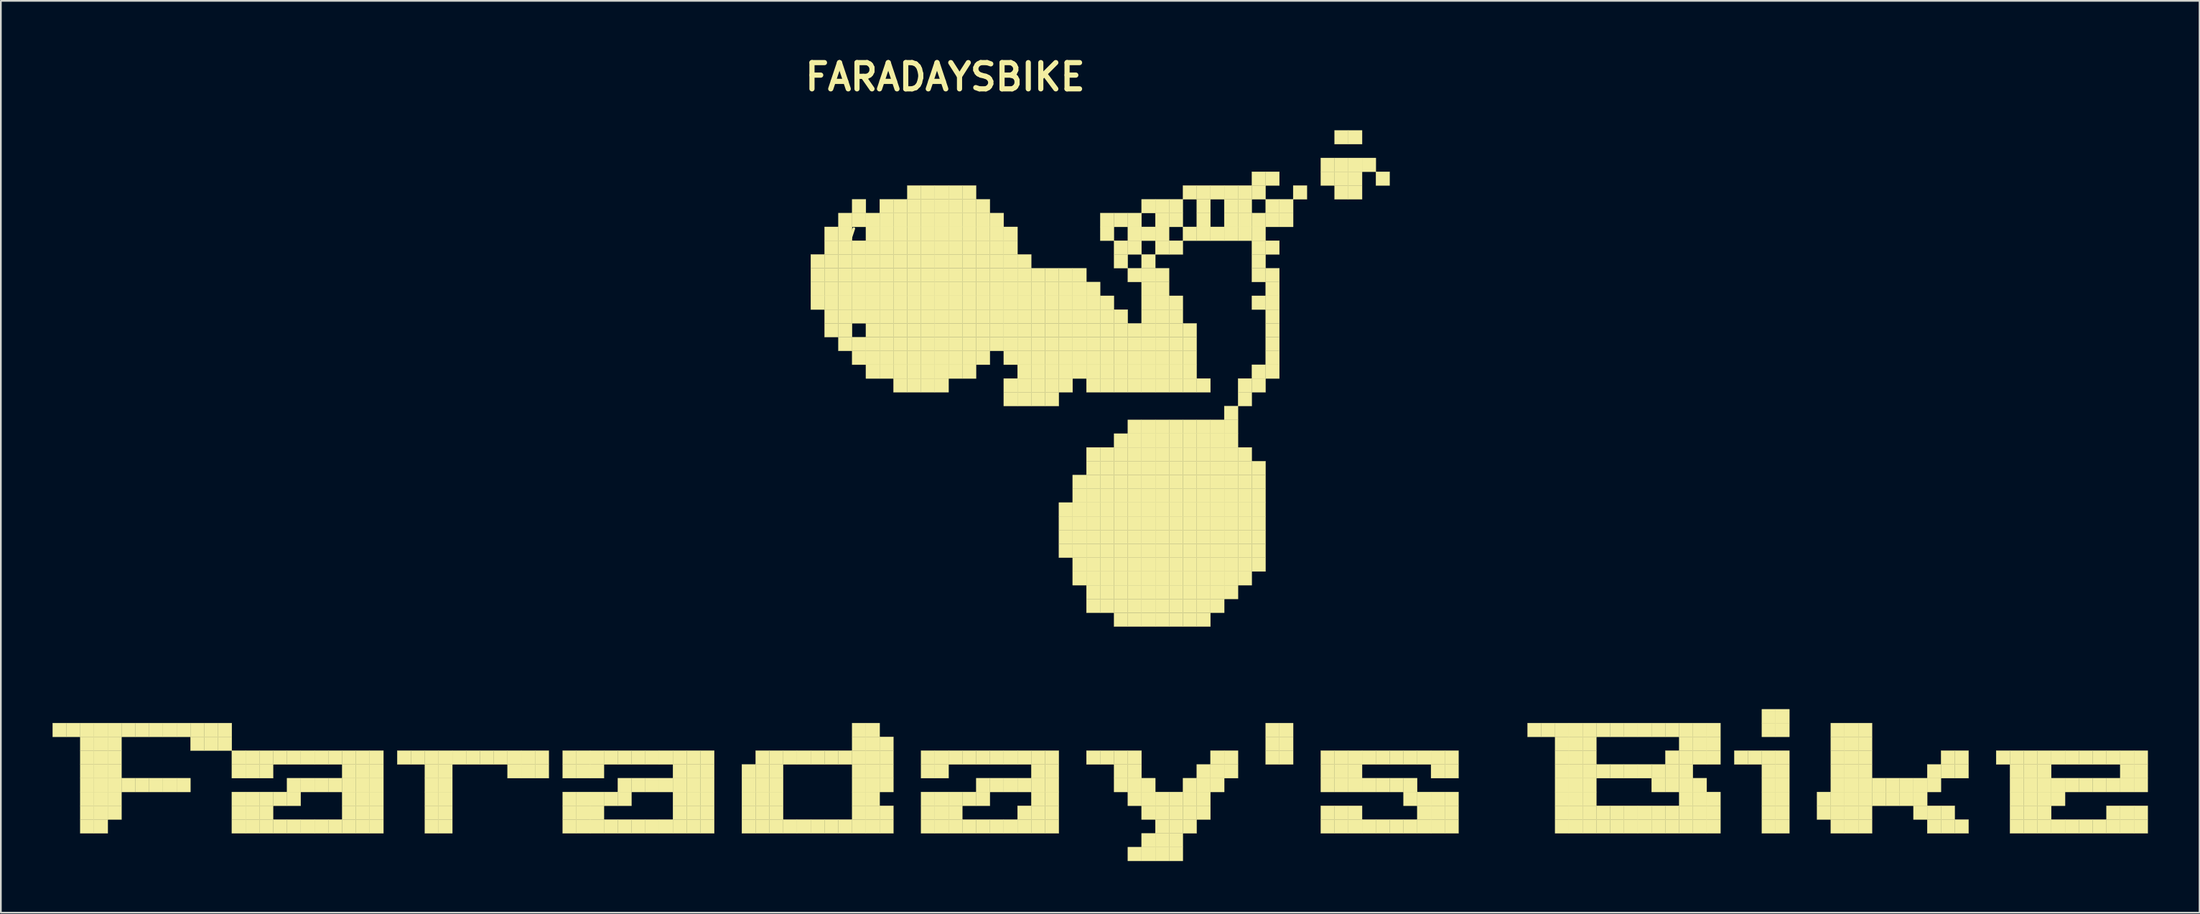
<source format=kicad_pcb>
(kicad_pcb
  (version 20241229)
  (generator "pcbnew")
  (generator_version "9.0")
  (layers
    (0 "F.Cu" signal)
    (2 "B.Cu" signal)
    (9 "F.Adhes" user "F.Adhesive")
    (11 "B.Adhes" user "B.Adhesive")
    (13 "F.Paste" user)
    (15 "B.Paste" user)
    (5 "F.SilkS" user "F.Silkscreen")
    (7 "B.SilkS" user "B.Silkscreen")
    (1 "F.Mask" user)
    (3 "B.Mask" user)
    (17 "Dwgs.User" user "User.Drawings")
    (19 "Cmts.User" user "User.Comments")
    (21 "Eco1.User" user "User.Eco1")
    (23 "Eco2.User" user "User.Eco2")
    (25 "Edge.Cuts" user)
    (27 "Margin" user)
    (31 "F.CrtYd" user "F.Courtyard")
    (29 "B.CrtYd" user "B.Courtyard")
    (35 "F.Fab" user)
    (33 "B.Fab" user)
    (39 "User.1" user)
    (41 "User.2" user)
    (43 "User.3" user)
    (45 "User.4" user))
  (footprint "FARADAYSBIKE"
    (layer "F.Cu")
    (at 46.005 25.718)
    (property "Reference" "FARADAYSBIKE" (at 5.8 -24.3 0) (layer "F.SilkS") (effects (font (size 1.524 1.524) (thickness 0.3))))
    (attr through_hole)
    (fp_line (start 0.3 -14.9) (end 0.5 -15.5) (stroke (width 0.15) (type solid)) (layer "F.SilkS"))
    (fp_poly (pts (xy -46 13.2) (xy -45.2 13.2) (xy -45.2 14) (xy -46 14) (xy -46 13.2)) (stroke (width 0.01) (type solid)) (fill yes) (layer "F.SilkS"))
    (fp_poly (pts (xy -45.2 13.2) (xy -44.4 13.2) (xy -44.4 14) (xy -45.2 14) (xy -45.2 13.2)) (stroke (width 0.01) (type solid)) (fill yes) (layer "F.SilkS"))
    (fp_poly (pts (xy -44.4 13.2) (xy -43.6 13.2) (xy -43.6 14) (xy -44.4 14) (xy -44.4 13.2)) (stroke (width 0.01) (type solid)) (fill yes) (layer "F.SilkS"))
    (fp_poly (pts (xy -44.4 14) (xy -43.6 14) (xy -43.6 14.8) (xy -44.4 14.8) (xy -44.4 14)) (stroke (width 0.01) (type solid)) (fill yes) (layer "F.SilkS"))
    (fp_poly (pts (xy -44.4 14.8) (xy -43.6 14.8) (xy -43.6 15.6) (xy -44.4 15.6) (xy -44.4 14.8)) (stroke (width 0.01) (type solid)) (fill yes) (layer "F.SilkS"))
    (fp_poly (pts (xy -44.4 15.6) (xy -43.6 15.6) (xy -43.6 16.4) (xy -44.4 16.4) (xy -44.4 15.6)) (stroke (width 0.01) (type solid)) (fill yes) (layer "F.SilkS"))
    (fp_poly (pts (xy -44.4 16.4) (xy -43.6 16.4) (xy -43.6 17.2) (xy -44.4 17.2) (xy -44.4 16.4)) (stroke (width 0.01) (type solid)) (fill yes) (layer "F.SilkS"))
    (fp_poly (pts (xy -44.4 17.2) (xy -43.6 17.2) (xy -43.6 18) (xy -44.4 18) (xy -44.4 17.2)) (stroke (width 0.01) (type solid)) (fill yes) (layer "F.SilkS"))
    (fp_poly (pts (xy -44.4 18) (xy -43.6 18) (xy -43.6 18.8) (xy -44.4 18.8) (xy -44.4 18)) (stroke (width 0.01) (type solid)) (fill yes) (layer "F.SilkS"))
    (fp_poly (pts (xy -44.4 18.8) (xy -43.6 18.8) (xy -43.6 19.6) (xy -44.4 19.6) (xy -44.4 18.8)) (stroke (width 0.01) (type solid)) (fill yes) (layer "F.SilkS"))
    (fp_poly (pts (xy -43.6 13.2) (xy -42.8 13.2) (xy -42.8 14) (xy -43.6 14) (xy -43.6 13.2)) (stroke (width 0.01) (type solid)) (fill yes) (layer "F.SilkS"))
    (fp_poly (pts (xy -43.6 14) (xy -42.8 14) (xy -42.8 14.8) (xy -43.6 14.8) (xy -43.6 14)) (stroke (width 0.01) (type solid)) (fill yes) (layer "F.SilkS"))
    (fp_poly (pts (xy -43.6 14.8) (xy -42.8 14.8) (xy -42.8 15.6) (xy -43.6 15.6) (xy -43.6 14.8)) (stroke (width 0.01) (type solid)) (fill yes) (layer "F.SilkS"))
    (fp_poly (pts (xy -43.6 15.6) (xy -42.8 15.6) (xy -42.8 16.4) (xy -43.6 16.4) (xy -43.6 15.6)) (stroke (width 0.01) (type solid)) (fill yes) (layer "F.SilkS"))
    (fp_poly (pts (xy -43.6 16.4) (xy -42.8 16.4) (xy -42.8 17.2) (xy -43.6 17.2) (xy -43.6 16.4)) (stroke (width 0.01) (type solid)) (fill yes) (layer "F.SilkS"))
    (fp_poly (pts (xy -43.6 17.2) (xy -42.8 17.2) (xy -42.8 18) (xy -43.6 18) (xy -43.6 17.2)) (stroke (width 0.01) (type solid)) (fill yes) (layer "F.SilkS"))
    (fp_poly (pts (xy -43.6 18) (xy -42.8 18) (xy -42.8 18.8) (xy -43.6 18.8) (xy -43.6 18)) (stroke (width 0.01) (type solid)) (fill yes) (layer "F.SilkS"))
    (fp_poly (pts (xy -43.6 18.8) (xy -42.8 18.8) (xy -42.8 19.6) (xy -43.6 19.6) (xy -43.6 18.8)) (stroke (width 0.01) (type solid)) (fill yes) (layer "F.SilkS"))
    (fp_poly (pts (xy -42.8 13.2) (xy -42 13.2) (xy -42 14) (xy -42.8 14) (xy -42.8 13.2)) (stroke (width 0.01) (type solid)) (fill yes) (layer "F.SilkS"))
    (fp_poly (pts (xy -42.8 14) (xy -42 14) (xy -42 14.8) (xy -42.8 14.8) (xy -42.8 14)) (stroke (width 0.01) (type solid)) (fill yes) (layer "F.SilkS"))
    (fp_poly (pts (xy -42.8 14.8) (xy -42 14.8) (xy -42 15.6) (xy -42.8 15.6) (xy -42.8 14.8)) (stroke (width 0.01) (type solid)) (fill yes) (layer "F.SilkS"))
    (fp_poly (pts (xy -42.8 15.6) (xy -42 15.6) (xy -42 16.4) (xy -42.8 16.4) (xy -42.8 15.6)) (stroke (width 0.01) (type solid)) (fill yes) (layer "F.SilkS"))
    (fp_poly (pts (xy -42.8 16.4) (xy -42 16.4) (xy -42 17.2) (xy -42.8 17.2) (xy -42.8 16.4)) (stroke (width 0.01) (type solid)) (fill yes) (layer "F.SilkS"))
    (fp_poly (pts (xy -42.8 17.2) (xy -42 17.2) (xy -42 18) (xy -42.8 18) (xy -42.8 17.2)) (stroke (width 0.01) (type solid)) (fill yes) (layer "F.SilkS"))
    (fp_poly (pts (xy -42.8 18) (xy -42 18) (xy -42 18.8) (xy -42.8 18.8) (xy -42.8 18)) (stroke (width 0.01) (type solid)) (fill yes) (layer "F.SilkS"))
    (fp_poly (pts (xy -42 13.2) (xy -41.2 13.2) (xy -41.2 14) (xy -42 14) (xy -42 13.2)) (stroke (width 0.01) (type solid)) (fill yes) (layer "F.SilkS"))
    (fp_poly (pts (xy -42 16.4) (xy -41.2 16.4) (xy -41.2 17.2) (xy -42 17.2) (xy -42 16.4)) (stroke (width 0.01) (type solid)) (fill yes) (layer "F.SilkS"))
    (fp_poly (pts (xy -41.2 13.2) (xy -40.4 13.2) (xy -40.4 14) (xy -41.2 14) (xy -41.2 13.2)) (stroke (width 0.01) (type solid)) (fill yes) (layer "F.SilkS"))
    (fp_poly (pts (xy -41.2 16.4) (xy -40.4 16.4) (xy -40.4 17.2) (xy -41.2 17.2) (xy -41.2 16.4)) (stroke (width 0.01) (type solid)) (fill yes) (layer "F.SilkS"))
    (fp_poly (pts (xy -40.4 13.2) (xy -39.6 13.2) (xy -39.6 14) (xy -40.4 14) (xy -40.4 13.2)) (stroke (width 0.01) (type solid)) (fill yes) (layer "F.SilkS"))
    (fp_poly (pts (xy -40.4 16.4) (xy -39.6 16.4) (xy -39.6 17.2) (xy -40.4 17.2) (xy -40.4 16.4)) (stroke (width 0.01) (type solid)) (fill yes) (layer "F.SilkS"))
    (fp_poly (pts (xy -39.6 13.2) (xy -38.8 13.2) (xy -38.8 14) (xy -39.6 14) (xy -39.6 13.2)) (stroke (width 0.01) (type solid)) (fill yes) (layer "F.SilkS"))
    (fp_poly (pts (xy -39.6 16.4) (xy -38.8 16.4) (xy -38.8 17.2) (xy -39.6 17.2) (xy -39.6 16.4)) (stroke (width 0.01) (type solid)) (fill yes) (layer "F.SilkS"))
    (fp_poly (pts (xy -38.8 13.2) (xy -38 13.2) (xy -38 14) (xy -38.8 14) (xy -38.8 13.2)) (stroke (width 0.01) (type solid)) (fill yes) (layer "F.SilkS"))
    (fp_poly (pts (xy -38.8 16.4) (xy -38 16.4) (xy -38 17.2) (xy -38.8 17.2) (xy -38.8 16.4)) (stroke (width 0.01) (type solid)) (fill yes) (layer "F.SilkS"))
    (fp_poly (pts (xy -38 13.2) (xy -37.2 13.2) (xy -37.2 14) (xy -38 14) (xy -38 13.2)) (stroke (width 0.01) (type solid)) (fill yes) (layer "F.SilkS"))
    (fp_poly (pts (xy -38 14) (xy -37.2 14) (xy -37.2 14.8) (xy -38 14.8) (xy -38 14)) (stroke (width 0.01) (type solid)) (fill yes) (layer "F.SilkS"))
    (fp_poly (pts (xy -37.2 13.2) (xy -36.4 13.2) (xy -36.4 14) (xy -37.2 14) (xy -37.2 13.2)) (stroke (width 0.01) (type solid)) (fill yes) (layer "F.SilkS"))
    (fp_poly (pts (xy -37.2 14) (xy -36.4 14) (xy -36.4 14.8) (xy -37.2 14.8) (xy -37.2 14)) (stroke (width 0.01) (type solid)) (fill yes) (layer "F.SilkS"))
    (fp_poly (pts (xy -36.4 13.2) (xy -35.6 13.2) (xy -35.6 14) (xy -36.4 14) (xy -36.4 13.2)) (stroke (width 0.01) (type solid)) (fill yes) (layer "F.SilkS"))
    (fp_poly (pts (xy -36.4 14) (xy -35.6 14) (xy -35.6 14.8) (xy -36.4 14.8) (xy -36.4 14)) (stroke (width 0.01) (type solid)) (fill yes) (layer "F.SilkS"))
    (fp_poly (pts (xy -35.6 14.8) (xy -34.8 14.8) (xy -34.8 15.6) (xy -35.6 15.6) (xy -35.6 14.8)) (stroke (width 0.01) (type solid)) (fill yes) (layer "F.SilkS"))
    (fp_poly (pts (xy -35.6 15.6) (xy -34.8 15.6) (xy -34.8 16.4) (xy -35.6 16.4) (xy -35.6 15.6)) (stroke (width 0.01) (type solid)) (fill yes) (layer "F.SilkS"))
    (fp_poly (pts (xy -35.6 17.2) (xy -34.8 17.2) (xy -34.8 18) (xy -35.6 18) (xy -35.6 17.2)) (stroke (width 0.01) (type solid)) (fill yes) (layer "F.SilkS"))
    (fp_poly (pts (xy -35.6 18) (xy -34.8 18) (xy -34.8 18.8) (xy -35.6 18.8) (xy -35.6 18)) (stroke (width 0.01) (type solid)) (fill yes) (layer "F.SilkS"))
    (fp_poly (pts (xy -35.6 18.8) (xy -34.8 18.8) (xy -34.8 19.6) (xy -35.6 19.6) (xy -35.6 18.8)) (stroke (width 0.01) (type solid)) (fill yes) (layer "F.SilkS"))
    (fp_poly (pts (xy -34.8 14.8) (xy -34 14.8) (xy -34 15.6) (xy -34.8 15.6) (xy -34.8 14.8)) (stroke (width 0.01) (type solid)) (fill yes) (layer "F.SilkS"))
    (fp_poly (pts (xy -34.8 15.6) (xy -34 15.6) (xy -34 16.4) (xy -34.8 16.4) (xy -34.8 15.6)) (stroke (width 0.01) (type solid)) (fill yes) (layer "F.SilkS"))
    (fp_poly (pts (xy -34.8 17.2) (xy -34 17.2) (xy -34 18) (xy -34.8 18) (xy -34.8 17.2)) (stroke (width 0.01) (type solid)) (fill yes) (layer "F.SilkS"))
    (fp_poly (pts (xy -34.8 18) (xy -34 18) (xy -34 18.8) (xy -34.8 18.8) (xy -34.8 18)) (stroke (width 0.01) (type solid)) (fill yes) (layer "F.SilkS"))
    (fp_poly (pts (xy -34.8 18.8) (xy -34 18.8) (xy -34 19.6) (xy -34.8 19.6) (xy -34.8 18.8)) (stroke (width 0.01) (type solid)) (fill yes) (layer "F.SilkS"))
    (fp_poly (pts (xy -34 14.8) (xy -33.2 14.8) (xy -33.2 15.6) (xy -34 15.6) (xy -34 14.8)) (stroke (width 0.01) (type solid)) (fill yes) (layer "F.SilkS"))
    (fp_poly (pts (xy -34 15.6) (xy -33.2 15.6) (xy -33.2 16.4) (xy -34 16.4) (xy -34 15.6)) (stroke (width 0.01) (type solid)) (fill yes) (layer "F.SilkS"))
    (fp_poly (pts (xy -34 17.2) (xy -33.2 17.2) (xy -33.2 18) (xy -34 18) (xy -34 17.2)) (stroke (width 0.01) (type solid)) (fill yes) (layer "F.SilkS"))
    (fp_poly (pts (xy -34 18) (xy -33.2 18) (xy -33.2 18.8) (xy -34 18.8) (xy -34 18)) (stroke (width 0.01) (type solid)) (fill yes) (layer "F.SilkS"))
    (fp_poly (pts (xy -34 18.8) (xy -33.2 18.8) (xy -33.2 19.6) (xy -34 19.6) (xy -34 18.8)) (stroke (width 0.01) (type solid)) (fill yes) (layer "F.SilkS"))
    (fp_poly (pts (xy -33.2 14.8) (xy -32.4 14.8) (xy -32.4 15.6) (xy -33.2 15.6) (xy -33.2 14.8)) (stroke (width 0.01) (type solid)) (fill yes) (layer "F.SilkS"))
    (fp_poly (pts (xy -33.2 17.2) (xy -32.4 17.2) (xy -32.4 18) (xy -33.2 18) (xy -33.2 17.2)) (stroke (width 0.01) (type solid)) (fill yes) (layer "F.SilkS"))
    (fp_poly (pts (xy -33.2 18.8) (xy -32.4 18.8) (xy -32.4 19.6) (xy -33.2 19.6) (xy -33.2 18.8)) (stroke (width 0.01) (type solid)) (fill yes) (layer "F.SilkS"))
    (fp_poly (pts (xy -32.4 14.8) (xy -31.6 14.8) (xy -31.6 15.6) (xy -32.4 15.6) (xy -32.4 14.8)) (stroke (width 0.01) (type solid)) (fill yes) (layer "F.SilkS"))
    (fp_poly (pts (xy -32.4 16.4) (xy -31.6 16.4) (xy -31.6 17.2) (xy -32.4 17.2) (xy -32.4 16.4)) (stroke (width 0.01) (type solid)) (fill yes) (layer "F.SilkS"))
    (fp_poly (pts (xy -32.4 17.2) (xy -31.6 17.2) (xy -31.6 18) (xy -32.4 18) (xy -32.4 17.2)) (stroke (width 0.01) (type solid)) (fill yes) (layer "F.SilkS"))
    (fp_poly (pts (xy -32.4 18.8) (xy -31.6 18.8) (xy -31.6 19.6) (xy -32.4 19.6) (xy -32.4 18.8)) (stroke (width 0.01) (type solid)) (fill yes) (layer "F.SilkS"))
    (fp_poly (pts (xy -31.6 14.8) (xy -30.8 14.8) (xy -30.8 15.6) (xy -31.6 15.6) (xy -31.6 14.8)) (stroke (width 0.01) (type solid)) (fill yes) (layer "F.SilkS"))
    (fp_poly (pts (xy -31.6 16.4) (xy -30.8 16.4) (xy -30.8 17.2) (xy -31.6 17.2) (xy -31.6 16.4)) (stroke (width 0.01) (type solid)) (fill yes) (layer "F.SilkS"))
    (fp_poly (pts (xy -31.6 18.8) (xy -30.8 18.8) (xy -30.8 19.6) (xy -31.6 19.6) (xy -31.6 18.8)) (stroke (width 0.01) (type solid)) (fill yes) (layer "F.SilkS"))
    (fp_poly (pts (xy -30.8 14.8) (xy -30 14.8) (xy -30 15.6) (xy -30.8 15.6) (xy -30.8 14.8)) (stroke (width 0.01) (type solid)) (fill yes) (layer "F.SilkS"))
    (fp_poly (pts (xy -30.8 16.4) (xy -30 16.4) (xy -30 17.2) (xy -30.8 17.2) (xy -30.8 16.4)) (stroke (width 0.01) (type solid)) (fill yes) (layer "F.SilkS"))
    (fp_poly (pts (xy -30.8 18.8) (xy -30 18.8) (xy -30 19.6) (xy -30.8 19.6) (xy -30.8 18.8)) (stroke (width 0.01) (type solid)) (fill yes) (layer "F.SilkS"))
    (fp_poly (pts (xy -30 14.8) (xy -29.2 14.8) (xy -29.2 15.6) (xy -30 15.6) (xy -30 14.8)) (stroke (width 0.01) (type solid)) (fill yes) (layer "F.SilkS"))
    (fp_poly (pts (xy -30 16.4) (xy -29.2 16.4) (xy -29.2 17.2) (xy -30 17.2) (xy -30 16.4)) (stroke (width 0.01) (type solid)) (fill yes) (layer "F.SilkS"))
    (fp_poly (pts (xy -30 18.8) (xy -29.2 18.8) (xy -29.2 19.6) (xy -30 19.6) (xy -30 18.8)) (stroke (width 0.01) (type solid)) (fill yes) (layer "F.SilkS"))
    (fp_poly (pts (xy -29.2 14.8) (xy -28.4 14.8) (xy -28.4 15.6) (xy -29.2 15.6) (xy -29.2 14.8)) (stroke (width 0.01) (type solid)) (fill yes) (layer "F.SilkS"))
    (fp_poly (pts (xy -29.2 15.6) (xy -28.4 15.6) (xy -28.4 16.4) (xy -29.2 16.4) (xy -29.2 15.6)) (stroke (width 0.01) (type solid)) (fill yes) (layer "F.SilkS"))
    (fp_poly (pts (xy -29.2 16.4) (xy -28.4 16.4) (xy -28.4 17.2) (xy -29.2 17.2) (xy -29.2 16.4)) (stroke (width 0.01) (type solid)) (fill yes) (layer "F.SilkS"))
    (fp_poly (pts (xy -29.2 17.2) (xy -28.4 17.2) (xy -28.4 18) (xy -29.2 18) (xy -29.2 17.2)) (stroke (width 0.01) (type solid)) (fill yes) (layer "F.SilkS"))
    (fp_poly (pts (xy -29.2 18) (xy -28.4 18) (xy -28.4 18.8) (xy -29.2 18.8) (xy -29.2 18)) (stroke (width 0.01) (type solid)) (fill yes) (layer "F.SilkS"))
    (fp_poly (pts (xy -29.2 18.8) (xy -28.4 18.8) (xy -28.4 19.6) (xy -29.2 19.6) (xy -29.2 18.8)) (stroke (width 0.01) (type solid)) (fill yes) (layer "F.SilkS"))
    (fp_poly (pts (xy -28.4 14.8) (xy -27.6 14.8) (xy -27.6 15.6) (xy -28.4 15.6) (xy -28.4 14.8)) (stroke (width 0.01) (type solid)) (fill yes) (layer "F.SilkS"))
    (fp_poly (pts (xy -28.4 15.6) (xy -27.6 15.6) (xy -27.6 16.4) (xy -28.4 16.4) (xy -28.4 15.6)) (stroke (width 0.01) (type solid)) (fill yes) (layer "F.SilkS"))
    (fp_poly (pts (xy -28.4 16.4) (xy -27.6 16.4) (xy -27.6 17.2) (xy -28.4 17.2) (xy -28.4 16.4)) (stroke (width 0.01) (type solid)) (fill yes) (layer "F.SilkS"))
    (fp_poly (pts (xy -28.4 17.2) (xy -27.6 17.2) (xy -27.6 18) (xy -28.4 18) (xy -28.4 17.2)) (stroke (width 0.01) (type solid)) (fill yes) (layer "F.SilkS"))
    (fp_poly (pts (xy -28.4 18) (xy -27.6 18) (xy -27.6 18.8) (xy -28.4 18.8) (xy -28.4 18)) (stroke (width 0.01) (type solid)) (fill yes) (layer "F.SilkS"))
    (fp_poly (pts (xy -28.4 18.8) (xy -27.6 18.8) (xy -27.6 19.6) (xy -28.4 19.6) (xy -28.4 18.8)) (stroke (width 0.01) (type solid)) (fill yes) (layer "F.SilkS"))
    (fp_poly (pts (xy -27.6 14.8) (xy -26.8 14.8) (xy -26.8 15.6) (xy -27.6 15.6) (xy -27.6 14.8)) (stroke (width 0.01) (type solid)) (fill yes) (layer "F.SilkS"))
    (fp_poly (pts (xy -27.6 15.6) (xy -26.8 15.6) (xy -26.8 16.4) (xy -27.6 16.4) (xy -27.6 15.6)) (stroke (width 0.01) (type solid)) (fill yes) (layer "F.SilkS"))
    (fp_poly (pts (xy -27.6 16.4) (xy -26.8 16.4) (xy -26.8 17.2) (xy -27.6 17.2) (xy -27.6 16.4)) (stroke (width 0.01) (type solid)) (fill yes) (layer "F.SilkS"))
    (fp_poly (pts (xy -27.6 17.2) (xy -26.8 17.2) (xy -26.8 18) (xy -27.6 18) (xy -27.6 17.2)) (stroke (width 0.01) (type solid)) (fill yes) (layer "F.SilkS"))
    (fp_poly (pts (xy -27.6 18) (xy -26.8 18) (xy -26.8 18.8) (xy -27.6 18.8) (xy -27.6 18)) (stroke (width 0.01) (type solid)) (fill yes) (layer "F.SilkS"))
    (fp_poly (pts (xy -27.6 18.8) (xy -26.8 18.8) (xy -26.8 19.6) (xy -27.6 19.6) (xy -27.6 18.8)) (stroke (width 0.01) (type solid)) (fill yes) (layer "F.SilkS"))
    (fp_poly (pts (xy -26 14.8) (xy -25.2 14.8) (xy -25.2 15.6) (xy -26 15.6) (xy -26 14.8)) (stroke (width 0.01) (type solid)) (fill yes) (layer "F.SilkS"))
    (fp_poly (pts (xy -25.2 14.8) (xy -24.4 14.8) (xy -24.4 15.6) (xy -25.2 15.6) (xy -25.2 14.8)) (stroke (width 0.01) (type solid)) (fill yes) (layer "F.SilkS"))
    (fp_poly (pts (xy -24.4 14.8) (xy -23.6 14.8) (xy -23.6 15.6) (xy -24.4 15.6) (xy -24.4 14.8)) (stroke (width 0.01) (type solid)) (fill yes) (layer "F.SilkS"))
    (fp_poly (pts (xy -24.4 15.6) (xy -23.6 15.6) (xy -23.6 16.4) (xy -24.4 16.4) (xy -24.4 15.6)) (stroke (width 0.01) (type solid)) (fill yes) (layer "F.SilkS"))
    (fp_poly (pts (xy -24.4 16.4) (xy -23.6 16.4) (xy -23.6 17.2) (xy -24.4 17.2) (xy -24.4 16.4)) (stroke (width 0.01) (type solid)) (fill yes) (layer "F.SilkS"))
    (fp_poly (pts (xy -24.4 17.2) (xy -23.6 17.2) (xy -23.6 18) (xy -24.4 18) (xy -24.4 17.2)) (stroke (width 0.01) (type solid)) (fill yes) (layer "F.SilkS"))
    (fp_poly (pts (xy -24.4 18) (xy -23.6 18) (xy -23.6 18.8) (xy -24.4 18.8) (xy -24.4 18)) (stroke (width 0.01) (type solid)) (fill yes) (layer "F.SilkS"))
    (fp_poly (pts (xy -24.4 18.8) (xy -23.6 18.8) (xy -23.6 19.6) (xy -24.4 19.6) (xy -24.4 18.8)) (stroke (width 0.01) (type solid)) (fill yes) (layer "F.SilkS"))
    (fp_poly (pts (xy -23.6 14.8) (xy -22.8 14.8) (xy -22.8 15.6) (xy -23.6 15.6) (xy -23.6 14.8)) (stroke (width 0.01) (type solid)) (fill yes) (layer "F.SilkS"))
    (fp_poly (pts (xy -23.6 15.6) (xy -22.8 15.6) (xy -22.8 16.4) (xy -23.6 16.4) (xy -23.6 15.6)) (stroke (width 0.01) (type solid)) (fill yes) (layer "F.SilkS"))
    (fp_poly (pts (xy -23.6 16.4) (xy -22.8 16.4) (xy -22.8 17.2) (xy -23.6 17.2) (xy -23.6 16.4)) (stroke (width 0.01) (type solid)) (fill yes) (layer "F.SilkS"))
    (fp_poly (pts (xy -23.6 17.2) (xy -22.8 17.2) (xy -22.8 18) (xy -23.6 18) (xy -23.6 17.2)) (stroke (width 0.01) (type solid)) (fill yes) (layer "F.SilkS"))
    (fp_poly (pts (xy -23.6 18) (xy -22.8 18) (xy -22.8 18.8) (xy -23.6 18.8) (xy -23.6 18)) (stroke (width 0.01) (type solid)) (fill yes) (layer "F.SilkS"))
    (fp_poly (pts (xy -23.6 18.8) (xy -22.8 18.8) (xy -22.8 19.6) (xy -23.6 19.6) (xy -23.6 18.8)) (stroke (width 0.01) (type solid)) (fill yes) (layer "F.SilkS"))
    (fp_poly (pts (xy -22.8 14.8) (xy -22 14.8) (xy -22 15.6) (xy -22.8 15.6) (xy -22.8 14.8)) (stroke (width 0.01) (type solid)) (fill yes) (layer "F.SilkS"))
    (fp_poly (pts (xy -22 14.8) (xy -21.2 14.8) (xy -21.2 15.6) (xy -22 15.6) (xy -22 14.8)) (stroke (width 0.01) (type solid)) (fill yes) (layer "F.SilkS"))
    (fp_poly (pts (xy -21.2 14.8) (xy -20.4 14.8) (xy -20.4 15.6) (xy -21.2 15.6) (xy -21.2 14.8)) (stroke (width 0.01) (type solid)) (fill yes) (layer "F.SilkS"))
    (fp_poly (pts (xy -20.4 14.8) (xy -19.6 14.8) (xy -19.6 15.6) (xy -20.4 15.6) (xy -20.4 14.8)) (stroke (width 0.01) (type solid)) (fill yes) (layer "F.SilkS"))
    (fp_poly (pts (xy -19.6 14.8) (xy -18.8 14.8) (xy -18.8 15.6) (xy -19.6 15.6) (xy -19.6 14.8)) (stroke (width 0.01) (type solid)) (fill yes) (layer "F.SilkS"))
    (fp_poly (pts (xy -19.6 15.6) (xy -18.8 15.6) (xy -18.8 16.4) (xy -19.6 16.4) (xy -19.6 15.6)) (stroke (width 0.01) (type solid)) (fill yes) (layer "F.SilkS"))
    (fp_poly (pts (xy -18.8 14.8) (xy -18 14.8) (xy -18 15.6) (xy -18.8 15.6) (xy -18.8 14.8)) (stroke (width 0.01) (type solid)) (fill yes) (layer "F.SilkS"))
    (fp_poly (pts (xy -18.8 15.6) (xy -18 15.6) (xy -18 16.4) (xy -18.8 16.4) (xy -18.8 15.6)) (stroke (width 0.01) (type solid)) (fill yes) (layer "F.SilkS"))
    (fp_poly (pts (xy -18 14.8) (xy -17.2 14.8) (xy -17.2 15.6) (xy -18 15.6) (xy -18 14.8)) (stroke (width 0.01) (type solid)) (fill yes) (layer "F.SilkS"))
    (fp_poly (pts (xy -18 15.6) (xy -17.2 15.6) (xy -17.2 16.4) (xy -18 16.4) (xy -18 15.6)) (stroke (width 0.01) (type solid)) (fill yes) (layer "F.SilkS"))
    (fp_poly (pts (xy -16.4 14.8) (xy -15.6 14.8) (xy -15.6 15.6) (xy -16.4 15.6) (xy -16.4 14.8)) (stroke (width 0.01) (type solid)) (fill yes) (layer "F.SilkS"))
    (fp_poly (pts (xy -16.4 15.6) (xy -15.6 15.6) (xy -15.6 16.4) (xy -16.4 16.4) (xy -16.4 15.6)) (stroke (width 0.01) (type solid)) (fill yes) (layer "F.SilkS"))
    (fp_poly (pts (xy -16.4 17.2) (xy -15.6 17.2) (xy -15.6 18) (xy -16.4 18) (xy -16.4 17.2)) (stroke (width 0.01) (type solid)) (fill yes) (layer "F.SilkS"))
    (fp_poly (pts (xy -16.4 18) (xy -15.6 18) (xy -15.6 18.8) (xy -16.4 18.8) (xy -16.4 18)) (stroke (width 0.01) (type solid)) (fill yes) (layer "F.SilkS"))
    (fp_poly (pts (xy -16.4 18.8) (xy -15.6 18.8) (xy -15.6 19.6) (xy -16.4 19.6) (xy -16.4 18.8)) (stroke (width 0.01) (type solid)) (fill yes) (layer "F.SilkS"))
    (fp_poly (pts (xy -15.6 14.8) (xy -14.8 14.8) (xy -14.8 15.6) (xy -15.6 15.6) (xy -15.6 14.8)) (stroke (width 0.01) (type solid)) (fill yes) (layer "F.SilkS"))
    (fp_poly (pts (xy -15.6 15.6) (xy -14.8 15.6) (xy -14.8 16.4) (xy -15.6 16.4) (xy -15.6 15.6)) (stroke (width 0.01) (type solid)) (fill yes) (layer "F.SilkS"))
    (fp_poly (pts (xy -15.6 17.2) (xy -14.8 17.2) (xy -14.8 18) (xy -15.6 18) (xy -15.6 17.2)) (stroke (width 0.01) (type solid)) (fill yes) (layer "F.SilkS"))
    (fp_poly (pts (xy -15.6 18) (xy -14.8 18) (xy -14.8 18.8) (xy -15.6 18.8) (xy -15.6 18)) (stroke (width 0.01) (type solid)) (fill yes) (layer "F.SilkS"))
    (fp_poly (pts (xy -15.6 18.8) (xy -14.8 18.8) (xy -14.8 19.6) (xy -15.6 19.6) (xy -15.6 18.8)) (stroke (width 0.01) (type solid)) (fill yes) (layer "F.SilkS"))
    (fp_poly (pts (xy -14.8 14.8) (xy -14 14.8) (xy -14 15.6) (xy -14.8 15.6) (xy -14.8 14.8)) (stroke (width 0.01) (type solid)) (fill yes) (layer "F.SilkS"))
    (fp_poly (pts (xy -14.8 15.6) (xy -14 15.6) (xy -14 16.4) (xy -14.8 16.4) (xy -14.8 15.6)) (stroke (width 0.01) (type solid)) (fill yes) (layer "F.SilkS"))
    (fp_poly (pts (xy -14.8 17.2) (xy -14 17.2) (xy -14 18) (xy -14.8 18) (xy -14.8 17.2)) (stroke (width 0.01) (type solid)) (fill yes) (layer "F.SilkS"))
    (fp_poly (pts (xy -14.8 18) (xy -14 18) (xy -14 18.8) (xy -14.8 18.8) (xy -14.8 18)) (stroke (width 0.01) (type solid)) (fill yes) (layer "F.SilkS"))
    (fp_poly (pts (xy -14.8 18.8) (xy -14 18.8) (xy -14 19.6) (xy -14.8 19.6) (xy -14.8 18.8)) (stroke (width 0.01) (type solid)) (fill yes) (layer "F.SilkS"))
    (fp_poly (pts (xy -14 14.8) (xy -13.2 14.8) (xy -13.2 15.6) (xy -14 15.6) (xy -14 14.8)) (stroke (width 0.01) (type solid)) (fill yes) (layer "F.SilkS"))
    (fp_poly (pts (xy -14 17.2) (xy -13.2 17.2) (xy -13.2 18) (xy -14 18) (xy -14 17.2)) (stroke (width 0.01) (type solid)) (fill yes) (layer "F.SilkS"))
    (fp_poly (pts (xy -14 18.8) (xy -13.2 18.8) (xy -13.2 19.6) (xy -14 19.6) (xy -14 18.8)) (stroke (width 0.01) (type solid)) (fill yes) (layer "F.SilkS"))
    (fp_poly (pts (xy -13.2 14.8) (xy -12.4 14.8) (xy -12.4 15.6) (xy -13.2 15.6) (xy -13.2 14.8)) (stroke (width 0.01) (type solid)) (fill yes) (layer "F.SilkS"))
    (fp_poly (pts (xy -13.2 16.4) (xy -12.4 16.4) (xy -12.4 17.2) (xy -13.2 17.2) (xy -13.2 16.4)) (stroke (width 0.01) (type solid)) (fill yes) (layer "F.SilkS"))
    (fp_poly (pts (xy -13.2 17.2) (xy -12.4 17.2) (xy -12.4 18) (xy -13.2 18) (xy -13.2 17.2)) (stroke (width 0.01) (type solid)) (fill yes) (layer "F.SilkS"))
    (fp_poly (pts (xy -13.2 18.8) (xy -12.4 18.8) (xy -12.4 19.6) (xy -13.2 19.6) (xy -13.2 18.8)) (stroke (width 0.01) (type solid)) (fill yes) (layer "F.SilkS"))
    (fp_poly (pts (xy -12.4 14.8) (xy -11.6 14.8) (xy -11.6 15.6) (xy -12.4 15.6) (xy -12.4 14.8)) (stroke (width 0.01) (type solid)) (fill yes) (layer "F.SilkS"))
    (fp_poly (pts (xy -12.4 16.4) (xy -11.6 16.4) (xy -11.6 17.2) (xy -12.4 17.2) (xy -12.4 16.4)) (stroke (width 0.01) (type solid)) (fill yes) (layer "F.SilkS"))
    (fp_poly (pts (xy -12.4 18.8) (xy -11.6 18.8) (xy -11.6 19.6) (xy -12.4 19.6) (xy -12.4 18.8)) (stroke (width 0.01) (type solid)) (fill yes) (layer "F.SilkS"))
    (fp_poly (pts (xy -11.6 14.8) (xy -10.8 14.8) (xy -10.8 15.6) (xy -11.6 15.6) (xy -11.6 14.8)) (stroke (width 0.01) (type solid)) (fill yes) (layer "F.SilkS"))
    (fp_poly (pts (xy -11.6 16.4) (xy -10.8 16.4) (xy -10.8 17.2) (xy -11.6 17.2) (xy -11.6 16.4)) (stroke (width 0.01) (type solid)) (fill yes) (layer "F.SilkS"))
    (fp_poly (pts (xy -11.6 18.8) (xy -10.8 18.8) (xy -10.8 19.6) (xy -11.6 19.6) (xy -11.6 18.8)) (stroke (width 0.01) (type solid)) (fill yes) (layer "F.SilkS"))
    (fp_poly (pts (xy -10.8 14.8) (xy -10 14.8) (xy -10 15.6) (xy -10.8 15.6) (xy -10.8 14.8)) (stroke (width 0.01) (type solid)) (fill yes) (layer "F.SilkS"))
    (fp_poly (pts (xy -10.8 16.4) (xy -10 16.4) (xy -10 17.2) (xy -10.8 17.2) (xy -10.8 16.4)) (stroke (width 0.01) (type solid)) (fill yes) (layer "F.SilkS"))
    (fp_poly (pts (xy -10.8 18.8) (xy -10 18.8) (xy -10 19.6) (xy -10.8 19.6) (xy -10.8 18.8)) (stroke (width 0.01) (type solid)) (fill yes) (layer "F.SilkS"))
    (fp_poly (pts (xy -10 14.8) (xy -9.2 14.8) (xy -9.2 15.6) (xy -10 15.6) (xy -10 14.8)) (stroke (width 0.01) (type solid)) (fill yes) (layer "F.SilkS"))
    (fp_poly (pts (xy -10 15.6) (xy -9.2 15.6) (xy -9.2 16.4) (xy -10 16.4) (xy -10 15.6)) (stroke (width 0.01) (type solid)) (fill yes) (layer "F.SilkS"))
    (fp_poly (pts (xy -10 16.4) (xy -9.2 16.4) (xy -9.2 17.2) (xy -10 17.2) (xy -10 16.4)) (stroke (width 0.01) (type solid)) (fill yes) (layer "F.SilkS"))
    (fp_poly (pts (xy -10 17.2) (xy -9.2 17.2) (xy -9.2 18) (xy -10 18) (xy -10 17.2)) (stroke (width 0.01) (type solid)) (fill yes) (layer "F.SilkS"))
    (fp_poly (pts (xy -10 18) (xy -9.2 18) (xy -9.2 18.8) (xy -10 18.8) (xy -10 18)) (stroke (width 0.01) (type solid)) (fill yes) (layer "F.SilkS"))
    (fp_poly (pts (xy -10 18.8) (xy -9.2 18.8) (xy -9.2 19.6) (xy -10 19.6) (xy -10 18.8)) (stroke (width 0.01) (type solid)) (fill yes) (layer "F.SilkS"))
    (fp_poly (pts (xy -9.2 14.8) (xy -8.4 14.8) (xy -8.4 15.6) (xy -9.2 15.6) (xy -9.2 14.8)) (stroke (width 0.01) (type solid)) (fill yes) (layer "F.SilkS"))
    (fp_poly (pts (xy -9.2 15.6) (xy -8.4 15.6) (xy -8.4 16.4) (xy -9.2 16.4) (xy -9.2 15.6)) (stroke (width 0.01) (type solid)) (fill yes) (layer "F.SilkS"))
    (fp_poly (pts (xy -9.2 16.4) (xy -8.4 16.4) (xy -8.4 17.2) (xy -9.2 17.2) (xy -9.2 16.4)) (stroke (width 0.01) (type solid)) (fill yes) (layer "F.SilkS"))
    (fp_poly (pts (xy -9.2 17.2) (xy -8.4 17.2) (xy -8.4 18) (xy -9.2 18) (xy -9.2 17.2)) (stroke (width 0.01) (type solid)) (fill yes) (layer "F.SilkS"))
    (fp_poly (pts (xy -9.2 18) (xy -8.4 18) (xy -8.4 18.8) (xy -9.2 18.8) (xy -9.2 18)) (stroke (width 0.01) (type solid)) (fill yes) (layer "F.SilkS"))
    (fp_poly (pts (xy -9.2 18.8) (xy -8.4 18.8) (xy -8.4 19.6) (xy -9.2 19.6) (xy -9.2 18.8)) (stroke (width 0.01) (type solid)) (fill yes) (layer "F.SilkS"))
    (fp_poly (pts (xy -8.4 14.8) (xy -7.6 14.8) (xy -7.6 15.6) (xy -8.4 15.6) (xy -8.4 14.8)) (stroke (width 0.01) (type solid)) (fill yes) (layer "F.SilkS"))
    (fp_poly (pts (xy -8.4 15.6) (xy -7.6 15.6) (xy -7.6 16.4) (xy -8.4 16.4) (xy -8.4 15.6)) (stroke (width 0.01) (type solid)) (fill yes) (layer "F.SilkS"))
    (fp_poly (pts (xy -8.4 16.4) (xy -7.6 16.4) (xy -7.6 17.2) (xy -8.4 17.2) (xy -8.4 16.4)) (stroke (width 0.01) (type solid)) (fill yes) (layer "F.SilkS"))
    (fp_poly (pts (xy -8.4 17.2) (xy -7.6 17.2) (xy -7.6 18) (xy -8.4 18) (xy -8.4 17.2)) (stroke (width 0.01) (type solid)) (fill yes) (layer "F.SilkS"))
    (fp_poly (pts (xy -8.4 18) (xy -7.6 18) (xy -7.6 18.8) (xy -8.4 18.8) (xy -8.4 18)) (stroke (width 0.01) (type solid)) (fill yes) (layer "F.SilkS"))
    (fp_poly (pts (xy -8.4 18.8) (xy -7.6 18.8) (xy -7.6 19.6) (xy -8.4 19.6) (xy -8.4 18.8)) (stroke (width 0.01) (type solid)) (fill yes) (layer "F.SilkS"))
    (fp_poly (pts (xy -6 15.6) (xy -5.2 15.6) (xy -5.2 16.4) (xy -6 16.4) (xy -6 15.6)) (stroke (width 0.01) (type solid)) (fill yes) (layer "F.SilkS"))
    (fp_poly (pts (xy -6 16.4) (xy -5.2 16.4) (xy -5.2 17.2) (xy -6 17.2) (xy -6 16.4)) (stroke (width 0.01) (type solid)) (fill yes) (layer "F.SilkS"))
    (fp_poly (pts (xy -6 17.2) (xy -5.2 17.2) (xy -5.2 18) (xy -6 18) (xy -6 17.2)) (stroke (width 0.01) (type solid)) (fill yes) (layer "F.SilkS"))
    (fp_poly (pts (xy -6 18) (xy -5.2 18) (xy -5.2 18.8) (xy -6 18.8) (xy -6 18)) (stroke (width 0.01) (type solid)) (fill yes) (layer "F.SilkS"))
    (fp_poly (pts (xy -6 18.8) (xy -5.2 18.8) (xy -5.2 19.6) (xy -6 19.6) (xy -6 18.8)) (stroke (width 0.01) (type solid)) (fill yes) (layer "F.SilkS"))
    (fp_poly (pts (xy -5.2 14.8) (xy -4.4 14.8) (xy -4.4 15.6) (xy -5.2 15.6) (xy -5.2 14.8)) (stroke (width 0.01) (type solid)) (fill yes) (layer "F.SilkS"))
    (fp_poly (pts (xy -5.2 15.6) (xy -4.4 15.6) (xy -4.4 16.4) (xy -5.2 16.4) (xy -5.2 15.6)) (stroke (width 0.01) (type solid)) (fill yes) (layer "F.SilkS"))
    (fp_poly (pts (xy -5.2 16.4) (xy -4.4 16.4) (xy -4.4 17.2) (xy -5.2 17.2) (xy -5.2 16.4)) (stroke (width 0.01) (type solid)) (fill yes) (layer "F.SilkS"))
    (fp_poly (pts (xy -5.2 17.2) (xy -4.4 17.2) (xy -4.4 18) (xy -5.2 18) (xy -5.2 17.2)) (stroke (width 0.01) (type solid)) (fill yes) (layer "F.SilkS"))
    (fp_poly (pts (xy -5.2 18) (xy -4.4 18) (xy -4.4 18.8) (xy -5.2 18.8) (xy -5.2 18)) (stroke (width 0.01) (type solid)) (fill yes) (layer "F.SilkS"))
    (fp_poly (pts (xy -5.2 18.8) (xy -4.4 18.8) (xy -4.4 19.6) (xy -5.2 19.6) (xy -5.2 18.8)) (stroke (width 0.01) (type solid)) (fill yes) (layer "F.SilkS"))
    (fp_poly (pts (xy -4.4 14.8) (xy -3.6 14.8) (xy -3.6 15.6) (xy -4.4 15.6) (xy -4.4 14.8)) (stroke (width 0.01) (type solid)) (fill yes) (layer "F.SilkS"))
    (fp_poly (pts (xy -4.4 15.6) (xy -3.6 15.6) (xy -3.6 16.4) (xy -4.4 16.4) (xy -4.4 15.6)) (stroke (width 0.01) (type solid)) (fill yes) (layer "F.SilkS"))
    (fp_poly (pts (xy -4.4 16.4) (xy -3.6 16.4) (xy -3.6 17.2) (xy -4.4 17.2) (xy -4.4 16.4)) (stroke (width 0.01) (type solid)) (fill yes) (layer "F.SilkS"))
    (fp_poly (pts (xy -4.4 17.2) (xy -3.6 17.2) (xy -3.6 18) (xy -4.4 18) (xy -4.4 17.2)) (stroke (width 0.01) (type solid)) (fill yes) (layer "F.SilkS"))
    (fp_poly (pts (xy -4.4 18) (xy -3.6 18) (xy -3.6 18.8) (xy -4.4 18.8) (xy -4.4 18)) (stroke (width 0.01) (type solid)) (fill yes) (layer "F.SilkS"))
    (fp_poly (pts (xy -4.4 18.8) (xy -3.6 18.8) (xy -3.6 19.6) (xy -4.4 19.6) (xy -4.4 18.8)) (stroke (width 0.01) (type solid)) (fill yes) (layer "F.SilkS"))
    (fp_poly (pts (xy -3.6 14.8) (xy -2.8 14.8) (xy -2.8 15.6) (xy -3.6 15.6) (xy -3.6 14.8)) (stroke (width 0.01) (type solid)) (fill yes) (layer "F.SilkS"))
    (fp_poly (pts (xy -3.6 18.8) (xy -2.8 18.8) (xy -2.8 19.6) (xy -3.6 19.6) (xy -3.6 18.8)) (stroke (width 0.01) (type solid)) (fill yes) (layer "F.SilkS"))
    (fp_poly (pts (xy -2.8 14.8) (xy -2 14.8) (xy -2 15.6) (xy -2.8 15.6) (xy -2.8 14.8)) (stroke (width 0.01) (type solid)) (fill yes) (layer "F.SilkS"))
    (fp_poly (pts (xy -2.8 18.8) (xy -2 18.8) (xy -2 19.6) (xy -2.8 19.6) (xy -2.8 18.8)) (stroke (width 0.01) (type solid)) (fill yes) (layer "F.SilkS"))
    (fp_poly (pts (xy -2 -14) (xy -1.2 -14) (xy -1.2 -13.2) (xy -2 -13.2) (xy -2 -14)) (stroke (width 0.01) (type solid)) (fill yes) (layer "F.SilkS"))
    (fp_poly (pts (xy -2 -13.2) (xy -1.2 -13.2) (xy -1.2 -12.4) (xy -2 -12.4) (xy -2 -13.2)) (stroke (width 0.01) (type solid)) (fill yes) (layer "F.SilkS"))
    (fp_poly (pts (xy -2 -12.4) (xy -1.2 -12.4) (xy -1.2 -11.6) (xy -2 -11.6) (xy -2 -12.4)) (stroke (width 0.01) (type solid)) (fill yes) (layer "F.SilkS"))
    (fp_poly (pts (xy -2 -11.6) (xy -1.2 -11.6) (xy -1.2 -10.8) (xy -2 -10.8) (xy -2 -11.6)) (stroke (width 0.01) (type solid)) (fill yes) (layer "F.SilkS"))
    (fp_poly (pts (xy -2 14.8) (xy -1.2 14.8) (xy -1.2 15.6) (xy -2 15.6) (xy -2 14.8)) (stroke (width 0.01) (type solid)) (fill yes) (layer "F.SilkS"))
    (fp_poly (pts (xy -2 18.8) (xy -1.2 18.8) (xy -1.2 19.6) (xy -2 19.6) (xy -2 18.8)) (stroke (width 0.01) (type solid)) (fill yes) (layer "F.SilkS"))
    (fp_poly (pts (xy -1.2 -15.6) (xy -0.4 -15.6) (xy -0.4 -14.8) (xy -1.2 -14.8) (xy -1.2 -15.6)) (stroke (width 0.01) (type solid)) (fill yes) (layer "F.SilkS"))
    (fp_poly (pts (xy -1.2 -14.8) (xy -0.4 -14.8) (xy -0.4 -14) (xy -1.2 -14) (xy -1.2 -14.8)) (stroke (width 0.01) (type solid)) (fill yes) (layer "F.SilkS"))
    (fp_poly (pts (xy -1.2 -14) (xy -0.4 -14) (xy -0.4 -13.2) (xy -1.2 -13.2) (xy -1.2 -14)) (stroke (width 0.01) (type solid)) (fill yes) (layer "F.SilkS"))
    (fp_poly (pts (xy -1.2 -13.2) (xy -0.4 -13.2) (xy -0.4 -12.4) (xy -1.2 -12.4) (xy -1.2 -13.2)) (stroke (width 0.01) (type solid)) (fill yes) (layer "F.SilkS"))
    (fp_poly (pts (xy -1.2 -12.4) (xy -0.4 -12.4) (xy -0.4 -11.6) (xy -1.2 -11.6) (xy -1.2 -12.4)) (stroke (width 0.01) (type solid)) (fill yes) (layer "F.SilkS"))
    (fp_poly (pts (xy -1.2 -11.6) (xy -0.4 -11.6) (xy -0.4 -10.8) (xy -1.2 -10.8) (xy -1.2 -11.6)) (stroke (width 0.01) (type solid)) (fill yes) (layer "F.SilkS"))
    (fp_poly (pts (xy -1.2 -10.8) (xy -0.4 -10.8) (xy -0.4 -10) (xy -1.2 -10) (xy -1.2 -10.8)) (stroke (width 0.01) (type solid)) (fill yes) (layer "F.SilkS"))
    (fp_poly (pts (xy -1.2 -10) (xy -0.4 -10) (xy -0.4 -9.2) (xy -1.2 -9.2) (xy -1.2 -10)) (stroke (width 0.01) (type solid)) (fill yes) (layer "F.SilkS"))
    (fp_poly (pts (xy -1.2 14.8) (xy -0.4 14.8) (xy -0.4 15.6) (xy -1.2 15.6) (xy -1.2 14.8)) (stroke (width 0.01) (type solid)) (fill yes) (layer "F.SilkS"))
    (fp_poly (pts (xy -1.2 18.8) (xy -0.4 18.8) (xy -0.4 19.6) (xy -1.2 19.6) (xy -1.2 18.8)) (stroke (width 0.01) (type solid)) (fill yes) (layer "F.SilkS"))
    (fp_poly (pts (xy -0.4 -16.4) (xy 0.4 -16.4) (xy 0.4 -15.6) (xy -0.4 -15.6) (xy -0.4 -16.4)) (stroke (width 0.01) (type solid)) (fill yes) (layer "F.SilkS"))
    (fp_poly (pts (xy -0.4 -15.6) (xy 0.4 -15.6) (xy 0.4 -14.8) (xy -0.4 -14.8) (xy -0.4 -15.6)) (stroke (width 0.01) (type solid)) (fill yes) (layer "F.SilkS"))
    (fp_poly (pts (xy -0.4 -14.8) (xy 0.4 -14.8) (xy 0.4 -14) (xy -0.4 -14) (xy -0.4 -14.8)) (stroke (width 0.01) (type solid)) (fill yes) (layer "F.SilkS"))
    (fp_poly (pts (xy -0.4 -14) (xy 0.4 -14) (xy 0.4 -13.2) (xy -0.4 -13.2) (xy -0.4 -14)) (stroke (width 0.01) (type solid)) (fill yes) (layer "F.SilkS"))
    (fp_poly (pts (xy -0.4 -13.2) (xy 0.4 -13.2) (xy 0.4 -12.4) (xy -0.4 -12.4) (xy -0.4 -13.2)) (stroke (width 0.01) (type solid)) (fill yes) (layer "F.SilkS"))
    (fp_poly (pts (xy -0.4 -12.4) (xy 0.4 -12.4) (xy 0.4 -11.6) (xy -0.4 -11.6) (xy -0.4 -12.4)) (stroke (width 0.01) (type solid)) (fill yes) (layer "F.SilkS"))
    (fp_poly (pts (xy -0.4 -11.6) (xy 0.4 -11.6) (xy 0.4 -10.8) (xy -0.4 -10.8) (xy -0.4 -11.6)) (stroke (width 0.01) (type solid)) (fill yes) (layer "F.SilkS"))
    (fp_poly (pts (xy -0.4 -10.8) (xy 0.4 -10.8) (xy 0.4 -10) (xy -0.4 -10) (xy -0.4 -10.8)) (stroke (width 0.01) (type solid)) (fill yes) (layer "F.SilkS"))
    (fp_poly (pts (xy -0.4 -10) (xy 0.4 -10) (xy 0.4 -9.2) (xy -0.4 -9.2) (xy -0.4 -10)) (stroke (width 0.01) (type solid)) (fill yes) (layer "F.SilkS"))
    (fp_poly (pts (xy -0.4 -9.2) (xy 0.4 -9.2) (xy 0.4 -8.4) (xy -0.4 -8.4) (xy -0.4 -9.2)) (stroke (width 0.01) (type solid)) (fill yes) (layer "F.SilkS"))
    (fp_poly (pts (xy -0.4 14.8) (xy 0.4 14.8) (xy 0.4 15.6) (xy -0.4 15.6) (xy -0.4 14.8)) (stroke (width 0.01) (type solid)) (fill yes) (layer "F.SilkS"))
    (fp_poly (pts (xy -0.4 18.8) (xy 0.4 18.8) (xy 0.4 19.6) (xy -0.4 19.6) (xy -0.4 18.8)) (stroke (width 0.01) (type solid)) (fill yes) (layer "F.SilkS"))
    (fp_poly (pts (xy 0.4 -17.2) (xy 1.2 -17.2) (xy 1.2 -16.4) (xy 0.4 -16.4) (xy 0.4 -17.2)) (stroke (width 0.01) (type solid)) (fill yes) (layer "F.SilkS"))
    (fp_poly (pts (xy 0.4 -16.4) (xy 1.2 -16.4) (xy 1.2 -15.6) (xy 0.4 -15.6) (xy 0.4 -16.4)) (stroke (width 0.01) (type solid)) (fill yes) (layer "F.SilkS"))
    (fp_poly (pts (xy 0.4 -14.8) (xy 1.2 -14.8) (xy 1.2 -14) (xy 0.4 -14) (xy 0.4 -14.8)) (stroke (width 0.01) (type solid)) (fill yes) (layer "F.SilkS"))
    (fp_poly (pts (xy 0.4 -14) (xy 1.2 -14) (xy 1.2 -13.2) (xy 0.4 -13.2) (xy 0.4 -14)) (stroke (width 0.01) (type solid)) (fill yes) (layer "F.SilkS"))
    (fp_poly (pts (xy 0.4 -13.2) (xy 1.2 -13.2) (xy 1.2 -12.4) (xy 0.4 -12.4) (xy 0.4 -13.2)) (stroke (width 0.01) (type solid)) (fill yes) (layer "F.SilkS"))
    (fp_poly (pts (xy 0.4 -12.4) (xy 1.2 -12.4) (xy 1.2 -11.6) (xy 0.4 -11.6) (xy 0.4 -12.4)) (stroke (width 0.01) (type solid)) (fill yes) (layer "F.SilkS"))
    (fp_poly (pts (xy 0.4 -11.6) (xy 1.2 -11.6) (xy 1.2 -10.8) (xy 0.4 -10.8) (xy 0.4 -11.6)) (stroke (width 0.01) (type solid)) (fill yes) (layer "F.SilkS"))
    (fp_poly (pts (xy 0.4 -10.8) (xy 1.2 -10.8) (xy 1.2 -10) (xy 0.4 -10) (xy 0.4 -10.8)) (stroke (width 0.01) (type solid)) (fill yes) (layer "F.SilkS"))
    (fp_poly (pts (xy 0.4 -9.2) (xy 1.2 -9.2) (xy 1.2 -8.4) (xy 0.4 -8.4) (xy 0.4 -9.2)) (stroke (width 0.01) (type solid)) (fill yes) (layer "F.SilkS"))
    (fp_poly (pts (xy 0.4 -8.4) (xy 1.2 -8.4) (xy 1.2 -7.6) (xy 0.4 -7.6) (xy 0.4 -8.4)) (stroke (width 0.01) (type solid)) (fill yes) (layer "F.SilkS"))
    (fp_poly (pts (xy 0.4 13.2) (xy 1.2 13.2) (xy 1.2 14) (xy 0.4 14) (xy 0.4 13.2)) (stroke (width 0.01) (type solid)) (fill yes) (layer "F.SilkS"))
    (fp_poly (pts (xy 0.4 14) (xy 1.2 14) (xy 1.2 14.8) (xy 0.4 14.8) (xy 0.4 14)) (stroke (width 0.01) (type solid)) (fill yes) (layer "F.SilkS"))
    (fp_poly (pts (xy 0.4 14.8) (xy 1.2 14.8) (xy 1.2 15.6) (xy 0.4 15.6) (xy 0.4 14.8)) (stroke (width 0.01) (type solid)) (fill yes) (layer "F.SilkS"))
    (fp_poly (pts (xy 0.4 15.6) (xy 1.2 15.6) (xy 1.2 16.4) (xy 0.4 16.4) (xy 0.4 15.6)) (stroke (width 0.01) (type solid)) (fill yes) (layer "F.SilkS"))
    (fp_poly (pts (xy 0.4 16.4) (xy 1.2 16.4) (xy 1.2 17.2) (xy 0.4 17.2) (xy 0.4 16.4)) (stroke (width 0.01) (type solid)) (fill yes) (layer "F.SilkS"))
    (fp_poly (pts (xy 0.4 17.2) (xy 1.2 17.2) (xy 1.2 18) (xy 0.4 18) (xy 0.4 17.2)) (stroke (width 0.01) (type solid)) (fill yes) (layer "F.SilkS"))
    (fp_poly (pts (xy 0.4 18) (xy 1.2 18) (xy 1.2 18.8) (xy 0.4 18.8) (xy 0.4 18)) (stroke (width 0.01) (type solid)) (fill yes) (layer "F.SilkS"))
    (fp_poly (pts (xy 0.4 18.8) (xy 1.2 18.8) (xy 1.2 19.6) (xy 0.4 19.6) (xy 0.4 18.8)) (stroke (width 0.01) (type solid)) (fill yes) (layer "F.SilkS"))
    (fp_poly (pts (xy 1.2 -16.4) (xy 2 -16.4) (xy 2 -15.6) (xy 1.2 -15.6) (xy 1.2 -16.4)) (stroke (width 0.01) (type solid)) (fill yes) (layer "F.SilkS"))
    (fp_poly (pts (xy 1.2 -15.6) (xy 2 -15.6) (xy 2 -14.8) (xy 1.2 -14.8) (xy 1.2 -15.6)) (stroke (width 0.01) (type solid)) (fill yes) (layer "F.SilkS"))
    (fp_poly (pts (xy 1.2 -14.8) (xy 2 -14.8) (xy 2 -14) (xy 1.2 -14) (xy 1.2 -14.8)) (stroke (width 0.01) (type solid)) (fill yes) (layer "F.SilkS"))
    (fp_poly (pts (xy 1.2 -14) (xy 2 -14) (xy 2 -13.2) (xy 1.2 -13.2) (xy 1.2 -14)) (stroke (width 0.01) (type solid)) (fill yes) (layer "F.SilkS"))
    (fp_poly (pts (xy 1.2 -13.2) (xy 2 -13.2) (xy 2 -12.4) (xy 1.2 -12.4) (xy 1.2 -13.2)) (stroke (width 0.01) (type solid)) (fill yes) (layer "F.SilkS"))
    (fp_poly (pts (xy 1.2 -12.4) (xy 2 -12.4) (xy 2 -11.6) (xy 1.2 -11.6) (xy 1.2 -12.4)) (stroke (width 0.01) (type solid)) (fill yes) (layer "F.SilkS"))
    (fp_poly (pts (xy 1.2 -11.6) (xy 2 -11.6) (xy 2 -10.8) (xy 1.2 -10.8) (xy 1.2 -11.6)) (stroke (width 0.01) (type solid)) (fill yes) (layer "F.SilkS"))
    (fp_poly (pts (xy 1.2 -10.8) (xy 2 -10.8) (xy 2 -10) (xy 1.2 -10) (xy 1.2 -10.8)) (stroke (width 0.01) (type solid)) (fill yes) (layer "F.SilkS"))
    (fp_poly (pts (xy 1.2 -10) (xy 2 -10) (xy 2 -9.2) (xy 1.2 -9.2) (xy 1.2 -10)) (stroke (width 0.01) (type solid)) (fill yes) (layer "F.SilkS"))
    (fp_poly (pts (xy 1.2 -9.2) (xy 2 -9.2) (xy 2 -8.4) (xy 1.2 -8.4) (xy 1.2 -9.2)) (stroke (width 0.01) (type solid)) (fill yes) (layer "F.SilkS"))
    (fp_poly (pts (xy 1.2 -8.4) (xy 2 -8.4) (xy 2 -7.6) (xy 1.2 -7.6) (xy 1.2 -8.4)) (stroke (width 0.01) (type solid)) (fill yes) (layer "F.SilkS"))
    (fp_poly (pts (xy 1.2 -7.6) (xy 2 -7.6) (xy 2 -6.8) (xy 1.2 -6.8) (xy 1.2 -7.6)) (stroke (width 0.01) (type solid)) (fill yes) (layer "F.SilkS"))
    (fp_poly (pts (xy 1.2 13.2) (xy 2 13.2) (xy 2 14) (xy 1.2 14) (xy 1.2 13.2)) (stroke (width 0.01) (type solid)) (fill yes) (layer "F.SilkS"))
    (fp_poly (pts (xy 1.2 14) (xy 2 14) (xy 2 14.8) (xy 1.2 14.8) (xy 1.2 14)) (stroke (width 0.01) (type solid)) (fill yes) (layer "F.SilkS"))
    (fp_poly (pts (xy 1.2 14.8) (xy 2 14.8) (xy 2 15.6) (xy 1.2 15.6) (xy 1.2 14.8)) (stroke (width 0.01) (type solid)) (fill yes) (layer "F.SilkS"))
    (fp_poly (pts (xy 1.2 15.6) (xy 2 15.6) (xy 2 16.4) (xy 1.2 16.4) (xy 1.2 15.6)) (stroke (width 0.01) (type solid)) (fill yes) (layer "F.SilkS"))
    (fp_poly (pts (xy 1.2 16.4) (xy 2 16.4) (xy 2 17.2) (xy 1.2 17.2) (xy 1.2 16.4)) (stroke (width 0.01) (type solid)) (fill yes) (layer "F.SilkS"))
    (fp_poly (pts (xy 1.2 17.2) (xy 2 17.2) (xy 2 18) (xy 1.2 18) (xy 1.2 17.2)) (stroke (width 0.01) (type solid)) (fill yes) (layer "F.SilkS"))
    (fp_poly (pts (xy 1.2 18) (xy 2 18) (xy 2 18.8) (xy 1.2 18.8) (xy 1.2 18)) (stroke (width 0.01) (type solid)) (fill yes) (layer "F.SilkS"))
    (fp_poly (pts (xy 1.2 18.8) (xy 2 18.8) (xy 2 19.6) (xy 1.2 19.6) (xy 1.2 18.8)) (stroke (width 0.01) (type solid)) (fill yes) (layer "F.SilkS"))
    (fp_poly (pts (xy 2 -17.2) (xy 2.8 -17.2) (xy 2.8 -16.4) (xy 2 -16.4) (xy 2 -17.2)) (stroke (width 0.01) (type solid)) (fill yes) (layer "F.SilkS"))
    (fp_poly (pts (xy 2 -16.4) (xy 2.8 -16.4) (xy 2.8 -15.6) (xy 2 -15.6) (xy 2 -16.4)) (stroke (width 0.01) (type solid)) (fill yes) (layer "F.SilkS"))
    (fp_poly (pts (xy 2 -15.6) (xy 2.8 -15.6) (xy 2.8 -14.8) (xy 2 -14.8) (xy 2 -15.6)) (stroke (width 0.01) (type solid)) (fill yes) (layer "F.SilkS"))
    (fp_poly (pts (xy 2 -14.8) (xy 2.8 -14.8) (xy 2.8 -14) (xy 2 -14) (xy 2 -14.8)) (stroke (width 0.01) (type solid)) (fill yes) (layer "F.SilkS"))
    (fp_poly (pts (xy 2 -14) (xy 2.8 -14) (xy 2.8 -13.2) (xy 2 -13.2) (xy 2 -14)) (stroke (width 0.01) (type solid)) (fill yes) (layer "F.SilkS"))
    (fp_poly (pts (xy 2 -13.2) (xy 2.8 -13.2) (xy 2.8 -12.4) (xy 2 -12.4) (xy 2 -13.2)) (stroke (width 0.01) (type solid)) (fill yes) (layer "F.SilkS"))
    (fp_poly (pts (xy 2 -12.4) (xy 2.8 -12.4) (xy 2.8 -11.6) (xy 2 -11.6) (xy 2 -12.4)) (stroke (width 0.01) (type solid)) (fill yes) (layer "F.SilkS"))
    (fp_poly (pts (xy 2 -11.6) (xy 2.8 -11.6) (xy 2.8 -10.8) (xy 2 -10.8) (xy 2 -11.6)) (stroke (width 0.01) (type solid)) (fill yes) (layer "F.SilkS"))
    (fp_poly (pts (xy 2 -10.8) (xy 2.8 -10.8) (xy 2.8 -10) (xy 2 -10) (xy 2 -10.8)) (stroke (width 0.01) (type solid)) (fill yes) (layer "F.SilkS"))
    (fp_poly (pts (xy 2 -10) (xy 2.8 -10) (xy 2.8 -9.2) (xy 2 -9.2) (xy 2 -10)) (stroke (width 0.01) (type solid)) (fill yes) (layer "F.SilkS"))
    (fp_poly (pts (xy 2 -9.2) (xy 2.8 -9.2) (xy 2.8 -8.4) (xy 2 -8.4) (xy 2 -9.2)) (stroke (width 0.01) (type solid)) (fill yes) (layer "F.SilkS"))
    (fp_poly (pts (xy 2 -8.4) (xy 2.8 -8.4) (xy 2.8 -7.6) (xy 2 -7.6) (xy 2 -8.4)) (stroke (width 0.01) (type solid)) (fill yes) (layer "F.SilkS"))
    (fp_poly (pts (xy 2 -7.6) (xy 2.8 -7.6) (xy 2.8 -6.8) (xy 2 -6.8) (xy 2 -7.6)) (stroke (width 0.01) (type solid)) (fill yes) (layer "F.SilkS"))
    (fp_poly (pts (xy 2 14) (xy 2.8 14) (xy 2.8 14.8) (xy 2 14.8) (xy 2 14)) (stroke (width 0.01) (type solid)) (fill yes) (layer "F.SilkS"))
    (fp_poly (pts (xy 2 14.8) (xy 2.8 14.8) (xy 2.8 15.6) (xy 2 15.6) (xy 2 14.8)) (stroke (width 0.01) (type solid)) (fill yes) (layer "F.SilkS"))
    (fp_poly (pts (xy 2 15.6) (xy 2.8 15.6) (xy 2.8 16.4) (xy 2 16.4) (xy 2 15.6)) (stroke (width 0.01) (type solid)) (fill yes) (layer "F.SilkS"))
    (fp_poly (pts (xy 2 16.4) (xy 2.8 16.4) (xy 2.8 17.2) (xy 2 17.2) (xy 2 16.4)) (stroke (width 0.01) (type solid)) (fill yes) (layer "F.SilkS"))
    (fp_poly (pts (xy 2 18) (xy 2.8 18) (xy 2.8 18.8) (xy 2 18.8) (xy 2 18)) (stroke (width 0.01) (type solid)) (fill yes) (layer "F.SilkS"))
    (fp_poly (pts (xy 2 18.8) (xy 2.8 18.8) (xy 2.8 19.6) (xy 2 19.6) (xy 2 18.8)) (stroke (width 0.01) (type solid)) (fill yes) (layer "F.SilkS"))
    (fp_poly (pts (xy 2.8 -17.2) (xy 3.6 -17.2) (xy 3.6 -16.4) (xy 2.8 -16.4) (xy 2.8 -17.2)) (stroke (width 0.01) (type solid)) (fill yes) (layer "F.SilkS"))
    (fp_poly (pts (xy 2.8 -16.4) (xy 3.6 -16.4) (xy 3.6 -15.6) (xy 2.8 -15.6) (xy 2.8 -16.4)) (stroke (width 0.01) (type solid)) (fill yes) (layer "F.SilkS"))
    (fp_poly (pts (xy 2.8 -15.6) (xy 3.6 -15.6) (xy 3.6 -14.8) (xy 2.8 -14.8) (xy 2.8 -15.6)) (stroke (width 0.01) (type solid)) (fill yes) (layer "F.SilkS"))
    (fp_poly (pts (xy 2.8 -14.8) (xy 3.6 -14.8) (xy 3.6 -14) (xy 2.8 -14) (xy 2.8 -14.8)) (stroke (width 0.01) (type solid)) (fill yes) (layer "F.SilkS"))
    (fp_poly (pts (xy 2.8 -14) (xy 3.6 -14) (xy 3.6 -13.2) (xy 2.8 -13.2) (xy 2.8 -14)) (stroke (width 0.01) (type solid)) (fill yes) (layer "F.SilkS"))
    (fp_poly (pts (xy 2.8 -13.2) (xy 3.6 -13.2) (xy 3.6 -12.4) (xy 2.8 -12.4) (xy 2.8 -13.2)) (stroke (width 0.01) (type solid)) (fill yes) (layer "F.SilkS"))
    (fp_poly (pts (xy 2.8 -12.4) (xy 3.6 -12.4) (xy 3.6 -11.6) (xy 2.8 -11.6) (xy 2.8 -12.4)) (stroke (width 0.01) (type solid)) (fill yes) (layer "F.SilkS"))
    (fp_poly (pts (xy 2.8 -11.6) (xy 3.6 -11.6) (xy 3.6 -10.8) (xy 2.8 -10.8) (xy 2.8 -11.6)) (stroke (width 0.01) (type solid)) (fill yes) (layer "F.SilkS"))
    (fp_poly (pts (xy 2.8 -10.8) (xy 3.6 -10.8) (xy 3.6 -10) (xy 2.8 -10) (xy 2.8 -10.8)) (stroke (width 0.01) (type solid)) (fill yes) (layer "F.SilkS"))
    (fp_poly (pts (xy 2.8 -10) (xy 3.6 -10) (xy 3.6 -9.2) (xy 2.8 -9.2) (xy 2.8 -10)) (stroke (width 0.01) (type solid)) (fill yes) (layer "F.SilkS"))
    (fp_poly (pts (xy 2.8 -9.2) (xy 3.6 -9.2) (xy 3.6 -8.4) (xy 2.8 -8.4) (xy 2.8 -9.2)) (stroke (width 0.01) (type solid)) (fill yes) (layer "F.SilkS"))
    (fp_poly (pts (xy 2.8 -8.4) (xy 3.6 -8.4) (xy 3.6 -7.6) (xy 2.8 -7.6) (xy 2.8 -8.4)) (stroke (width 0.01) (type solid)) (fill yes) (layer "F.SilkS"))
    (fp_poly (pts (xy 2.8 -7.6) (xy 3.6 -7.6) (xy 3.6 -6.8) (xy 2.8 -6.8) (xy 2.8 -7.6)) (stroke (width 0.01) (type solid)) (fill yes) (layer "F.SilkS"))
    (fp_poly (pts (xy 2.8 -6.8) (xy 3.6 -6.8) (xy 3.6 -6) (xy 2.8 -6) (xy 2.8 -6.8)) (stroke (width 0.01) (type solid)) (fill yes) (layer "F.SilkS"))
    (fp_poly (pts (xy 3.6 -18) (xy 4.4 -18) (xy 4.4 -17.2) (xy 3.6 -17.2) (xy 3.6 -18)) (stroke (width 0.01) (type solid)) (fill yes) (layer "F.SilkS"))
    (fp_poly (pts (xy 3.6 -17.2) (xy 4.4 -17.2) (xy 4.4 -16.4) (xy 3.6 -16.4) (xy 3.6 -17.2)) (stroke (width 0.01) (type solid)) (fill yes) (layer "F.SilkS"))
    (fp_poly (pts (xy 3.6 -16.4) (xy 4.4 -16.4) (xy 4.4 -15.6) (xy 3.6 -15.6) (xy 3.6 -16.4)) (stroke (width 0.01) (type solid)) (fill yes) (layer "F.SilkS"))
    (fp_poly (pts (xy 3.6 -15.6) (xy 4.4 -15.6) (xy 4.4 -14.8) (xy 3.6 -14.8) (xy 3.6 -15.6)) (stroke (width 0.01) (type solid)) (fill yes) (layer "F.SilkS"))
    (fp_poly (pts (xy 3.6 -14.8) (xy 4.4 -14.8) (xy 4.4 -14) (xy 3.6 -14) (xy 3.6 -14.8)) (stroke (width 0.01) (type solid)) (fill yes) (layer "F.SilkS"))
    (fp_poly (pts (xy 3.6 -14) (xy 4.4 -14) (xy 4.4 -13.2) (xy 3.6 -13.2) (xy 3.6 -14)) (stroke (width 0.01) (type solid)) (fill yes) (layer "F.SilkS"))
    (fp_poly (pts (xy 3.6 -13.2) (xy 4.4 -13.2) (xy 4.4 -12.4) (xy 3.6 -12.4) (xy 3.6 -13.2)) (stroke (width 0.01) (type solid)) (fill yes) (layer "F.SilkS"))
    (fp_poly (pts (xy 3.6 -12.4) (xy 4.4 -12.4) (xy 4.4 -11.6) (xy 3.6 -11.6) (xy 3.6 -12.4)) (stroke (width 0.01) (type solid)) (fill yes) (layer "F.SilkS"))
    (fp_poly (pts (xy 3.6 -11.6) (xy 4.4 -11.6) (xy 4.4 -10.8) (xy 3.6 -10.8) (xy 3.6 -11.6)) (stroke (width 0.01) (type solid)) (fill yes) (layer "F.SilkS"))
    (fp_poly (pts (xy 3.6 -10.8) (xy 4.4 -10.8) (xy 4.4 -10) (xy 3.6 -10) (xy 3.6 -10.8)) (stroke (width 0.01) (type solid)) (fill yes) (layer "F.SilkS"))
    (fp_poly (pts (xy 3.6 -10) (xy 4.4 -10) (xy 4.4 -9.2) (xy 3.6 -9.2) (xy 3.6 -10)) (stroke (width 0.01) (type solid)) (fill yes) (layer "F.SilkS"))
    (fp_poly (pts (xy 3.6 -9.2) (xy 4.4 -9.2) (xy 4.4 -8.4) (xy 3.6 -8.4) (xy 3.6 -9.2)) (stroke (width 0.01) (type solid)) (fill yes) (layer "F.SilkS"))
    (fp_poly (pts (xy 3.6 -8.4) (xy 4.4 -8.4) (xy 4.4 -7.6) (xy 3.6 -7.6) (xy 3.6 -8.4)) (stroke (width 0.01) (type solid)) (fill yes) (layer "F.SilkS"))
    (fp_poly (pts (xy 3.6 -7.6) (xy 4.4 -7.6) (xy 4.4 -6.8) (xy 3.6 -6.8) (xy 3.6 -7.6)) (stroke (width 0.01) (type solid)) (fill yes) (layer "F.SilkS"))
    (fp_poly (pts (xy 3.6 -6.8) (xy 4.4 -6.8) (xy 4.4 -6) (xy 3.6 -6) (xy 3.6 -6.8)) (stroke (width 0.01) (type solid)) (fill yes) (layer "F.SilkS"))
    (fp_poly (pts (xy 4.4 -18) (xy 5.2 -18) (xy 5.2 -17.2) (xy 4.4 -17.2) (xy 4.4 -18)) (stroke (width 0.01) (type solid)) (fill yes) (layer "F.SilkS"))
    (fp_poly (pts (xy 4.4 -17.2) (xy 5.2 -17.2) (xy 5.2 -16.4) (xy 4.4 -16.4) (xy 4.4 -17.2)) (stroke (width 0.01) (type solid)) (fill yes) (layer "F.SilkS"))
    (fp_poly (pts (xy 4.4 -16.4) (xy 5.2 -16.4) (xy 5.2 -15.6) (xy 4.4 -15.6) (xy 4.4 -16.4)) (stroke (width 0.01) (type solid)) (fill yes) (layer "F.SilkS"))
    (fp_poly (pts (xy 4.4 -15.6) (xy 5.2 -15.6) (xy 5.2 -14.8) (xy 4.4 -14.8) (xy 4.4 -15.6)) (stroke (width 0.01) (type solid)) (fill yes) (layer "F.SilkS"))
    (fp_poly (pts (xy 4.4 -14.8) (xy 5.2 -14.8) (xy 5.2 -14) (xy 4.4 -14) (xy 4.4 -14.8)) (stroke (width 0.01) (type solid)) (fill yes) (layer "F.SilkS"))
    (fp_poly (pts (xy 4.4 -14) (xy 5.2 -14) (xy 5.2 -13.2) (xy 4.4 -13.2) (xy 4.4 -14)) (stroke (width 0.01) (type solid)) (fill yes) (layer "F.SilkS"))
    (fp_poly (pts (xy 4.4 -13.2) (xy 5.2 -13.2) (xy 5.2 -12.4) (xy 4.4 -12.4) (xy 4.4 -13.2)) (stroke (width 0.01) (type solid)) (fill yes) (layer "F.SilkS"))
    (fp_poly (pts (xy 4.4 -12.4) (xy 5.2 -12.4) (xy 5.2 -11.6) (xy 4.4 -11.6) (xy 4.4 -12.4)) (stroke (width 0.01) (type solid)) (fill yes) (layer "F.SilkS"))
    (fp_poly (pts (xy 4.4 -11.6) (xy 5.2 -11.6) (xy 5.2 -10.8) (xy 4.4 -10.8) (xy 4.4 -11.6)) (stroke (width 0.01) (type solid)) (fill yes) (layer "F.SilkS"))
    (fp_poly (pts (xy 4.4 -10.8) (xy 5.2 -10.8) (xy 5.2 -10) (xy 4.4 -10) (xy 4.4 -10.8)) (stroke (width 0.01) (type solid)) (fill yes) (layer "F.SilkS"))
    (fp_poly (pts (xy 4.4 -10) (xy 5.2 -10) (xy 5.2 -9.2) (xy 4.4 -9.2) (xy 4.4 -10)) (stroke (width 0.01) (type solid)) (fill yes) (layer "F.SilkS"))
    (fp_poly (pts (xy 4.4 -9.2) (xy 5.2 -9.2) (xy 5.2 -8.4) (xy 4.4 -8.4) (xy 4.4 -9.2)) (stroke (width 0.01) (type solid)) (fill yes) (layer "F.SilkS"))
    (fp_poly (pts (xy 4.4 -8.4) (xy 5.2 -8.4) (xy 5.2 -7.6) (xy 4.4 -7.6) (xy 4.4 -8.4)) (stroke (width 0.01) (type solid)) (fill yes) (layer "F.SilkS"))
    (fp_poly (pts (xy 4.4 -7.6) (xy 5.2 -7.6) (xy 5.2 -6.8) (xy 4.4 -6.8) (xy 4.4 -7.6)) (stroke (width 0.01) (type solid)) (fill yes) (layer "F.SilkS"))
    (fp_poly (pts (xy 4.4 -6.8) (xy 5.2 -6.8) (xy 5.2 -6) (xy 4.4 -6) (xy 4.4 -6.8)) (stroke (width 0.01) (type solid)) (fill yes) (layer "F.SilkS"))
    (fp_poly (pts (xy 4.4 14.8) (xy 5.2 14.8) (xy 5.2 15.6) (xy 4.4 15.6) (xy 4.4 14.8)) (stroke (width 0.01) (type solid)) (fill yes) (layer "F.SilkS"))
    (fp_poly (pts (xy 4.4 15.6) (xy 5.2 15.6) (xy 5.2 16.4) (xy 4.4 16.4) (xy 4.4 15.6)) (stroke (width 0.01) (type solid)) (fill yes) (layer "F.SilkS"))
    (fp_poly (pts (xy 4.4 17.2) (xy 5.2 17.2) (xy 5.2 18) (xy 4.4 18) (xy 4.4 17.2)) (stroke (width 0.01) (type solid)) (fill yes) (layer "F.SilkS"))
    (fp_poly (pts (xy 4.4 18) (xy 5.2 18) (xy 5.2 18.8) (xy 4.4 18.8) (xy 4.4 18)) (stroke (width 0.01) (type solid)) (fill yes) (layer "F.SilkS"))
    (fp_poly (pts (xy 4.4 18.8) (xy 5.2 18.8) (xy 5.2 19.6) (xy 4.4 19.6) (xy 4.4 18.8)) (stroke (width 0.01) (type solid)) (fill yes) (layer "F.SilkS"))
    (fp_poly (pts (xy 5.2 -18) (xy 6 -18) (xy 6 -17.2) (xy 5.2 -17.2) (xy 5.2 -18)) (stroke (width 0.01) (type solid)) (fill yes) (layer "F.SilkS"))
    (fp_poly (pts (xy 5.2 -17.2) (xy 6 -17.2) (xy 6 -16.4) (xy 5.2 -16.4) (xy 5.2 -17.2)) (stroke (width 0.01) (type solid)) (fill yes) (layer "F.SilkS"))
    (fp_poly (pts (xy 5.2 -16.4) (xy 6 -16.4) (xy 6 -15.6) (xy 5.2 -15.6) (xy 5.2 -16.4)) (stroke (width 0.01) (type solid)) (fill yes) (layer "F.SilkS"))
    (fp_poly (pts (xy 5.2 -15.6) (xy 6 -15.6) (xy 6 -14.8) (xy 5.2 -14.8) (xy 5.2 -15.6)) (stroke (width 0.01) (type solid)) (fill yes) (layer "F.SilkS"))
    (fp_poly (pts (xy 5.2 -14.8) (xy 6 -14.8) (xy 6 -14) (xy 5.2 -14) (xy 5.2 -14.8)) (stroke (width 0.01) (type solid)) (fill yes) (layer "F.SilkS"))
    (fp_poly (pts (xy 5.2 -14) (xy 6 -14) (xy 6 -13.2) (xy 5.2 -13.2) (xy 5.2 -14)) (stroke (width 0.01) (type solid)) (fill yes) (layer "F.SilkS"))
    (fp_poly (pts (xy 5.2 -13.2) (xy 6 -13.2) (xy 6 -12.4) (xy 5.2 -12.4) (xy 5.2 -13.2)) (stroke (width 0.01) (type solid)) (fill yes) (layer "F.SilkS"))
    (fp_poly (pts (xy 5.2 -12.4) (xy 6 -12.4) (xy 6 -11.6) (xy 5.2 -11.6) (xy 5.2 -12.4)) (stroke (width 0.01) (type solid)) (fill yes) (layer "F.SilkS"))
    (fp_poly (pts (xy 5.2 -11.6) (xy 6 -11.6) (xy 6 -10.8) (xy 5.2 -10.8) (xy 5.2 -11.6)) (stroke (width 0.01) (type solid)) (fill yes) (layer "F.SilkS"))
    (fp_poly (pts (xy 5.2 -10.8) (xy 6 -10.8) (xy 6 -10) (xy 5.2 -10) (xy 5.2 -10.8)) (stroke (width 0.01) (type solid)) (fill yes) (layer "F.SilkS"))
    (fp_poly (pts (xy 5.2 -10) (xy 6 -10) (xy 6 -9.2) (xy 5.2 -9.2) (xy 5.2 -10)) (stroke (width 0.01) (type solid)) (fill yes) (layer "F.SilkS"))
    (fp_poly (pts (xy 5.2 -9.2) (xy 6 -9.2) (xy 6 -8.4) (xy 5.2 -8.4) (xy 5.2 -9.2)) (stroke (width 0.01) (type solid)) (fill yes) (layer "F.SilkS"))
    (fp_poly (pts (xy 5.2 -8.4) (xy 6 -8.4) (xy 6 -7.6) (xy 5.2 -7.6) (xy 5.2 -8.4)) (stroke (width 0.01) (type solid)) (fill yes) (layer "F.SilkS"))
    (fp_poly (pts (xy 5.2 -7.6) (xy 6 -7.6) (xy 6 -6.8) (xy 5.2 -6.8) (xy 5.2 -7.6)) (stroke (width 0.01) (type solid)) (fill yes) (layer "F.SilkS"))
    (fp_poly (pts (xy 5.2 -6.8) (xy 6 -6.8) (xy 6 -6) (xy 5.2 -6) (xy 5.2 -6.8)) (stroke (width 0.01) (type solid)) (fill yes) (layer "F.SilkS"))
    (fp_poly (pts (xy 5.2 14.8) (xy 6 14.8) (xy 6 15.6) (xy 5.2 15.6) (xy 5.2 14.8)) (stroke (width 0.01) (type solid)) (fill yes) (layer "F.SilkS"))
    (fp_poly (pts (xy 5.2 15.6) (xy 6 15.6) (xy 6 16.4) (xy 5.2 16.4) (xy 5.2 15.6)) (stroke (width 0.01) (type solid)) (fill yes) (layer "F.SilkS"))
    (fp_poly (pts (xy 5.2 17.2) (xy 6 17.2) (xy 6 18) (xy 5.2 18) (xy 5.2 17.2)) (stroke (width 0.01) (type solid)) (fill yes) (layer "F.SilkS"))
    (fp_poly (pts (xy 5.2 18) (xy 6 18) (xy 6 18.8) (xy 5.2 18.8) (xy 5.2 18)) (stroke (width 0.01) (type solid)) (fill yes) (layer "F.SilkS"))
    (fp_poly (pts (xy 5.2 18.8) (xy 6 18.8) (xy 6 19.6) (xy 5.2 19.6) (xy 5.2 18.8)) (stroke (width 0.01) (type solid)) (fill yes) (layer "F.SilkS"))
    (fp_poly (pts (xy 6 -18) (xy 6.8 -18) (xy 6.8 -17.2) (xy 6 -17.2) (xy 6 -18)) (stroke (width 0.01) (type solid)) (fill yes) (layer "F.SilkS"))
    (fp_poly (pts (xy 6 -17.2) (xy 6.8 -17.2) (xy 6.8 -16.4) (xy 6 -16.4) (xy 6 -17.2)) (stroke (width 0.01) (type solid)) (fill yes) (layer "F.SilkS"))
    (fp_poly (pts (xy 6 -16.4) (xy 6.8 -16.4) (xy 6.8 -15.6) (xy 6 -15.6) (xy 6 -16.4)) (stroke (width 0.01) (type solid)) (fill yes) (layer "F.SilkS"))
    (fp_poly (pts (xy 6 -15.6) (xy 6.8 -15.6) (xy 6.8 -14.8) (xy 6 -14.8) (xy 6 -15.6)) (stroke (width 0.01) (type solid)) (fill yes) (layer "F.SilkS"))
    (fp_poly (pts (xy 6 -14.8) (xy 6.8 -14.8) (xy 6.8 -14) (xy 6 -14) (xy 6 -14.8)) (stroke (width 0.01) (type solid)) (fill yes) (layer "F.SilkS"))
    (fp_poly (pts (xy 6 -14) (xy 6.8 -14) (xy 6.8 -13.2) (xy 6 -13.2) (xy 6 -14)) (stroke (width 0.01) (type solid)) (fill yes) (layer "F.SilkS"))
    (fp_poly (pts (xy 6 -13.2) (xy 6.8 -13.2) (xy 6.8 -12.4) (xy 6 -12.4) (xy 6 -13.2)) (stroke (width 0.01) (type solid)) (fill yes) (layer "F.SilkS"))
    (fp_poly (pts (xy 6 -12.4) (xy 6.8 -12.4) (xy 6.8 -11.6) (xy 6 -11.6) (xy 6 -12.4)) (stroke (width 0.01) (type solid)) (fill yes) (layer "F.SilkS"))
    (fp_poly (pts (xy 6 -11.6) (xy 6.8 -11.6) (xy 6.8 -10.8) (xy 6 -10.8) (xy 6 -11.6)) (stroke (width 0.01) (type solid)) (fill yes) (layer "F.SilkS"))
    (fp_poly (pts (xy 6 -10.8) (xy 6.8 -10.8) (xy 6.8 -10) (xy 6 -10) (xy 6 -10.8)) (stroke (width 0.01) (type solid)) (fill yes) (layer "F.SilkS"))
    (fp_poly (pts (xy 6 -10) (xy 6.8 -10) (xy 6.8 -9.2) (xy 6 -9.2) (xy 6 -10)) (stroke (width 0.01) (type solid)) (fill yes) (layer "F.SilkS"))
    (fp_poly (pts (xy 6 -9.2) (xy 6.8 -9.2) (xy 6.8 -8.4) (xy 6 -8.4) (xy 6 -9.2)) (stroke (width 0.01) (type solid)) (fill yes) (layer "F.SilkS"))
    (fp_poly (pts (xy 6 -8.4) (xy 6.8 -8.4) (xy 6.8 -7.6) (xy 6 -7.6) (xy 6 -8.4)) (stroke (width 0.01) (type solid)) (fill yes) (layer "F.SilkS"))
    (fp_poly (pts (xy 6 -7.6) (xy 6.8 -7.6) (xy 6.8 -6.8) (xy 6 -6.8) (xy 6 -7.6)) (stroke (width 0.01) (type solid)) (fill yes) (layer "F.SilkS"))
    (fp_poly (pts (xy 6 14.8) (xy 6.8 14.8) (xy 6.8 15.6) (xy 6 15.6) (xy 6 14.8)) (stroke (width 0.01) (type solid)) (fill yes) (layer "F.SilkS"))
    (fp_poly (pts (xy 6 17.2) (xy 6.8 17.2) (xy 6.8 18) (xy 6 18) (xy 6 17.2)) (stroke (width 0.01) (type solid)) (fill yes) (layer "F.SilkS"))
    (fp_poly (pts (xy 6 18) (xy 6.8 18) (xy 6.8 18.8) (xy 6 18.8) (xy 6 18)) (stroke (width 0.01) (type solid)) (fill yes) (layer "F.SilkS"))
    (fp_poly (pts (xy 6 18.8) (xy 6.8 18.8) (xy 6.8 19.6) (xy 6 19.6) (xy 6 18.8)) (stroke (width 0.01) (type solid)) (fill yes) (layer "F.SilkS"))
    (fp_poly (pts (xy 6.8 -18) (xy 7.6 -18) (xy 7.6 -17.2) (xy 6.8 -17.2) (xy 6.8 -18)) (stroke (width 0.01) (type solid)) (fill yes) (layer "F.SilkS"))
    (fp_poly (pts (xy 6.8 -17.2) (xy 7.6 -17.2) (xy 7.6 -16.4) (xy 6.8 -16.4) (xy 6.8 -17.2)) (stroke (width 0.01) (type solid)) (fill yes) (layer "F.SilkS"))
    (fp_poly (pts (xy 6.8 -16.4) (xy 7.6 -16.4) (xy 7.6 -15.6) (xy 6.8 -15.6) (xy 6.8 -16.4)) (stroke (width 0.01) (type solid)) (fill yes) (layer "F.SilkS"))
    (fp_poly (pts (xy 6.8 -15.6) (xy 7.6 -15.6) (xy 7.6 -14.8) (xy 6.8 -14.8) (xy 6.8 -15.6)) (stroke (width 0.01) (type solid)) (fill yes) (layer "F.SilkS"))
    (fp_poly (pts (xy 6.8 -14.8) (xy 7.6 -14.8) (xy 7.6 -14) (xy 6.8 -14) (xy 6.8 -14.8)) (stroke (width 0.01) (type solid)) (fill yes) (layer "F.SilkS"))
    (fp_poly (pts (xy 6.8 -14) (xy 7.6 -14) (xy 7.6 -13.2) (xy 6.8 -13.2) (xy 6.8 -14)) (stroke (width 0.01) (type solid)) (fill yes) (layer "F.SilkS"))
    (fp_poly (pts (xy 6.8 -13.2) (xy 7.6 -13.2) (xy 7.6 -12.4) (xy 6.8 -12.4) (xy 6.8 -13.2)) (stroke (width 0.01) (type solid)) (fill yes) (layer "F.SilkS"))
    (fp_poly (pts (xy 6.8 -12.4) (xy 7.6 -12.4) (xy 7.6 -11.6) (xy 6.8 -11.6) (xy 6.8 -12.4)) (stroke (width 0.01) (type solid)) (fill yes) (layer "F.SilkS"))
    (fp_poly (pts (xy 6.8 -11.6) (xy 7.6 -11.6) (xy 7.6 -10.8) (xy 6.8 -10.8) (xy 6.8 -11.6)) (stroke (width 0.01) (type solid)) (fill yes) (layer "F.SilkS"))
    (fp_poly (pts (xy 6.8 -10.8) (xy 7.6 -10.8) (xy 7.6 -10) (xy 6.8 -10) (xy 6.8 -10.8)) (stroke (width 0.01) (type solid)) (fill yes) (layer "F.SilkS"))
    (fp_poly (pts (xy 6.8 -10) (xy 7.6 -10) (xy 7.6 -9.2) (xy 6.8 -9.2) (xy 6.8 -10)) (stroke (width 0.01) (type solid)) (fill yes) (layer "F.SilkS"))
    (fp_poly (pts (xy 6.8 -9.2) (xy 7.6 -9.2) (xy 7.6 -8.4) (xy 6.8 -8.4) (xy 6.8 -9.2)) (stroke (width 0.01) (type solid)) (fill yes) (layer "F.SilkS"))
    (fp_poly (pts (xy 6.8 -8.4) (xy 7.6 -8.4) (xy 7.6 -7.6) (xy 6.8 -7.6) (xy 6.8 -8.4)) (stroke (width 0.01) (type solid)) (fill yes) (layer "F.SilkS"))
    (fp_poly (pts (xy 6.8 -7.6) (xy 7.6 -7.6) (xy 7.6 -6.8) (xy 6.8 -6.8) (xy 6.8 -7.6)) (stroke (width 0.01) (type solid)) (fill yes) (layer "F.SilkS"))
    (fp_poly (pts (xy 6.8 14.8) (xy 7.6 14.8) (xy 7.6 15.6) (xy 6.8 15.6) (xy 6.8 14.8)) (stroke (width 0.01) (type solid)) (fill yes) (layer "F.SilkS"))
    (fp_poly (pts (xy 6.8 17.2) (xy 7.6 17.2) (xy 7.6 18) (xy 6.8 18) (xy 6.8 17.2)) (stroke (width 0.01) (type solid)) (fill yes) (layer "F.SilkS"))
    (fp_poly (pts (xy 6.8 18.8) (xy 7.6 18.8) (xy 7.6 19.6) (xy 6.8 19.6) (xy 6.8 18.8)) (stroke (width 0.01) (type solid)) (fill yes) (layer "F.SilkS"))
    (fp_poly (pts (xy 7.6 -17.2) (xy 8.4 -17.2) (xy 8.4 -16.4) (xy 7.6 -16.4) (xy 7.6 -17.2)) (stroke (width 0.01) (type solid)) (fill yes) (layer "F.SilkS"))
    (fp_poly (pts (xy 7.6 -16.4) (xy 8.4 -16.4) (xy 8.4 -15.6) (xy 7.6 -15.6) (xy 7.6 -16.4)) (stroke (width 0.01) (type solid)) (fill yes) (layer "F.SilkS"))
    (fp_poly (pts (xy 7.6 -15.6) (xy 8.4 -15.6) (xy 8.4 -14.8) (xy 7.6 -14.8) (xy 7.6 -15.6)) (stroke (width 0.01) (type solid)) (fill yes) (layer "F.SilkS"))
    (fp_poly (pts (xy 7.6 -14.8) (xy 8.4 -14.8) (xy 8.4 -14) (xy 7.6 -14) (xy 7.6 -14.8)) (stroke (width 0.01) (type solid)) (fill yes) (layer "F.SilkS"))
    (fp_poly (pts (xy 7.6 -14) (xy 8.4 -14) (xy 8.4 -13.2) (xy 7.6 -13.2) (xy 7.6 -14)) (stroke (width 0.01) (type solid)) (fill yes) (layer "F.SilkS"))
    (fp_poly (pts (xy 7.6 -13.2) (xy 8.4 -13.2) (xy 8.4 -12.4) (xy 7.6 -12.4) (xy 7.6 -13.2)) (stroke (width 0.01) (type solid)) (fill yes) (layer "F.SilkS"))
    (fp_poly (pts (xy 7.6 -12.4) (xy 8.4 -12.4) (xy 8.4 -11.6) (xy 7.6 -11.6) (xy 7.6 -12.4)) (stroke (width 0.01) (type solid)) (fill yes) (layer "F.SilkS"))
    (fp_poly (pts (xy 7.6 -11.6) (xy 8.4 -11.6) (xy 8.4 -10.8) (xy 7.6 -10.8) (xy 7.6 -11.6)) (stroke (width 0.01) (type solid)) (fill yes) (layer "F.SilkS"))
    (fp_poly (pts (xy 7.6 -10.8) (xy 8.4 -10.8) (xy 8.4 -10) (xy 7.6 -10) (xy 7.6 -10.8)) (stroke (width 0.01) (type solid)) (fill yes) (layer "F.SilkS"))
    (fp_poly (pts (xy 7.6 -10) (xy 8.4 -10) (xy 8.4 -9.2) (xy 7.6 -9.2) (xy 7.6 -10)) (stroke (width 0.01) (type solid)) (fill yes) (layer "F.SilkS"))
    (fp_poly (pts (xy 7.6 -9.2) (xy 8.4 -9.2) (xy 8.4 -8.4) (xy 7.6 -8.4) (xy 7.6 -9.2)) (stroke (width 0.01) (type solid)) (fill yes) (layer "F.SilkS"))
    (fp_poly (pts (xy 7.6 -8.4) (xy 8.4 -8.4) (xy 8.4 -7.6) (xy 7.6 -7.6) (xy 7.6 -8.4)) (stroke (width 0.01) (type solid)) (fill yes) (layer "F.SilkS"))
    (fp_poly (pts (xy 7.6 14.8) (xy 8.4 14.8) (xy 8.4 15.6) (xy 7.6 15.6) (xy 7.6 14.8)) (stroke (width 0.01) (type solid)) (fill yes) (layer "F.SilkS"))
    (fp_poly (pts (xy 7.6 16.4) (xy 8.4 16.4) (xy 8.4 17.2) (xy 7.6 17.2) (xy 7.6 16.4)) (stroke (width 0.01) (type solid)) (fill yes) (layer "F.SilkS"))
    (fp_poly (pts (xy 7.6 17.2) (xy 8.4 17.2) (xy 8.4 18) (xy 7.6 18) (xy 7.6 17.2)) (stroke (width 0.01) (type solid)) (fill yes) (layer "F.SilkS"))
    (fp_poly (pts (xy 7.6 18.8) (xy 8.4 18.8) (xy 8.4 19.6) (xy 7.6 19.6) (xy 7.6 18.8)) (stroke (width 0.01) (type solid)) (fill yes) (layer "F.SilkS"))
    (fp_poly (pts (xy 8.4 -16.4) (xy 9.2 -16.4) (xy 9.2 -15.6) (xy 8.4 -15.6) (xy 8.4 -16.4)) (stroke (width 0.01) (type solid)) (fill yes) (layer "F.SilkS"))
    (fp_poly (pts (xy 8.4 -15.6) (xy 9.2 -15.6) (xy 9.2 -14.8) (xy 8.4 -14.8) (xy 8.4 -15.6)) (stroke (width 0.01) (type solid)) (fill yes) (layer "F.SilkS"))
    (fp_poly (pts (xy 8.4 -14.8) (xy 9.2 -14.8) (xy 9.2 -14) (xy 8.4 -14) (xy 8.4 -14.8)) (stroke (width 0.01) (type solid)) (fill yes) (layer "F.SilkS"))
    (fp_poly (pts (xy 8.4 -14) (xy 9.2 -14) (xy 9.2 -13.2) (xy 8.4 -13.2) (xy 8.4 -14)) (stroke (width 0.01) (type solid)) (fill yes) (layer "F.SilkS"))
    (fp_poly (pts (xy 8.4 -13.2) (xy 9.2 -13.2) (xy 9.2 -12.4) (xy 8.4 -12.4) (xy 8.4 -13.2)) (stroke (width 0.01) (type solid)) (fill yes) (layer "F.SilkS"))
    (fp_poly (pts (xy 8.4 -12.4) (xy 9.2 -12.4) (xy 9.2 -11.6) (xy 8.4 -11.6) (xy 8.4 -12.4)) (stroke (width 0.01) (type solid)) (fill yes) (layer "F.SilkS"))
    (fp_poly (pts (xy 8.4 -11.6) (xy 9.2 -11.6) (xy 9.2 -10.8) (xy 8.4 -10.8) (xy 8.4 -11.6)) (stroke (width 0.01) (type solid)) (fill yes) (layer "F.SilkS"))
    (fp_poly (pts (xy 8.4 -10.8) (xy 9.2 -10.8) (xy 9.2 -10) (xy 8.4 -10) (xy 8.4 -10.8)) (stroke (width 0.01) (type solid)) (fill yes) (layer "F.SilkS"))
    (fp_poly (pts (xy 8.4 -10) (xy 9.2 -10) (xy 9.2 -9.2) (xy 8.4 -9.2) (xy 8.4 -10)) (stroke (width 0.01) (type solid)) (fill yes) (layer "F.SilkS"))
    (fp_poly (pts (xy 8.4 -9.2) (xy 9.2 -9.2) (xy 9.2 -8.4) (xy 8.4 -8.4) (xy 8.4 -9.2)) (stroke (width 0.01) (type solid)) (fill yes) (layer "F.SilkS"))
    (fp_poly (pts (xy 8.4 14.8) (xy 9.2 14.8) (xy 9.2 15.6) (xy 8.4 15.6) (xy 8.4 14.8)) (stroke (width 0.01) (type solid)) (fill yes) (layer "F.SilkS"))
    (fp_poly (pts (xy 8.4 16.4) (xy 9.2 16.4) (xy 9.2 17.2) (xy 8.4 17.2) (xy 8.4 16.4)) (stroke (width 0.01) (type solid)) (fill yes) (layer "F.SilkS"))
    (fp_poly (pts (xy 8.4 18.8) (xy 9.2 18.8) (xy 9.2 19.6) (xy 8.4 19.6) (xy 8.4 18.8)) (stroke (width 0.01) (type solid)) (fill yes) (layer "F.SilkS"))
    (fp_poly (pts (xy 9.2 -15.6) (xy 10 -15.6) (xy 10 -14.8) (xy 9.2 -14.8) (xy 9.2 -15.6)) (stroke (width 0.01) (type solid)) (fill yes) (layer "F.SilkS"))
    (fp_poly (pts (xy 9.2 -14.8) (xy 10 -14.8) (xy 10 -14) (xy 9.2 -14) (xy 9.2 -14.8)) (stroke (width 0.01) (type solid)) (fill yes) (layer "F.SilkS"))
    (fp_poly (pts (xy 9.2 -14) (xy 10 -14) (xy 10 -13.2) (xy 9.2 -13.2) (xy 9.2 -14)) (stroke (width 0.01) (type solid)) (fill yes) (layer "F.SilkS"))
    (fp_poly (pts (xy 9.2 -13.2) (xy 10 -13.2) (xy 10 -12.4) (xy 9.2 -12.4) (xy 9.2 -13.2)) (stroke (width 0.01) (type solid)) (fill yes) (layer "F.SilkS"))
    (fp_poly (pts (xy 9.2 -12.4) (xy 10 -12.4) (xy 10 -11.6) (xy 9.2 -11.6) (xy 9.2 -12.4)) (stroke (width 0.01) (type solid)) (fill yes) (layer "F.SilkS"))
    (fp_poly (pts (xy 9.2 -11.6) (xy 10 -11.6) (xy 10 -10.8) (xy 9.2 -10.8) (xy 9.2 -11.6)) (stroke (width 0.01) (type solid)) (fill yes) (layer "F.SilkS"))
    (fp_poly (pts (xy 9.2 -10.8) (xy 10 -10.8) (xy 10 -10) (xy 9.2 -10) (xy 9.2 -10.8)) (stroke (width 0.01) (type solid)) (fill yes) (layer "F.SilkS"))
    (fp_poly (pts (xy 9.2 -10) (xy 10 -10) (xy 10 -9.2) (xy 9.2 -9.2) (xy 9.2 -10)) (stroke (width 0.01) (type solid)) (fill yes) (layer "F.SilkS"))
    (fp_poly (pts (xy 9.2 -9.2) (xy 10 -9.2) (xy 10 -8.4) (xy 9.2 -8.4) (xy 9.2 -9.2)) (stroke (width 0.01) (type solid)) (fill yes) (layer "F.SilkS"))
    (fp_poly (pts (xy 9.2 -8.4) (xy 10 -8.4) (xy 10 -7.6) (xy 9.2 -7.6) (xy 9.2 -8.4)) (stroke (width 0.01) (type solid)) (fill yes) (layer "F.SilkS"))
    (fp_poly (pts (xy 9.2 -6.8) (xy 10 -6.8) (xy 10 -6) (xy 9.2 -6) (xy 9.2 -6.8)) (stroke (width 0.01) (type solid)) (fill yes) (layer "F.SilkS"))
    (fp_poly (pts (xy 9.2 -6) (xy 10 -6) (xy 10 -5.2) (xy 9.2 -5.2) (xy 9.2 -6)) (stroke (width 0.01) (type solid)) (fill yes) (layer "F.SilkS"))
    (fp_poly (pts (xy 9.2 14.8) (xy 10 14.8) (xy 10 15.6) (xy 9.2 15.6) (xy 9.2 14.8)) (stroke (width 0.01) (type solid)) (fill yes) (layer "F.SilkS"))
    (fp_poly (pts (xy 9.2 16.4) (xy 10 16.4) (xy 10 17.2) (xy 9.2 17.2) (xy 9.2 16.4)) (stroke (width 0.01) (type solid)) (fill yes) (layer "F.SilkS"))
    (fp_poly (pts (xy 9.2 18.8) (xy 10 18.8) (xy 10 19.6) (xy 9.2 19.6) (xy 9.2 18.8)) (stroke (width 0.01) (type solid)) (fill yes) (layer "F.SilkS"))
    (fp_poly (pts (xy 10 -14) (xy 10.8 -14) (xy 10.8 -13.2) (xy 10 -13.2) (xy 10 -14)) (stroke (width 0.01) (type solid)) (fill yes) (layer "F.SilkS"))
    (fp_poly (pts (xy 10 -13.2) (xy 10.8 -13.2) (xy 10.8 -12.4) (xy 10 -12.4) (xy 10 -13.2)) (stroke (width 0.01) (type solid)) (fill yes) (layer "F.SilkS"))
    (fp_poly (pts (xy 10 -12.4) (xy 10.8 -12.4) (xy 10.8 -11.6) (xy 10 -11.6) (xy 10 -12.4)) (stroke (width 0.01) (type solid)) (fill yes) (layer "F.SilkS"))
    (fp_poly (pts (xy 10 -11.6) (xy 10.8 -11.6) (xy 10.8 -10.8) (xy 10 -10.8) (xy 10 -11.6)) (stroke (width 0.01) (type solid)) (fill yes) (layer "F.SilkS"))
    (fp_poly (pts (xy 10 -10.8) (xy 10.8 -10.8) (xy 10.8 -10) (xy 10 -10) (xy 10 -10.8)) (stroke (width 0.01) (type solid)) (fill yes) (layer "F.SilkS"))
    (fp_poly (pts (xy 10 -10) (xy 10.8 -10) (xy 10.8 -9.2) (xy 10 -9.2) (xy 10 -10)) (stroke (width 0.01) (type solid)) (fill yes) (layer "F.SilkS"))
    (fp_poly (pts (xy 10 -9.2) (xy 10.8 -9.2) (xy 10.8 -8.4) (xy 10 -8.4) (xy 10 -9.2)) (stroke (width 0.01) (type solid)) (fill yes) (layer "F.SilkS"))
    (fp_poly (pts (xy 10 -8.4) (xy 10.8 -8.4) (xy 10.8 -7.6) (xy 10 -7.6) (xy 10 -8.4)) (stroke (width 0.01) (type solid)) (fill yes) (layer "F.SilkS"))
    (fp_poly (pts (xy 10 -7.6) (xy 10.8 -7.6) (xy 10.8 -6.8) (xy 10 -6.8) (xy 10 -7.6)) (stroke (width 0.01) (type solid)) (fill yes) (layer "F.SilkS"))
    (fp_poly (pts (xy 10 -6.8) (xy 10.8 -6.8) (xy 10.8 -6) (xy 10 -6) (xy 10 -6.8)) (stroke (width 0.01) (type solid)) (fill yes) (layer "F.SilkS"))
    (fp_poly (pts (xy 10 -6) (xy 10.8 -6) (xy 10.8 -5.2) (xy 10 -5.2) (xy 10 -6)) (stroke (width 0.01) (type solid)) (fill yes) (layer "F.SilkS"))
    (fp_poly (pts (xy 10 14.8) (xy 10.8 14.8) (xy 10.8 15.6) (xy 10 15.6) (xy 10 14.8)) (stroke (width 0.01) (type solid)) (fill yes) (layer "F.SilkS"))
    (fp_poly (pts (xy 10 16.4) (xy 10.8 16.4) (xy 10.8 17.2) (xy 10 17.2) (xy 10 16.4)) (stroke (width 0.01) (type solid)) (fill yes) (layer "F.SilkS"))
    (fp_poly (pts (xy 10 18) (xy 10.8 18) (xy 10.8 18.8) (xy 10 18.8) (xy 10 18)) (stroke (width 0.01) (type solid)) (fill yes) (layer "F.SilkS"))
    (fp_poly (pts (xy 10 18.8) (xy 10.8 18.8) (xy 10.8 19.6) (xy 10 19.6) (xy 10 18.8)) (stroke (width 0.01) (type solid)) (fill yes) (layer "F.SilkS"))
    (fp_poly (pts (xy 10.8 -13.2) (xy 11.6 -13.2) (xy 11.6 -12.4) (xy 10.8 -12.4) (xy 10.8 -13.2)) (stroke (width 0.01) (type solid)) (fill yes) (layer "F.SilkS"))
    (fp_poly (pts (xy 10.8 -12.4) (xy 11.6 -12.4) (xy 11.6 -11.6) (xy 10.8 -11.6) (xy 10.8 -12.4)) (stroke (width 0.01) (type solid)) (fill yes) (layer "F.SilkS"))
    (fp_poly (pts (xy 10.8 -11.6) (xy 11.6 -11.6) (xy 11.6 -10.8) (xy 10.8 -10.8) (xy 10.8 -11.6)) (stroke (width 0.01) (type solid)) (fill yes) (layer "F.SilkS"))
    (fp_poly (pts (xy 10.8 -10.8) (xy 11.6 -10.8) (xy 11.6 -10) (xy 10.8 -10) (xy 10.8 -10.8)) (stroke (width 0.01) (type solid)) (fill yes) (layer "F.SilkS"))
    (fp_poly (pts (xy 10.8 -10) (xy 11.6 -10) (xy 11.6 -9.2) (xy 10.8 -9.2) (xy 10.8 -10)) (stroke (width 0.01) (type solid)) (fill yes) (layer "F.SilkS"))
    (fp_poly (pts (xy 10.8 -9.2) (xy 11.6 -9.2) (xy 11.6 -8.4) (xy 10.8 -8.4) (xy 10.8 -9.2)) (stroke (width 0.01) (type solid)) (fill yes) (layer "F.SilkS"))
    (fp_poly (pts (xy 10.8 -8.4) (xy 11.6 -8.4) (xy 11.6 -7.6) (xy 10.8 -7.6) (xy 10.8 -8.4)) (stroke (width 0.01) (type solid)) (fill yes) (layer "F.SilkS"))
    (fp_poly (pts (xy 10.8 -7.6) (xy 11.6 -7.6) (xy 11.6 -6.8) (xy 10.8 -6.8) (xy 10.8 -7.6)) (stroke (width 0.01) (type solid)) (fill yes) (layer "F.SilkS"))
    (fp_poly (pts (xy 10.8 -6.8) (xy 11.6 -6.8) (xy 11.6 -6) (xy 10.8 -6) (xy 10.8 -6.8)) (stroke (width 0.01) (type solid)) (fill yes) (layer "F.SilkS"))
    (fp_poly (pts (xy 10.8 -6) (xy 11.6 -6) (xy 11.6 -5.2) (xy 10.8 -5.2) (xy 10.8 -6)) (stroke (width 0.01) (type solid)) (fill yes) (layer "F.SilkS"))
    (fp_poly (pts (xy 10.8 14.8) (xy 11.6 14.8) (xy 11.6 15.6) (xy 10.8 15.6) (xy 10.8 14.8)) (stroke (width 0.01) (type solid)) (fill yes) (layer "F.SilkS"))
    (fp_poly (pts (xy 10.8 15.6) (xy 11.6 15.6) (xy 11.6 16.4) (xy 10.8 16.4) (xy 10.8 15.6)) (stroke (width 0.01) (type solid)) (fill yes) (layer "F.SilkS"))
    (fp_poly (pts (xy 10.8 16.4) (xy 11.6 16.4) (xy 11.6 17.2) (xy 10.8 17.2) (xy 10.8 16.4)) (stroke (width 0.01) (type solid)) (fill yes) (layer "F.SilkS"))
    (fp_poly (pts (xy 10.8 17.2) (xy 11.6 17.2) (xy 11.6 18) (xy 10.8 18) (xy 10.8 17.2)) (stroke (width 0.01) (type solid)) (fill yes) (layer "F.SilkS"))
    (fp_poly (pts (xy 10.8 18) (xy 11.6 18) (xy 11.6 18.8) (xy 10.8 18.8) (xy 10.8 18)) (stroke (width 0.01) (type solid)) (fill yes) (layer "F.SilkS"))
    (fp_poly (pts (xy 10.8 18.8) (xy 11.6 18.8) (xy 11.6 19.6) (xy 10.8 19.6) (xy 10.8 18.8)) (stroke (width 0.01) (type solid)) (fill yes) (layer "F.SilkS"))
    (fp_poly (pts (xy 11.6 -13.2) (xy 12.4 -13.2) (xy 12.4 -12.4) (xy 11.6 -12.4) (xy 11.6 -13.2)) (stroke (width 0.01) (type solid)) (fill yes) (layer "F.SilkS"))
    (fp_poly (pts (xy 11.6 -12.4) (xy 12.4 -12.4) (xy 12.4 -11.6) (xy 11.6 -11.6) (xy 11.6 -12.4)) (stroke (width 0.01) (type solid)) (fill yes) (layer "F.SilkS"))
    (fp_poly (pts (xy 11.6 -11.6) (xy 12.4 -11.6) (xy 12.4 -10.8) (xy 11.6 -10.8) (xy 11.6 -11.6)) (stroke (width 0.01) (type solid)) (fill yes) (layer "F.SilkS"))
    (fp_poly (pts (xy 11.6 -10.8) (xy 12.4 -10.8) (xy 12.4 -10) (xy 11.6 -10) (xy 11.6 -10.8)) (stroke (width 0.01) (type solid)) (fill yes) (layer "F.SilkS"))
    (fp_poly (pts (xy 11.6 -10) (xy 12.4 -10) (xy 12.4 -9.2) (xy 11.6 -9.2) (xy 11.6 -10)) (stroke (width 0.01) (type solid)) (fill yes) (layer "F.SilkS"))
    (fp_poly (pts (xy 11.6 -9.2) (xy 12.4 -9.2) (xy 12.4 -8.4) (xy 11.6 -8.4) (xy 11.6 -9.2)) (stroke (width 0.01) (type solid)) (fill yes) (layer "F.SilkS"))
    (fp_poly (pts (xy 11.6 -8.4) (xy 12.4 -8.4) (xy 12.4 -7.6) (xy 11.6 -7.6) (xy 11.6 -8.4)) (stroke (width 0.01) (type solid)) (fill yes) (layer "F.SilkS"))
    (fp_poly (pts (xy 11.6 -7.6) (xy 12.4 -7.6) (xy 12.4 -6.8) (xy 11.6 -6.8) (xy 11.6 -7.6)) (stroke (width 0.01) (type solid)) (fill yes) (layer "F.SilkS"))
    (fp_poly (pts (xy 11.6 -6.8) (xy 12.4 -6.8) (xy 12.4 -6) (xy 11.6 -6) (xy 11.6 -6.8)) (stroke (width 0.01) (type solid)) (fill yes) (layer "F.SilkS"))
    (fp_poly (pts (xy 11.6 -6) (xy 12.4 -6) (xy 12.4 -5.2) (xy 11.6 -5.2) (xy 11.6 -6)) (stroke (width 0.01) (type solid)) (fill yes) (layer "F.SilkS"))
    (fp_poly (pts (xy 11.6 14.8) (xy 12.4 14.8) (xy 12.4 15.6) (xy 11.6 15.6) (xy 11.6 14.8)) (stroke (width 0.01) (type solid)) (fill yes) (layer "F.SilkS"))
    (fp_poly (pts (xy 11.6 15.6) (xy 12.4 15.6) (xy 12.4 16.4) (xy 11.6 16.4) (xy 11.6 15.6)) (stroke (width 0.01) (type solid)) (fill yes) (layer "F.SilkS"))
    (fp_poly (pts (xy 11.6 16.4) (xy 12.4 16.4) (xy 12.4 17.2) (xy 11.6 17.2) (xy 11.6 16.4)) (stroke (width 0.01) (type solid)) (fill yes) (layer "F.SilkS"))
    (fp_poly (pts (xy 11.6 17.2) (xy 12.4 17.2) (xy 12.4 18) (xy 11.6 18) (xy 11.6 17.2)) (stroke (width 0.01) (type solid)) (fill yes) (layer "F.SilkS"))
    (fp_poly (pts (xy 11.6 18) (xy 12.4 18) (xy 12.4 18.8) (xy 11.6 18.8) (xy 11.6 18)) (stroke (width 0.01) (type solid)) (fill yes) (layer "F.SilkS"))
    (fp_poly (pts (xy 11.6 18.8) (xy 12.4 18.8) (xy 12.4 19.6) (xy 11.6 19.6) (xy 11.6 18.8)) (stroke (width 0.01) (type solid)) (fill yes) (layer "F.SilkS"))
    (fp_poly (pts (xy 12.4 -13.2) (xy 13.2 -13.2) (xy 13.2 -12.4) (xy 12.4 -12.4) (xy 12.4 -13.2)) (stroke (width 0.01) (type solid)) (fill yes) (layer "F.SilkS"))
    (fp_poly (pts (xy 12.4 -12.4) (xy 13.2 -12.4) (xy 13.2 -11.6) (xy 12.4 -11.6) (xy 12.4 -12.4)) (stroke (width 0.01) (type solid)) (fill yes) (layer "F.SilkS"))
    (fp_poly (pts (xy 12.4 -11.6) (xy 13.2 -11.6) (xy 13.2 -10.8) (xy 12.4 -10.8) (xy 12.4 -11.6)) (stroke (width 0.01) (type solid)) (fill yes) (layer "F.SilkS"))
    (fp_poly (pts (xy 12.4 -10.8) (xy 13.2 -10.8) (xy 13.2 -10) (xy 12.4 -10) (xy 12.4 -10.8)) (stroke (width 0.01) (type solid)) (fill yes) (layer "F.SilkS"))
    (fp_poly (pts (xy 12.4 -10) (xy 13.2 -10) (xy 13.2 -9.2) (xy 12.4 -9.2) (xy 12.4 -10)) (stroke (width 0.01) (type solid)) (fill yes) (layer "F.SilkS"))
    (fp_poly (pts (xy 12.4 -9.2) (xy 13.2 -9.2) (xy 13.2 -8.4) (xy 12.4 -8.4) (xy 12.4 -9.2)) (stroke (width 0.01) (type solid)) (fill yes) (layer "F.SilkS"))
    (fp_poly (pts (xy 12.4 -8.4) (xy 13.2 -8.4) (xy 13.2 -7.6) (xy 12.4 -7.6) (xy 12.4 -8.4)) (stroke (width 0.01) (type solid)) (fill yes) (layer "F.SilkS"))
    (fp_poly (pts (xy 12.4 -7.6) (xy 13.2 -7.6) (xy 13.2 -6.8) (xy 12.4 -6.8) (xy 12.4 -7.6)) (stroke (width 0.01) (type solid)) (fill yes) (layer "F.SilkS"))
    (fp_poly (pts (xy 12.4 -6.8) (xy 13.2 -6.8) (xy 13.2 -6) (xy 12.4 -6) (xy 12.4 -6.8)) (stroke (width 0.01) (type solid)) (fill yes) (layer "F.SilkS"))
    (fp_poly (pts (xy 12.4 0.4) (xy 13.2 0.4) (xy 13.2 1.2) (xy 12.4 1.2) (xy 12.4 0.4)) (stroke (width 0.01) (type solid)) (fill yes) (layer "F.SilkS"))
    (fp_poly (pts (xy 12.4 1.2) (xy 13.2 1.2) (xy 13.2 2) (xy 12.4 2) (xy 12.4 1.2)) (stroke (width 0.01) (type solid)) (fill yes) (layer "F.SilkS"))
    (fp_poly (pts (xy 12.4 2) (xy 13.2 2) (xy 13.2 2.8) (xy 12.4 2.8) (xy 12.4 2)) (stroke (width 0.01) (type solid)) (fill yes) (layer "F.SilkS"))
    (fp_poly (pts (xy 12.4 2.8) (xy 13.2 2.8) (xy 13.2 3.6) (xy 12.4 3.6) (xy 12.4 2.8)) (stroke (width 0.01) (type solid)) (fill yes) (layer "F.SilkS"))
    (fp_poly (pts (xy 13.2 -13.2) (xy 14 -13.2) (xy 14 -12.4) (xy 13.2 -12.4) (xy 13.2 -13.2)) (stroke (width 0.01) (type solid)) (fill yes) (layer "F.SilkS"))
    (fp_poly (pts (xy 13.2 -12.4) (xy 14 -12.4) (xy 14 -11.6) (xy 13.2 -11.6) (xy 13.2 -12.4)) (stroke (width 0.01) (type solid)) (fill yes) (layer "F.SilkS"))
    (fp_poly (pts (xy 13.2 -11.6) (xy 14 -11.6) (xy 14 -10.8) (xy 13.2 -10.8) (xy 13.2 -11.6)) (stroke (width 0.01) (type solid)) (fill yes) (layer "F.SilkS"))
    (fp_poly (pts (xy 13.2 -10.8) (xy 14 -10.8) (xy 14 -10) (xy 13.2 -10) (xy 13.2 -10.8)) (stroke (width 0.01) (type solid)) (fill yes) (layer "F.SilkS"))
    (fp_poly (pts (xy 13.2 -10) (xy 14 -10) (xy 14 -9.2) (xy 13.2 -9.2) (xy 13.2 -10)) (stroke (width 0.01) (type solid)) (fill yes) (layer "F.SilkS"))
    (fp_poly (pts (xy 13.2 -9.2) (xy 14 -9.2) (xy 14 -8.4) (xy 13.2 -8.4) (xy 13.2 -9.2)) (stroke (width 0.01) (type solid)) (fill yes) (layer "F.SilkS"))
    (fp_poly (pts (xy 13.2 -8.4) (xy 14 -8.4) (xy 14 -7.6) (xy 13.2 -7.6) (xy 13.2 -8.4)) (stroke (width 0.01) (type solid)) (fill yes) (layer "F.SilkS"))
    (fp_poly (pts (xy 13.2 -7.6) (xy 14 -7.6) (xy 14 -6.8) (xy 13.2 -6.8) (xy 13.2 -7.6)) (stroke (width 0.01) (type solid)) (fill yes) (layer "F.SilkS"))
    (fp_poly (pts (xy 13.2 -1.2) (xy 14 -1.2) (xy 14 -0.4) (xy 13.2 -0.4) (xy 13.2 -1.2)) (stroke (width 0.01) (type solid)) (fill yes) (layer "F.SilkS"))
    (fp_poly (pts (xy 13.2 -0.4) (xy 14 -0.4) (xy 14 0.4) (xy 13.2 0.4) (xy 13.2 -0.4)) (stroke (width 0.01) (type solid)) (fill yes) (layer "F.SilkS"))
    (fp_poly (pts (xy 13.2 0.4) (xy 14 0.4) (xy 14 1.2) (xy 13.2 1.2) (xy 13.2 0.4)) (stroke (width 0.01) (type solid)) (fill yes) (layer "F.SilkS"))
    (fp_poly (pts (xy 13.2 1.2) (xy 14 1.2) (xy 14 2) (xy 13.2 2) (xy 13.2 1.2)) (stroke (width 0.01) (type solid)) (fill yes) (layer "F.SilkS"))
    (fp_poly (pts (xy 13.2 2) (xy 14 2) (xy 14 2.8) (xy 13.2 2.8) (xy 13.2 2)) (stroke (width 0.01) (type solid)) (fill yes) (layer "F.SilkS"))
    (fp_poly (pts (xy 13.2 2.8) (xy 14 2.8) (xy 14 3.6) (xy 13.2 3.6) (xy 13.2 2.8)) (stroke (width 0.01) (type solid)) (fill yes) (layer "F.SilkS"))
    (fp_poly (pts (xy 13.2 3.6) (xy 14 3.6) (xy 14 4.4) (xy 13.2 4.4) (xy 13.2 3.6)) (stroke (width 0.01) (type solid)) (fill yes) (layer "F.SilkS"))
    (fp_poly (pts (xy 13.2 4.4) (xy 14 4.4) (xy 14 5.2) (xy 13.2 5.2) (xy 13.2 4.4)) (stroke (width 0.01) (type solid)) (fill yes) (layer "F.SilkS"))
    (fp_poly (pts (xy 14 -12.4) (xy 14.8 -12.4) (xy 14.8 -11.6) (xy 14 -11.6) (xy 14 -12.4)) (stroke (width 0.01) (type solid)) (fill yes) (layer "F.SilkS"))
    (fp_poly (pts (xy 14 -11.6) (xy 14.8 -11.6) (xy 14.8 -10.8) (xy 14 -10.8) (xy 14 -11.6)) (stroke (width 0.01) (type solid)) (fill yes) (layer "F.SilkS"))
    (fp_poly (pts (xy 14 -10.8) (xy 14.8 -10.8) (xy 14.8 -10) (xy 14 -10) (xy 14 -10.8)) (stroke (width 0.01) (type solid)) (fill yes) (layer "F.SilkS"))
    (fp_poly (pts (xy 14 -10) (xy 14.8 -10) (xy 14.8 -9.2) (xy 14 -9.2) (xy 14 -10)) (stroke (width 0.01) (type solid)) (fill yes) (layer "F.SilkS"))
    (fp_poly (pts (xy 14 -9.2) (xy 14.8 -9.2) (xy 14.8 -8.4) (xy 14 -8.4) (xy 14 -9.2)) (stroke (width 0.01) (type solid)) (fill yes) (layer "F.SilkS"))
    (fp_poly (pts (xy 14 -8.4) (xy 14.8 -8.4) (xy 14.8 -7.6) (xy 14 -7.6) (xy 14 -8.4)) (stroke (width 0.01) (type solid)) (fill yes) (layer "F.SilkS"))
    (fp_poly (pts (xy 14 -7.6) (xy 14.8 -7.6) (xy 14.8 -6.8) (xy 14 -6.8) (xy 14 -7.6)) (stroke (width 0.01) (type solid)) (fill yes) (layer "F.SilkS"))
    (fp_poly (pts (xy 14 -6.8) (xy 14.8 -6.8) (xy 14.8 -6) (xy 14 -6) (xy 14 -6.8)) (stroke (width 0.01) (type solid)) (fill yes) (layer "F.SilkS"))
    (fp_poly (pts (xy 14 -2.8) (xy 14.8 -2.8) (xy 14.8 -2) (xy 14 -2) (xy 14 -2.8)) (stroke (width 0.01) (type solid)) (fill yes) (layer "F.SilkS"))
    (fp_poly (pts (xy 14 -2) (xy 14.8 -2) (xy 14.8 -1.2) (xy 14 -1.2) (xy 14 -2)) (stroke (width 0.01) (type solid)) (fill yes) (layer "F.SilkS"))
    (fp_poly (pts (xy 14 -1.2) (xy 14.8 -1.2) (xy 14.8 -0.4) (xy 14 -0.4) (xy 14 -1.2)) (stroke (width 0.01) (type solid)) (fill yes) (layer "F.SilkS"))
    (fp_poly (pts (xy 14 -0.4) (xy 14.8 -0.4) (xy 14.8 0.4) (xy 14 0.4) (xy 14 -0.4)) (stroke (width 0.01) (type solid)) (fill yes) (layer "F.SilkS"))
    (fp_poly (pts (xy 14 0.4) (xy 14.8 0.4) (xy 14.8 1.2) (xy 14 1.2) (xy 14 0.4)) (stroke (width 0.01) (type solid)) (fill yes) (layer "F.SilkS"))
    (fp_poly (pts (xy 14 1.2) (xy 14.8 1.2) (xy 14.8 2) (xy 14 2) (xy 14 1.2)) (stroke (width 0.01) (type solid)) (fill yes) (layer "F.SilkS"))
    (fp_poly (pts (xy 14 2) (xy 14.8 2) (xy 14.8 2.8) (xy 14 2.8) (xy 14 2)) (stroke (width 0.01) (type solid)) (fill yes) (layer "F.SilkS"))
    (fp_poly (pts (xy 14 2.8) (xy 14.8 2.8) (xy 14.8 3.6) (xy 14 3.6) (xy 14 2.8)) (stroke (width 0.01) (type solid)) (fill yes) (layer "F.SilkS"))
    (fp_poly (pts (xy 14 3.6) (xy 14.8 3.6) (xy 14.8 4.4) (xy 14 4.4) (xy 14 3.6)) (stroke (width 0.01) (type solid)) (fill yes) (layer "F.SilkS"))
    (fp_poly (pts (xy 14 4.4) (xy 14.8 4.4) (xy 14.8 5.2) (xy 14 5.2) (xy 14 4.4)) (stroke (width 0.01) (type solid)) (fill yes) (layer "F.SilkS"))
    (fp_poly (pts (xy 14 5.2) (xy 14.8 5.2) (xy 14.8 6) (xy 14 6) (xy 14 5.2)) (stroke (width 0.01) (type solid)) (fill yes) (layer "F.SilkS"))
    (fp_poly (pts (xy 14 6) (xy 14.8 6) (xy 14.8 6.8) (xy 14 6.8) (xy 14 6)) (stroke (width 0.01) (type solid)) (fill yes) (layer "F.SilkS"))
    (fp_poly (pts (xy 14 14.8) (xy 14.8 14.8) (xy 14.8 15.6) (xy 14 15.6) (xy 14 14.8)) (stroke (width 0.01) (type solid)) (fill yes) (layer "F.SilkS"))
    (fp_poly (pts (xy 14.8 -16.4) (xy 15.6 -16.4) (xy 15.6 -15.6) (xy 14.8 -15.6) (xy 14.8 -16.4)) (stroke (width 0.01) (type solid)) (fill yes) (layer "F.SilkS"))
    (fp_poly (pts (xy 14.8 -15.6) (xy 15.6 -15.6) (xy 15.6 -14.8) (xy 14.8 -14.8) (xy 14.8 -15.6)) (stroke (width 0.01) (type solid)) (fill yes) (layer "F.SilkS"))
    (fp_poly (pts (xy 14.8 -11.6) (xy 15.6 -11.6) (xy 15.6 -10.8) (xy 14.8 -10.8) (xy 14.8 -11.6)) (stroke (width 0.01) (type solid)) (fill yes) (layer "F.SilkS"))
    (fp_poly (pts (xy 14.8 -10.8) (xy 15.6 -10.8) (xy 15.6 -10) (xy 14.8 -10) (xy 14.8 -10.8)) (stroke (width 0.01) (type solid)) (fill yes) (layer "F.SilkS"))
    (fp_poly (pts (xy 14.8 -10) (xy 15.6 -10) (xy 15.6 -9.2) (xy 14.8 -9.2) (xy 14.8 -10)) (stroke (width 0.01) (type solid)) (fill yes) (layer "F.SilkS"))
    (fp_poly (pts (xy 14.8 -9.2) (xy 15.6 -9.2) (xy 15.6 -8.4) (xy 14.8 -8.4) (xy 14.8 -9.2)) (stroke (width 0.01) (type solid)) (fill yes) (layer "F.SilkS"))
    (fp_poly (pts (xy 14.8 -8.4) (xy 15.6 -8.4) (xy 15.6 -7.6) (xy 14.8 -7.6) (xy 14.8 -8.4)) (stroke (width 0.01) (type solid)) (fill yes) (layer "F.SilkS"))
    (fp_poly (pts (xy 14.8 -7.6) (xy 15.6 -7.6) (xy 15.6 -6.8) (xy 14.8 -6.8) (xy 14.8 -7.6)) (stroke (width 0.01) (type solid)) (fill yes) (layer "F.SilkS"))
    (fp_poly (pts (xy 14.8 -6.8) (xy 15.6 -6.8) (xy 15.6 -6) (xy 14.8 -6) (xy 14.8 -6.8)) (stroke (width 0.01) (type solid)) (fill yes) (layer "F.SilkS"))
    (fp_poly (pts (xy 14.8 -2.8) (xy 15.6 -2.8) (xy 15.6 -2) (xy 14.8 -2) (xy 14.8 -2.8)) (stroke (width 0.01) (type solid)) (fill yes) (layer "F.SilkS"))
    (fp_poly (pts (xy 14.8 -2) (xy 15.6 -2) (xy 15.6 -1.2) (xy 14.8 -1.2) (xy 14.8 -2)) (stroke (width 0.01) (type solid)) (fill yes) (layer "F.SilkS"))
    (fp_poly (pts (xy 14.8 -1.2) (xy 15.6 -1.2) (xy 15.6 -0.4) (xy 14.8 -0.4) (xy 14.8 -1.2)) (stroke (width 0.01) (type solid)) (fill yes) (layer "F.SilkS"))
    (fp_poly (pts (xy 14.8 -0.4) (xy 15.6 -0.4) (xy 15.6 0.4) (xy 14.8 0.4) (xy 14.8 -0.4)) (stroke (width 0.01) (type solid)) (fill yes) (layer "F.SilkS"))
    (fp_poly (pts (xy 14.8 0.4) (xy 15.6 0.4) (xy 15.6 1.2) (xy 14.8 1.2) (xy 14.8 0.4)) (stroke (width 0.01) (type solid)) (fill yes) (layer "F.SilkS"))
    (fp_poly (pts (xy 14.8 1.2) (xy 15.6 1.2) (xy 15.6 2) (xy 14.8 2) (xy 14.8 1.2)) (stroke (width 0.01) (type solid)) (fill yes) (layer "F.SilkS"))
    (fp_poly (pts (xy 14.8 2) (xy 15.6 2) (xy 15.6 2.8) (xy 14.8 2.8) (xy 14.8 2)) (stroke (width 0.01) (type solid)) (fill yes) (layer "F.SilkS"))
    (fp_poly (pts (xy 14.8 2.8) (xy 15.6 2.8) (xy 15.6 3.6) (xy 14.8 3.6) (xy 14.8 2.8)) (stroke (width 0.01) (type solid)) (fill yes) (layer "F.SilkS"))
    (fp_poly (pts (xy 14.8 3.6) (xy 15.6 3.6) (xy 15.6 4.4) (xy 14.8 4.4) (xy 14.8 3.6)) (stroke (width 0.01) (type solid)) (fill yes) (layer "F.SilkS"))
    (fp_poly (pts (xy 14.8 4.4) (xy 15.6 4.4) (xy 15.6 5.2) (xy 14.8 5.2) (xy 14.8 4.4)) (stroke (width 0.01) (type solid)) (fill yes) (layer "F.SilkS"))
    (fp_poly (pts (xy 14.8 5.2) (xy 15.6 5.2) (xy 15.6 6) (xy 14.8 6) (xy 14.8 5.2)) (stroke (width 0.01) (type solid)) (fill yes) (layer "F.SilkS"))
    (fp_poly (pts (xy 14.8 6) (xy 15.6 6) (xy 15.6 6.8) (xy 14.8 6.8) (xy 14.8 6)) (stroke (width 0.01) (type solid)) (fill yes) (layer "F.SilkS"))
    (fp_poly (pts (xy 14.8 14.8) (xy 15.6 14.8) (xy 15.6 15.6) (xy 14.8 15.6) (xy 14.8 14.8)) (stroke (width 0.01) (type solid)) (fill yes) (layer "F.SilkS"))
    (fp_poly (pts (xy 15.6 -16.4) (xy 16.4 -16.4) (xy 16.4 -15.6) (xy 15.6 -15.6) (xy 15.6 -16.4)) (stroke (width 0.01) (type solid)) (fill yes) (layer "F.SilkS"))
    (fp_poly (pts (xy 15.6 -14.8) (xy 16.4 -14.8) (xy 16.4 -14) (xy 15.6 -14) (xy 15.6 -14.8)) (stroke (width 0.01) (type solid)) (fill yes) (layer "F.SilkS"))
    (fp_poly (pts (xy 15.6 -14) (xy 16.4 -14) (xy 16.4 -13.2) (xy 15.6 -13.2) (xy 15.6 -14)) (stroke (width 0.01) (type solid)) (fill yes) (layer "F.SilkS"))
    (fp_poly (pts (xy 15.6 -10.8) (xy 16.4 -10.8) (xy 16.4 -10) (xy 15.6 -10) (xy 15.6 -10.8)) (stroke (width 0.01) (type solid)) (fill yes) (layer "F.SilkS"))
    (fp_poly (pts (xy 15.6 -10) (xy 16.4 -10) (xy 16.4 -9.2) (xy 15.6 -9.2) (xy 15.6 -10)) (stroke (width 0.01) (type solid)) (fill yes) (layer "F.SilkS"))
    (fp_poly (pts (xy 15.6 -9.2) (xy 16.4 -9.2) (xy 16.4 -8.4) (xy 15.6 -8.4) (xy 15.6 -9.2)) (stroke (width 0.01) (type solid)) (fill yes) (layer "F.SilkS"))
    (fp_poly (pts (xy 15.6 -8.4) (xy 16.4 -8.4) (xy 16.4 -7.6) (xy 15.6 -7.6) (xy 15.6 -8.4)) (stroke (width 0.01) (type solid)) (fill yes) (layer "F.SilkS"))
    (fp_poly (pts (xy 15.6 -7.6) (xy 16.4 -7.6) (xy 16.4 -6.8) (xy 15.6 -6.8) (xy 15.6 -7.6)) (stroke (width 0.01) (type solid)) (fill yes) (layer "F.SilkS"))
    (fp_poly (pts (xy 15.6 -6.8) (xy 16.4 -6.8) (xy 16.4 -6) (xy 15.6 -6) (xy 15.6 -6.8)) (stroke (width 0.01) (type solid)) (fill yes) (layer "F.SilkS"))
    (fp_poly (pts (xy 15.6 -3.6) (xy 16.4 -3.6) (xy 16.4 -2.8) (xy 15.6 -2.8) (xy 15.6 -3.6)) (stroke (width 0.01) (type solid)) (fill yes) (layer "F.SilkS"))
    (fp_poly (pts (xy 15.6 -2.8) (xy 16.4 -2.8) (xy 16.4 -2) (xy 15.6 -2) (xy 15.6 -2.8)) (stroke (width 0.01) (type solid)) (fill yes) (layer "F.SilkS"))
    (fp_poly (pts (xy 15.6 -2) (xy 16.4 -2) (xy 16.4 -1.2) (xy 15.6 -1.2) (xy 15.6 -2)) (stroke (width 0.01) (type solid)) (fill yes) (layer "F.SilkS"))
    (fp_poly (pts (xy 15.6 -1.2) (xy 16.4 -1.2) (xy 16.4 -0.4) (xy 15.6 -0.4) (xy 15.6 -1.2)) (stroke (width 0.01) (type solid)) (fill yes) (layer "F.SilkS"))
    (fp_poly (pts (xy 15.6 -0.4) (xy 16.4 -0.4) (xy 16.4 0.4) (xy 15.6 0.4) (xy 15.6 -0.4)) (stroke (width 0.01) (type solid)) (fill yes) (layer "F.SilkS"))
    (fp_poly (pts (xy 15.6 0.4) (xy 16.4 0.4) (xy 16.4 1.2) (xy 15.6 1.2) (xy 15.6 0.4)) (stroke (width 0.01) (type solid)) (fill yes) (layer "F.SilkS"))
    (fp_poly (pts (xy 15.6 1.2) (xy 16.4 1.2) (xy 16.4 2) (xy 15.6 2) (xy 15.6 1.2)) (stroke (width 0.01) (type solid)) (fill yes) (layer "F.SilkS"))
    (fp_poly (pts (xy 15.6 2) (xy 16.4 2) (xy 16.4 2.8) (xy 15.6 2.8) (xy 15.6 2)) (stroke (width 0.01) (type solid)) (fill yes) (layer "F.SilkS"))
    (fp_poly (pts (xy 15.6 2.8) (xy 16.4 2.8) (xy 16.4 3.6) (xy 15.6 3.6) (xy 15.6 2.8)) (stroke (width 0.01) (type solid)) (fill yes) (layer "F.SilkS"))
    (fp_poly (pts (xy 15.6 3.6) (xy 16.4 3.6) (xy 16.4 4.4) (xy 15.6 4.4) (xy 15.6 3.6)) (stroke (width 0.01) (type solid)) (fill yes) (layer "F.SilkS"))
    (fp_poly (pts (xy 15.6 4.4) (xy 16.4 4.4) (xy 16.4 5.2) (xy 15.6 5.2) (xy 15.6 4.4)) (stroke (width 0.01) (type solid)) (fill yes) (layer "F.SilkS"))
    (fp_poly (pts (xy 15.6 5.2) (xy 16.4 5.2) (xy 16.4 6) (xy 15.6 6) (xy 15.6 5.2)) (stroke (width 0.01) (type solid)) (fill yes) (layer "F.SilkS"))
    (fp_poly (pts (xy 15.6 6) (xy 16.4 6) (xy 16.4 6.8) (xy 15.6 6.8) (xy 15.6 6)) (stroke (width 0.01) (type solid)) (fill yes) (layer "F.SilkS"))
    (fp_poly (pts (xy 15.6 6.8) (xy 16.4 6.8) (xy 16.4 7.6) (xy 15.6 7.6) (xy 15.6 6.8)) (stroke (width 0.01) (type solid)) (fill yes) (layer "F.SilkS"))
    (fp_poly (pts (xy 15.6 14.8) (xy 16.4 14.8) (xy 16.4 15.6) (xy 15.6 15.6) (xy 15.6 14.8)) (stroke (width 0.01) (type solid)) (fill yes) (layer "F.SilkS"))
    (fp_poly (pts (xy 15.6 15.6) (xy 16.4 15.6) (xy 16.4 16.4) (xy 15.6 16.4) (xy 15.6 15.6)) (stroke (width 0.01) (type solid)) (fill yes) (layer "F.SilkS"))
    (fp_poly (pts (xy 15.6 16.4) (xy 16.4 16.4) (xy 16.4 17.2) (xy 15.6 17.2) (xy 15.6 16.4)) (stroke (width 0.01) (type solid)) (fill yes) (layer "F.SilkS"))
    (fp_poly (pts (xy 16.4 -16.4) (xy 17.2 -16.4) (xy 17.2 -15.6) (xy 16.4 -15.6) (xy 16.4 -16.4)) (stroke (width 0.01) (type solid)) (fill yes) (layer "F.SilkS"))
    (fp_poly (pts (xy 16.4 -15.6) (xy 17.2 -15.6) (xy 17.2 -14.8) (xy 16.4 -14.8) (xy 16.4 -15.6)) (stroke (width 0.01) (type solid)) (fill yes) (layer "F.SilkS"))
    (fp_poly (pts (xy 16.4 -14.8) (xy 17.2 -14.8) (xy 17.2 -14) (xy 16.4 -14) (xy 16.4 -14.8)) (stroke (width 0.01) (type solid)) (fill yes) (layer "F.SilkS"))
    (fp_poly (pts (xy 16.4 -13.2) (xy 17.2 -13.2) (xy 17.2 -12.4) (xy 16.4 -12.4) (xy 16.4 -13.2)) (stroke (width 0.01) (type solid)) (fill yes) (layer "F.SilkS"))
    (fp_poly (pts (xy 16.4 -10) (xy 17.2 -10) (xy 17.2 -9.2) (xy 16.4 -9.2) (xy 16.4 -10)) (stroke (width 0.01) (type solid)) (fill yes) (layer "F.SilkS"))
    (fp_poly (pts (xy 16.4 -9.2) (xy 17.2 -9.2) (xy 17.2 -8.4) (xy 16.4 -8.4) (xy 16.4 -9.2)) (stroke (width 0.01) (type solid)) (fill yes) (layer "F.SilkS"))
    (fp_poly (pts (xy 16.4 -8.4) (xy 17.2 -8.4) (xy 17.2 -7.6) (xy 16.4 -7.6) (xy 16.4 -8.4)) (stroke (width 0.01) (type solid)) (fill yes) (layer "F.SilkS"))
    (fp_poly (pts (xy 16.4 -7.6) (xy 17.2 -7.6) (xy 17.2 -6.8) (xy 16.4 -6.8) (xy 16.4 -7.6)) (stroke (width 0.01) (type solid)) (fill yes) (layer "F.SilkS"))
    (fp_poly (pts (xy 16.4 -6.8) (xy 17.2 -6.8) (xy 17.2 -6) (xy 16.4 -6) (xy 16.4 -6.8)) (stroke (width 0.01) (type solid)) (fill yes) (layer "F.SilkS"))
    (fp_poly (pts (xy 16.4 -4.4) (xy 17.2 -4.4) (xy 17.2 -3.6) (xy 16.4 -3.6) (xy 16.4 -4.4)) (stroke (width 0.01) (type solid)) (fill yes) (layer "F.SilkS"))
    (fp_poly (pts (xy 16.4 -3.6) (xy 17.2 -3.6) (xy 17.2 -2.8) (xy 16.4 -2.8) (xy 16.4 -3.6)) (stroke (width 0.01) (type solid)) (fill yes) (layer "F.SilkS"))
    (fp_poly (pts (xy 16.4 -2.8) (xy 17.2 -2.8) (xy 17.2 -2) (xy 16.4 -2) (xy 16.4 -2.8)) (stroke (width 0.01) (type solid)) (fill yes) (layer "F.SilkS"))
    (fp_poly (pts (xy 16.4 -2) (xy 17.2 -2) (xy 17.2 -1.2) (xy 16.4 -1.2) (xy 16.4 -2)) (stroke (width 0.01) (type solid)) (fill yes) (layer "F.SilkS"))
    (fp_poly (pts (xy 16.4 -1.2) (xy 17.2 -1.2) (xy 17.2 -0.4) (xy 16.4 -0.4) (xy 16.4 -1.2)) (stroke (width 0.01) (type solid)) (fill yes) (layer "F.SilkS"))
    (fp_poly (pts (xy 16.4 -0.4) (xy 17.2 -0.4) (xy 17.2 0.4) (xy 16.4 0.4) (xy 16.4 -0.4)) (stroke (width 0.01) (type solid)) (fill yes) (layer "F.SilkS"))
    (fp_poly (pts (xy 16.4 0.4) (xy 17.2 0.4) (xy 17.2 1.2) (xy 16.4 1.2) (xy 16.4 0.4)) (stroke (width 0.01) (type solid)) (fill yes) (layer "F.SilkS"))
    (fp_poly (pts (xy 16.4 1.2) (xy 17.2 1.2) (xy 17.2 2) (xy 16.4 2) (xy 16.4 1.2)) (stroke (width 0.01) (type solid)) (fill yes) (layer "F.SilkS"))
    (fp_poly (pts (xy 16.4 2) (xy 17.2 2) (xy 17.2 2.8) (xy 16.4 2.8) (xy 16.4 2)) (stroke (width 0.01) (type solid)) (fill yes) (layer "F.SilkS"))
    (fp_poly (pts (xy 16.4 2.8) (xy 17.2 2.8) (xy 17.2 3.6) (xy 16.4 3.6) (xy 16.4 2.8)) (stroke (width 0.01) (type solid)) (fill yes) (layer "F.SilkS"))
    (fp_poly (pts (xy 16.4 3.6) (xy 17.2 3.6) (xy 17.2 4.4) (xy 16.4 4.4) (xy 16.4 3.6)) (stroke (width 0.01) (type solid)) (fill yes) (layer "F.SilkS"))
    (fp_poly (pts (xy 16.4 4.4) (xy 17.2 4.4) (xy 17.2 5.2) (xy 16.4 5.2) (xy 16.4 4.4)) (stroke (width 0.01) (type solid)) (fill yes) (layer "F.SilkS"))
    (fp_poly (pts (xy 16.4 5.2) (xy 17.2 5.2) (xy 17.2 6) (xy 16.4 6) (xy 16.4 5.2)) (stroke (width 0.01) (type solid)) (fill yes) (layer "F.SilkS"))
    (fp_poly (pts (xy 16.4 6) (xy 17.2 6) (xy 17.2 6.8) (xy 16.4 6.8) (xy 16.4 6)) (stroke (width 0.01) (type solid)) (fill yes) (layer "F.SilkS"))
    (fp_poly (pts (xy 16.4 6.8) (xy 17.2 6.8) (xy 17.2 7.6) (xy 16.4 7.6) (xy 16.4 6.8)) (stroke (width 0.01) (type solid)) (fill yes) (layer "F.SilkS"))
    (fp_poly (pts (xy 16.4 14.8) (xy 17.2 14.8) (xy 17.2 15.6) (xy 16.4 15.6) (xy 16.4 14.8)) (stroke (width 0.01) (type solid)) (fill yes) (layer "F.SilkS"))
    (fp_poly (pts (xy 16.4 15.6) (xy 17.2 15.6) (xy 17.2 16.4) (xy 16.4 16.4) (xy 16.4 15.6)) (stroke (width 0.01) (type solid)) (fill yes) (layer "F.SilkS"))
    (fp_poly (pts (xy 16.4 16.4) (xy 17.2 16.4) (xy 17.2 17.2) (xy 16.4 17.2) (xy 16.4 16.4)) (stroke (width 0.01) (type solid)) (fill yes) (layer "F.SilkS"))
    (fp_poly (pts (xy 16.4 17.2) (xy 17.2 17.2) (xy 17.2 18) (xy 16.4 18) (xy 16.4 17.2)) (stroke (width 0.01) (type solid)) (fill yes) (layer "F.SilkS"))
    (fp_poly (pts (xy 16.4 20.4) (xy 17.2 20.4) (xy 17.2 21.2) (xy 16.4 21.2) (xy 16.4 20.4)) (stroke (width 0.01) (type solid)) (fill yes) (layer "F.SilkS"))
    (fp_poly (pts (xy 17.2 -17.2) (xy 18 -17.2) (xy 18 -16.4) (xy 17.2 -16.4) (xy 17.2 -17.2)) (stroke (width 0.01) (type solid)) (fill yes) (layer "F.SilkS"))
    (fp_poly (pts (xy 17.2 -15.6) (xy 18 -15.6) (xy 18 -14.8) (xy 17.2 -14.8) (xy 17.2 -15.6)) (stroke (width 0.01) (type solid)) (fill yes) (layer "F.SilkS"))
    (fp_poly (pts (xy 17.2 -14) (xy 18 -14) (xy 18 -13.2) (xy 17.2 -13.2) (xy 17.2 -14)) (stroke (width 0.01) (type solid)) (fill yes) (layer "F.SilkS"))
    (fp_poly (pts (xy 17.2 -13.2) (xy 18 -13.2) (xy 18 -12.4) (xy 17.2 -12.4) (xy 17.2 -13.2)) (stroke (width 0.01) (type solid)) (fill yes) (layer "F.SilkS"))
    (fp_poly (pts (xy 17.2 -12.4) (xy 18 -12.4) (xy 18 -11.6) (xy 17.2 -11.6) (xy 17.2 -12.4)) (stroke (width 0.01) (type solid)) (fill yes) (layer "F.SilkS"))
    (fp_poly (pts (xy 17.2 -11.6) (xy 18 -11.6) (xy 18 -10.8) (xy 17.2 -10.8) (xy 17.2 -11.6)) (stroke (width 0.01) (type solid)) (fill yes) (layer "F.SilkS"))
    (fp_poly (pts (xy 17.2 -10.8) (xy 18 -10.8) (xy 18 -10) (xy 17.2 -10) (xy 17.2 -10.8)) (stroke (width 0.01) (type solid)) (fill yes) (layer "F.SilkS"))
    (fp_poly (pts (xy 17.2 -10) (xy 18 -10) (xy 18 -9.2) (xy 17.2 -9.2) (xy 17.2 -10)) (stroke (width 0.01) (type solid)) (fill yes) (layer "F.SilkS"))
    (fp_poly (pts (xy 17.2 -9.2) (xy 18 -9.2) (xy 18 -8.4) (xy 17.2 -8.4) (xy 17.2 -9.2)) (stroke (width 0.01) (type solid)) (fill yes) (layer "F.SilkS"))
    (fp_poly (pts (xy 17.2 -8.4) (xy 18 -8.4) (xy 18 -7.6) (xy 17.2 -7.6) (xy 17.2 -8.4)) (stroke (width 0.01) (type solid)) (fill yes) (layer "F.SilkS"))
    (fp_poly (pts (xy 17.2 -7.6) (xy 18 -7.6) (xy 18 -6.8) (xy 17.2 -6.8) (xy 17.2 -7.6)) (stroke (width 0.01) (type solid)) (fill yes) (layer "F.SilkS"))
    (fp_poly (pts (xy 17.2 -6.8) (xy 18 -6.8) (xy 18 -6) (xy 17.2 -6) (xy 17.2 -6.8)) (stroke (width 0.01) (type solid)) (fill yes) (layer "F.SilkS"))
    (fp_poly (pts (xy 17.2 -4.4) (xy 18 -4.4) (xy 18 -3.6) (xy 17.2 -3.6) (xy 17.2 -4.4)) (stroke (width 0.01) (type solid)) (fill yes) (layer "F.SilkS"))
    (fp_poly (pts (xy 17.2 -3.6) (xy 18 -3.6) (xy 18 -2.8) (xy 17.2 -2.8) (xy 17.2 -3.6)) (stroke (width 0.01) (type solid)) (fill yes) (layer "F.SilkS"))
    (fp_poly (pts (xy 17.2 -2.8) (xy 18 -2.8) (xy 18 -2) (xy 17.2 -2) (xy 17.2 -2.8)) (stroke (width 0.01) (type solid)) (fill yes) (layer "F.SilkS"))
    (fp_poly (pts (xy 17.2 -2) (xy 18 -2) (xy 18 -1.2) (xy 17.2 -1.2) (xy 17.2 -2)) (stroke (width 0.01) (type solid)) (fill yes) (layer "F.SilkS"))
    (fp_poly (pts (xy 17.2 -1.2) (xy 18 -1.2) (xy 18 -0.4) (xy 17.2 -0.4) (xy 17.2 -1.2)) (stroke (width 0.01) (type solid)) (fill yes) (layer "F.SilkS"))
    (fp_poly (pts (xy 17.2 -0.4) (xy 18 -0.4) (xy 18 0.4) (xy 17.2 0.4) (xy 17.2 -0.4)) (stroke (width 0.01) (type solid)) (fill yes) (layer "F.SilkS"))
    (fp_poly (pts (xy 17.2 0.4) (xy 18 0.4) (xy 18 1.2) (xy 17.2 1.2) (xy 17.2 0.4)) (stroke (width 0.01) (type solid)) (fill yes) (layer "F.SilkS"))
    (fp_poly (pts (xy 17.2 1.2) (xy 18 1.2) (xy 18 2) (xy 17.2 2) (xy 17.2 1.2)) (stroke (width 0.01) (type solid)) (fill yes) (layer "F.SilkS"))
    (fp_poly (pts (xy 17.2 2) (xy 18 2) (xy 18 2.8) (xy 17.2 2.8) (xy 17.2 2)) (stroke (width 0.01) (type solid)) (fill yes) (layer "F.SilkS"))
    (fp_poly (pts (xy 17.2 2.8) (xy 18 2.8) (xy 18 3.6) (xy 17.2 3.6) (xy 17.2 2.8)) (stroke (width 0.01) (type solid)) (fill yes) (layer "F.SilkS"))
    (fp_poly (pts (xy 17.2 3.6) (xy 18 3.6) (xy 18 4.4) (xy 17.2 4.4) (xy 17.2 3.6)) (stroke (width 0.01) (type solid)) (fill yes) (layer "F.SilkS"))
    (fp_poly (pts (xy 17.2 4.4) (xy 18 4.4) (xy 18 5.2) (xy 17.2 5.2) (xy 17.2 4.4)) (stroke (width 0.01) (type solid)) (fill yes) (layer "F.SilkS"))
    (fp_poly (pts (xy 17.2 5.2) (xy 18 5.2) (xy 18 6) (xy 17.2 6) (xy 17.2 5.2)) (stroke (width 0.01) (type solid)) (fill yes) (layer "F.SilkS"))
    (fp_poly (pts (xy 17.2 6) (xy 18 6) (xy 18 6.8) (xy 17.2 6.8) (xy 17.2 6)) (stroke (width 0.01) (type solid)) (fill yes) (layer "F.SilkS"))
    (fp_poly (pts (xy 17.2 6.8) (xy 18 6.8) (xy 18 7.6) (xy 17.2 7.6) (xy 17.2 6.8)) (stroke (width 0.01) (type solid)) (fill yes) (layer "F.SilkS"))
    (fp_poly (pts (xy 17.2 16.4) (xy 18 16.4) (xy 18 17.2) (xy 17.2 17.2) (xy 17.2 16.4)) (stroke (width 0.01) (type solid)) (fill yes) (layer "F.SilkS"))
    (fp_poly (pts (xy 17.2 17.2) (xy 18 17.2) (xy 18 18) (xy 17.2 18) (xy 17.2 17.2)) (stroke (width 0.01) (type solid)) (fill yes) (layer "F.SilkS"))
    (fp_poly (pts (xy 17.2 18) (xy 18 18) (xy 18 18.8) (xy 17.2 18.8) (xy 17.2 18)) (stroke (width 0.01) (type solid)) (fill yes) (layer "F.SilkS"))
    (fp_poly (pts (xy 17.2 19.6) (xy 18 19.6) (xy 18 20.4) (xy 17.2 20.4) (xy 17.2 19.6)) (stroke (width 0.01) (type solid)) (fill yes) (layer "F.SilkS"))
    (fp_poly (pts (xy 17.2 20.4) (xy 18 20.4) (xy 18 21.2) (xy 17.2 21.2) (xy 17.2 20.4)) (stroke (width 0.01) (type solid)) (fill yes) (layer "F.SilkS"))
    (fp_poly (pts (xy 18 -17.2) (xy 18.8 -17.2) (xy 18.8 -16.4) (xy 18 -16.4) (xy 18 -17.2)) (stroke (width 0.01) (type solid)) (fill yes) (layer "F.SilkS"))
    (fp_poly (pts (xy 18 -16.4) (xy 18.8 -16.4) (xy 18.8 -15.6) (xy 18 -15.6) (xy 18 -16.4)) (stroke (width 0.01) (type solid)) (fill yes) (layer "F.SilkS"))
    (fp_poly (pts (xy 18 -15.6) (xy 18.8 -15.6) (xy 18.8 -14.8) (xy 18 -14.8) (xy 18 -15.6)) (stroke (width 0.01) (type solid)) (fill yes) (layer "F.SilkS"))
    (fp_poly (pts (xy 18 -14.8) (xy 18.8 -14.8) (xy 18.8 -14) (xy 18 -14) (xy 18 -14.8)) (stroke (width 0.01) (type solid)) (fill yes) (layer "F.SilkS"))
    (fp_poly (pts (xy 18 -13.2) (xy 18.8 -13.2) (xy 18.8 -12.4) (xy 18 -12.4) (xy 18 -13.2)) (stroke (width 0.01) (type solid)) (fill yes) (layer "F.SilkS"))
    (fp_poly (pts (xy 18 -12.4) (xy 18.8 -12.4) (xy 18.8 -11.6) (xy 18 -11.6) (xy 18 -12.4)) (stroke (width 0.01) (type solid)) (fill yes) (layer "F.SilkS"))
    (fp_poly (pts (xy 18 -11.6) (xy 18.8 -11.6) (xy 18.8 -10.8) (xy 18 -10.8) (xy 18 -11.6)) (stroke (width 0.01) (type solid)) (fill yes) (layer "F.SilkS"))
    (fp_poly (pts (xy 18 -10.8) (xy 18.8 -10.8) (xy 18.8 -10) (xy 18 -10) (xy 18 -10.8)) (stroke (width 0.01) (type solid)) (fill yes) (layer "F.SilkS"))
    (fp_poly (pts (xy 18 -10) (xy 18.8 -10) (xy 18.8 -9.2) (xy 18 -9.2) (xy 18 -10)) (stroke (width 0.01) (type solid)) (fill yes) (layer "F.SilkS"))
    (fp_poly (pts (xy 18 -9.2) (xy 18.8 -9.2) (xy 18.8 -8.4) (xy 18 -8.4) (xy 18 -9.2)) (stroke (width 0.01) (type solid)) (fill yes) (layer "F.SilkS"))
    (fp_poly (pts (xy 18 -8.4) (xy 18.8 -8.4) (xy 18.8 -7.6) (xy 18 -7.6) (xy 18 -8.4)) (stroke (width 0.01) (type solid)) (fill yes) (layer "F.SilkS"))
    (fp_poly (pts (xy 18 -7.6) (xy 18.8 -7.6) (xy 18.8 -6.8) (xy 18 -6.8) (xy 18 -7.6)) (stroke (width 0.01) (type solid)) (fill yes) (layer "F.SilkS"))
    (fp_poly (pts (xy 18 -6.8) (xy 18.8 -6.8) (xy 18.8 -6) (xy 18 -6) (xy 18 -6.8)) (stroke (width 0.01) (type solid)) (fill yes) (layer "F.SilkS"))
    (fp_poly (pts (xy 18 -4.4) (xy 18.8 -4.4) (xy 18.8 -3.6) (xy 18 -3.6) (xy 18 -4.4)) (stroke (width 0.01) (type solid)) (fill yes) (layer "F.SilkS"))
    (fp_poly (pts (xy 18 -3.6) (xy 18.8 -3.6) (xy 18.8 -2.8) (xy 18 -2.8) (xy 18 -3.6)) (stroke (width 0.01) (type solid)) (fill yes) (layer "F.SilkS"))
    (fp_poly (pts (xy 18 -2.8) (xy 18.8 -2.8) (xy 18.8 -2) (xy 18 -2) (xy 18 -2.8)) (stroke (width 0.01) (type solid)) (fill yes) (layer "F.SilkS"))
    (fp_poly (pts (xy 18 -2) (xy 18.8 -2) (xy 18.8 -1.2) (xy 18 -1.2) (xy 18 -2)) (stroke (width 0.01) (type solid)) (fill yes) (layer "F.SilkS"))
    (fp_poly (pts (xy 18 -1.2) (xy 18.8 -1.2) (xy 18.8 -0.4) (xy 18 -0.4) (xy 18 -1.2)) (stroke (width 0.01) (type solid)) (fill yes) (layer "F.SilkS"))
    (fp_poly (pts (xy 18 -0.4) (xy 18.8 -0.4) (xy 18.8 0.4) (xy 18 0.4) (xy 18 -0.4)) (stroke (width 0.01) (type solid)) (fill yes) (layer "F.SilkS"))
    (fp_poly (pts (xy 18 0.4) (xy 18.8 0.4) (xy 18.8 1.2) (xy 18 1.2) (xy 18 0.4)) (stroke (width 0.01) (type solid)) (fill yes) (layer "F.SilkS"))
    (fp_poly (pts (xy 18 1.2) (xy 18.8 1.2) (xy 18.8 2) (xy 18 2) (xy 18 1.2)) (stroke (width 0.01) (type solid)) (fill yes) (layer "F.SilkS"))
    (fp_poly (pts (xy 18 2) (xy 18.8 2) (xy 18.8 2.8) (xy 18 2.8) (xy 18 2)) (stroke (width 0.01) (type solid)) (fill yes) (layer "F.SilkS"))
    (fp_poly (pts (xy 18 2.8) (xy 18.8 2.8) (xy 18.8 3.6) (xy 18 3.6) (xy 18 2.8)) (stroke (width 0.01) (type solid)) (fill yes) (layer "F.SilkS"))
    (fp_poly (pts (xy 18 3.6) (xy 18.8 3.6) (xy 18.8 4.4) (xy 18 4.4) (xy 18 3.6)) (stroke (width 0.01) (type solid)) (fill yes) (layer "F.SilkS"))
    (fp_poly (pts (xy 18 4.4) (xy 18.8 4.4) (xy 18.8 5.2) (xy 18 5.2) (xy 18 4.4)) (stroke (width 0.01) (type solid)) (fill yes) (layer "F.SilkS"))
    (fp_poly (pts (xy 18 5.2) (xy 18.8 5.2) (xy 18.8 6) (xy 18 6) (xy 18 5.2)) (stroke (width 0.01) (type solid)) (fill yes) (layer "F.SilkS"))
    (fp_poly (pts (xy 18 6) (xy 18.8 6) (xy 18.8 6.8) (xy 18 6.8) (xy 18 6)) (stroke (width 0.01) (type solid)) (fill yes) (layer "F.SilkS"))
    (fp_poly (pts (xy 18 6.8) (xy 18.8 6.8) (xy 18.8 7.6) (xy 18 7.6) (xy 18 6.8)) (stroke (width 0.01) (type solid)) (fill yes) (layer "F.SilkS"))
    (fp_poly (pts (xy 18 17.2) (xy 18.8 17.2) (xy 18.8 18) (xy 18 18) (xy 18 17.2)) (stroke (width 0.01) (type solid)) (fill yes) (layer "F.SilkS"))
    (fp_poly (pts (xy 18 18) (xy 18.8 18) (xy 18.8 18.8) (xy 18 18.8) (xy 18 18)) (stroke (width 0.01) (type solid)) (fill yes) (layer "F.SilkS"))
    (fp_poly (pts (xy 18 18.8) (xy 18.8 18.8) (xy 18.8 19.6) (xy 18 19.6) (xy 18 18.8)) (stroke (width 0.01) (type solid)) (fill yes) (layer "F.SilkS"))
    (fp_poly (pts (xy 18 19.6) (xy 18.8 19.6) (xy 18.8 20.4) (xy 18 20.4) (xy 18 19.6)) (stroke (width 0.01) (type solid)) (fill yes) (layer "F.SilkS"))
    (fp_poly (pts (xy 18 20.4) (xy 18.8 20.4) (xy 18.8 21.2) (xy 18 21.2) (xy 18 20.4)) (stroke (width 0.01) (type solid)) (fill yes) (layer "F.SilkS"))
    (fp_poly (pts (xy 18.8 -17.2) (xy 19.6 -17.2) (xy 19.6 -16.4) (xy 18.8 -16.4) (xy 18.8 -17.2)) (stroke (width 0.01) (type solid)) (fill yes) (layer "F.SilkS"))
    (fp_poly (pts (xy 18.8 -16.4) (xy 19.6 -16.4) (xy 19.6 -15.6) (xy 18.8 -15.6) (xy 18.8 -16.4)) (stroke (width 0.01) (type solid)) (fill yes) (layer "F.SilkS"))
    (fp_poly (pts (xy 18.8 -14.8) (xy 19.6 -14.8) (xy 19.6 -14) (xy 18.8 -14) (xy 18.8 -14.8)) (stroke (width 0.01) (type solid)) (fill yes) (layer "F.SilkS"))
    (fp_poly (pts (xy 18.8 -11.6) (xy 19.6 -11.6) (xy 19.6 -10.8) (xy 18.8 -10.8) (xy 18.8 -11.6)) (stroke (width 0.01) (type solid)) (fill yes) (layer "F.SilkS"))
    (fp_poly (pts (xy 18.8 -10.8) (xy 19.6 -10.8) (xy 19.6 -10) (xy 18.8 -10) (xy 18.8 -10.8)) (stroke (width 0.01) (type solid)) (fill yes) (layer "F.SilkS"))
    (fp_poly (pts (xy 18.8 -10) (xy 19.6 -10) (xy 19.6 -9.2) (xy 18.8 -9.2) (xy 18.8 -10)) (stroke (width 0.01) (type solid)) (fill yes) (layer "F.SilkS"))
    (fp_poly (pts (xy 18.8 -9.2) (xy 19.6 -9.2) (xy 19.6 -8.4) (xy 18.8 -8.4) (xy 18.8 -9.2)) (stroke (width 0.01) (type solid)) (fill yes) (layer "F.SilkS"))
    (fp_poly (pts (xy 18.8 -8.4) (xy 19.6 -8.4) (xy 19.6 -7.6) (xy 18.8 -7.6) (xy 18.8 -8.4)) (stroke (width 0.01) (type solid)) (fill yes) (layer "F.SilkS"))
    (fp_poly (pts (xy 18.8 -7.6) (xy 19.6 -7.6) (xy 19.6 -6.8) (xy 18.8 -6.8) (xy 18.8 -7.6)) (stroke (width 0.01) (type solid)) (fill yes) (layer "F.SilkS"))
    (fp_poly (pts (xy 18.8 -6.8) (xy 19.6 -6.8) (xy 19.6 -6) (xy 18.8 -6) (xy 18.8 -6.8)) (stroke (width 0.01) (type solid)) (fill yes) (layer "F.SilkS"))
    (fp_poly (pts (xy 18.8 -4.4) (xy 19.6 -4.4) (xy 19.6 -3.6) (xy 18.8 -3.6) (xy 18.8 -4.4)) (stroke (width 0.01) (type solid)) (fill yes) (layer "F.SilkS"))
    (fp_poly (pts (xy 18.8 -3.6) (xy 19.6 -3.6) (xy 19.6 -2.8) (xy 18.8 -2.8) (xy 18.8 -3.6)) (stroke (width 0.01) (type solid)) (fill yes) (layer "F.SilkS"))
    (fp_poly (pts (xy 18.8 -2.8) (xy 19.6 -2.8) (xy 19.6 -2) (xy 18.8 -2) (xy 18.8 -2.8)) (stroke (width 0.01) (type solid)) (fill yes) (layer "F.SilkS"))
    (fp_poly (pts (xy 18.8 -2) (xy 19.6 -2) (xy 19.6 -1.2) (xy 18.8 -1.2) (xy 18.8 -2)) (stroke (width 0.01) (type solid)) (fill yes) (layer "F.SilkS"))
    (fp_poly (pts (xy 18.8 -1.2) (xy 19.6 -1.2) (xy 19.6 -0.4) (xy 18.8 -0.4) (xy 18.8 -1.2)) (stroke (width 0.01) (type solid)) (fill yes) (layer "F.SilkS"))
    (fp_poly (pts (xy 18.8 -0.4) (xy 19.6 -0.4) (xy 19.6 0.4) (xy 18.8 0.4) (xy 18.8 -0.4)) (stroke (width 0.01) (type solid)) (fill yes) (layer "F.SilkS"))
    (fp_poly (pts (xy 18.8 0.4) (xy 19.6 0.4) (xy 19.6 1.2) (xy 18.8 1.2) (xy 18.8 0.4)) (stroke (width 0.01) (type solid)) (fill yes) (layer "F.SilkS"))
    (fp_poly (pts (xy 18.8 1.2) (xy 19.6 1.2) (xy 19.6 2) (xy 18.8 2) (xy 18.8 1.2)) (stroke (width 0.01) (type solid)) (fill yes) (layer "F.SilkS"))
    (fp_poly (pts (xy 18.8 2) (xy 19.6 2) (xy 19.6 2.8) (xy 18.8 2.8) (xy 18.8 2)) (stroke (width 0.01) (type solid)) (fill yes) (layer "F.SilkS"))
    (fp_poly (pts (xy 18.8 2.8) (xy 19.6 2.8) (xy 19.6 3.6) (xy 18.8 3.6) (xy 18.8 2.8)) (stroke (width 0.01) (type solid)) (fill yes) (layer "F.SilkS"))
    (fp_poly (pts (xy 18.8 3.6) (xy 19.6 3.6) (xy 19.6 4.4) (xy 18.8 4.4) (xy 18.8 3.6)) (stroke (width 0.01) (type solid)) (fill yes) (layer "F.SilkS"))
    (fp_poly (pts (xy 18.8 4.4) (xy 19.6 4.4) (xy 19.6 5.2) (xy 18.8 5.2) (xy 18.8 4.4)) (stroke (width 0.01) (type solid)) (fill yes) (layer "F.SilkS"))
    (fp_poly (pts (xy 18.8 5.2) (xy 19.6 5.2) (xy 19.6 6) (xy 18.8 6) (xy 18.8 5.2)) (stroke (width 0.01) (type solid)) (fill yes) (layer "F.SilkS"))
    (fp_poly (pts (xy 18.8 6) (xy 19.6 6) (xy 19.6 6.8) (xy 18.8 6.8) (xy 18.8 6)) (stroke (width 0.01) (type solid)) (fill yes) (layer "F.SilkS"))
    (fp_poly (pts (xy 18.8 6.8) (xy 19.6 6.8) (xy 19.6 7.6) (xy 18.8 7.6) (xy 18.8 6.8)) (stroke (width 0.01) (type solid)) (fill yes) (layer "F.SilkS"))
    (fp_poly (pts (xy 18.8 17.2) (xy 19.6 17.2) (xy 19.6 18) (xy 18.8 18) (xy 18.8 17.2)) (stroke (width 0.01) (type solid)) (fill yes) (layer "F.SilkS"))
    (fp_poly (pts (xy 18.8 18) (xy 19.6 18) (xy 19.6 18.8) (xy 18.8 18.8) (xy 18.8 18)) (stroke (width 0.01) (type solid)) (fill yes) (layer "F.SilkS"))
    (fp_poly (pts (xy 18.8 18.8) (xy 19.6 18.8) (xy 19.6 19.6) (xy 18.8 19.6) (xy 18.8 18.8)) (stroke (width 0.01) (type solid)) (fill yes) (layer "F.SilkS"))
    (fp_poly (pts (xy 18.8 19.6) (xy 19.6 19.6) (xy 19.6 20.4) (xy 18.8 20.4) (xy 18.8 19.6)) (stroke (width 0.01) (type solid)) (fill yes) (layer "F.SilkS"))
    (fp_poly (pts (xy 18.8 20.4) (xy 19.6 20.4) (xy 19.6 21.2) (xy 18.8 21.2) (xy 18.8 20.4)) (stroke (width 0.01) (type solid)) (fill yes) (layer "F.SilkS"))
    (fp_poly (pts (xy 19.6 -18) (xy 20.4 -18) (xy 20.4 -17.2) (xy 19.6 -17.2) (xy 19.6 -18)) (stroke (width 0.01) (type solid)) (fill yes) (layer "F.SilkS"))
    (fp_poly (pts (xy 19.6 -15.6) (xy 20.4 -15.6) (xy 20.4 -14.8) (xy 19.6 -14.8) (xy 19.6 -15.6)) (stroke (width 0.01) (type solid)) (fill yes) (layer "F.SilkS"))
    (fp_poly (pts (xy 19.6 -10) (xy 20.4 -10) (xy 20.4 -9.2) (xy 19.6 -9.2) (xy 19.6 -10)) (stroke (width 0.01) (type solid)) (fill yes) (layer "F.SilkS"))
    (fp_poly (pts (xy 19.6 -9.2) (xy 20.4 -9.2) (xy 20.4 -8.4) (xy 19.6 -8.4) (xy 19.6 -9.2)) (stroke (width 0.01) (type solid)) (fill yes) (layer "F.SilkS"))
    (fp_poly (pts (xy 19.6 -8.4) (xy 20.4 -8.4) (xy 20.4 -7.6) (xy 19.6 -7.6) (xy 19.6 -8.4)) (stroke (width 0.01) (type solid)) (fill yes) (layer "F.SilkS"))
    (fp_poly (pts (xy 19.6 -7.6) (xy 20.4 -7.6) (xy 20.4 -6.8) (xy 19.6 -6.8) (xy 19.6 -7.6)) (stroke (width 0.01) (type solid)) (fill yes) (layer "F.SilkS"))
    (fp_poly (pts (xy 19.6 -6.8) (xy 20.4 -6.8) (xy 20.4 -6) (xy 19.6 -6) (xy 19.6 -6.8)) (stroke (width 0.01) (type solid)) (fill yes) (layer "F.SilkS"))
    (fp_poly (pts (xy 19.6 -4.4) (xy 20.4 -4.4) (xy 20.4 -3.6) (xy 19.6 -3.6) (xy 19.6 -4.4)) (stroke (width 0.01) (type solid)) (fill yes) (layer "F.SilkS"))
    (fp_poly (pts (xy 19.6 -3.6) (xy 20.4 -3.6) (xy 20.4 -2.8) (xy 19.6 -2.8) (xy 19.6 -3.6)) (stroke (width 0.01) (type solid)) (fill yes) (layer "F.SilkS"))
    (fp_poly (pts (xy 19.6 -2.8) (xy 20.4 -2.8) (xy 20.4 -2) (xy 19.6 -2) (xy 19.6 -2.8)) (stroke (width 0.01) (type solid)) (fill yes) (layer "F.SilkS"))
    (fp_poly (pts (xy 19.6 -2) (xy 20.4 -2) (xy 20.4 -1.2) (xy 19.6 -1.2) (xy 19.6 -2)) (stroke (width 0.01) (type solid)) (fill yes) (layer "F.SilkS"))
    (fp_poly (pts (xy 19.6 -1.2) (xy 20.4 -1.2) (xy 20.4 -0.4) (xy 19.6 -0.4) (xy 19.6 -1.2)) (stroke (width 0.01) (type solid)) (fill yes) (layer "F.SilkS"))
    (fp_poly (pts (xy 19.6 -0.4) (xy 20.4 -0.4) (xy 20.4 0.4) (xy 19.6 0.4) (xy 19.6 -0.4)) (stroke (width 0.01) (type solid)) (fill yes) (layer "F.SilkS"))
    (fp_poly (pts (xy 19.6 0.4) (xy 20.4 0.4) (xy 20.4 1.2) (xy 19.6 1.2) (xy 19.6 0.4)) (stroke (width 0.01) (type solid)) (fill yes) (layer "F.SilkS"))
    (fp_poly (pts (xy 19.6 1.2) (xy 20.4 1.2) (xy 20.4 2) (xy 19.6 2) (xy 19.6 1.2)) (stroke (width 0.01) (type solid)) (fill yes) (layer "F.SilkS"))
    (fp_poly (pts (xy 19.6 2) (xy 20.4 2) (xy 20.4 2.8) (xy 19.6 2.8) (xy 19.6 2)) (stroke (width 0.01) (type solid)) (fill yes) (layer "F.SilkS"))
    (fp_poly (pts (xy 19.6 2.8) (xy 20.4 2.8) (xy 20.4 3.6) (xy 19.6 3.6) (xy 19.6 2.8)) (stroke (width 0.01) (type solid)) (fill yes) (layer "F.SilkS"))
    (fp_poly (pts (xy 19.6 3.6) (xy 20.4 3.6) (xy 20.4 4.4) (xy 19.6 4.4) (xy 19.6 3.6)) (stroke (width 0.01) (type solid)) (fill yes) (layer "F.SilkS"))
    (fp_poly (pts (xy 19.6 4.4) (xy 20.4 4.4) (xy 20.4 5.2) (xy 19.6 5.2) (xy 19.6 4.4)) (stroke (width 0.01) (type solid)) (fill yes) (layer "F.SilkS"))
    (fp_poly (pts (xy 19.6 5.2) (xy 20.4 5.2) (xy 20.4 6) (xy 19.6 6) (xy 19.6 5.2)) (stroke (width 0.01) (type solid)) (fill yes) (layer "F.SilkS"))
    (fp_poly (pts (xy 19.6 6) (xy 20.4 6) (xy 20.4 6.8) (xy 19.6 6.8) (xy 19.6 6)) (stroke (width 0.01) (type solid)) (fill yes) (layer "F.SilkS"))
    (fp_poly (pts (xy 19.6 6.8) (xy 20.4 6.8) (xy 20.4 7.6) (xy 19.6 7.6) (xy 19.6 6.8)) (stroke (width 0.01) (type solid)) (fill yes) (layer "F.SilkS"))
    (fp_poly (pts (xy 19.6 16.4) (xy 20.4 16.4) (xy 20.4 17.2) (xy 19.6 17.2) (xy 19.6 16.4)) (stroke (width 0.01) (type solid)) (fill yes) (layer "F.SilkS"))
    (fp_poly (pts (xy 19.6 17.2) (xy 20.4 17.2) (xy 20.4 18) (xy 19.6 18) (xy 19.6 17.2)) (stroke (width 0.01) (type solid)) (fill yes) (layer "F.SilkS"))
    (fp_poly (pts (xy 19.6 18) (xy 20.4 18) (xy 20.4 18.8) (xy 19.6 18.8) (xy 19.6 18)) (stroke (width 0.01) (type solid)) (fill yes) (layer "F.SilkS"))
    (fp_poly (pts (xy 19.6 18.8) (xy 20.4 18.8) (xy 20.4 19.6) (xy 19.6 19.6) (xy 19.6 18.8)) (stroke (width 0.01) (type solid)) (fill yes) (layer "F.SilkS"))
    (fp_poly (pts (xy 20.4 -18) (xy 21.2 -18) (xy 21.2 -17.2) (xy 20.4 -17.2) (xy 20.4 -18)) (stroke (width 0.01) (type solid)) (fill yes) (layer "F.SilkS"))
    (fp_poly (pts (xy 20.4 -17.2) (xy 21.2 -17.2) (xy 21.2 -16.4) (xy 20.4 -16.4) (xy 20.4 -17.2)) (stroke (width 0.01) (type solid)) (fill yes) (layer "F.SilkS"))
    (fp_poly (pts (xy 20.4 -16.4) (xy 21.2 -16.4) (xy 21.2 -15.6) (xy 20.4 -15.6) (xy 20.4 -16.4)) (stroke (width 0.01) (type solid)) (fill yes) (layer "F.SilkS"))
    (fp_poly (pts (xy 20.4 -15.6) (xy 21.2 -15.6) (xy 21.2 -14.8) (xy 20.4 -14.8) (xy 20.4 -15.6)) (stroke (width 0.01) (type solid)) (fill yes) (layer "F.SilkS"))
    (fp_poly (pts (xy 20.4 -6.8) (xy 21.2 -6.8) (xy 21.2 -6) (xy 20.4 -6) (xy 20.4 -6.8)) (stroke (width 0.01) (type solid)) (fill yes) (layer "F.SilkS"))
    (fp_poly (pts (xy 20.4 -4.4) (xy 21.2 -4.4) (xy 21.2 -3.6) (xy 20.4 -3.6) (xy 20.4 -4.4)) (stroke (width 0.01) (type solid)) (fill yes) (layer "F.SilkS"))
    (fp_poly (pts (xy 20.4 -3.6) (xy 21.2 -3.6) (xy 21.2 -2.8) (xy 20.4 -2.8) (xy 20.4 -3.6)) (stroke (width 0.01) (type solid)) (fill yes) (layer "F.SilkS"))
    (fp_poly (pts (xy 20.4 -2.8) (xy 21.2 -2.8) (xy 21.2 -2) (xy 20.4 -2) (xy 20.4 -2.8)) (stroke (width 0.01) (type solid)) (fill yes) (layer "F.SilkS"))
    (fp_poly (pts (xy 20.4 -2) (xy 21.2 -2) (xy 21.2 -1.2) (xy 20.4 -1.2) (xy 20.4 -2)) (stroke (width 0.01) (type solid)) (fill yes) (layer "F.SilkS"))
    (fp_poly (pts (xy 20.4 -1.2) (xy 21.2 -1.2) (xy 21.2 -0.4) (xy 20.4 -0.4) (xy 20.4 -1.2)) (stroke (width 0.01) (type solid)) (fill yes) (layer "F.SilkS"))
    (fp_poly (pts (xy 20.4 -0.4) (xy 21.2 -0.4) (xy 21.2 0.4) (xy 20.4 0.4) (xy 20.4 -0.4)) (stroke (width 0.01) (type solid)) (fill yes) (layer "F.SilkS"))
    (fp_poly (pts (xy 20.4 0.4) (xy 21.2 0.4) (xy 21.2 1.2) (xy 20.4 1.2) (xy 20.4 0.4)) (stroke (width 0.01) (type solid)) (fill yes) (layer "F.SilkS"))
    (fp_poly (pts (xy 20.4 1.2) (xy 21.2 1.2) (xy 21.2 2) (xy 20.4 2) (xy 20.4 1.2)) (stroke (width 0.01) (type solid)) (fill yes) (layer "F.SilkS"))
    (fp_poly (pts (xy 20.4 2) (xy 21.2 2) (xy 21.2 2.8) (xy 20.4 2.8) (xy 20.4 2)) (stroke (width 0.01) (type solid)) (fill yes) (layer "F.SilkS"))
    (fp_poly (pts (xy 20.4 2.8) (xy 21.2 2.8) (xy 21.2 3.6) (xy 20.4 3.6) (xy 20.4 2.8)) (stroke (width 0.01) (type solid)) (fill yes) (layer "F.SilkS"))
    (fp_poly (pts (xy 20.4 3.6) (xy 21.2 3.6) (xy 21.2 4.4) (xy 20.4 4.4) (xy 20.4 3.6)) (stroke (width 0.01) (type solid)) (fill yes) (layer "F.SilkS"))
    (fp_poly (pts (xy 20.4 4.4) (xy 21.2 4.4) (xy 21.2 5.2) (xy 20.4 5.2) (xy 20.4 4.4)) (stroke (width 0.01) (type solid)) (fill yes) (layer "F.SilkS"))
    (fp_poly (pts (xy 20.4 5.2) (xy 21.2 5.2) (xy 21.2 6) (xy 20.4 6) (xy 20.4 5.2)) (stroke (width 0.01) (type solid)) (fill yes) (layer "F.SilkS"))
    (fp_poly (pts (xy 20.4 6) (xy 21.2 6) (xy 21.2 6.8) (xy 20.4 6.8) (xy 20.4 6)) (stroke (width 0.01) (type solid)) (fill yes) (layer "F.SilkS"))
    (fp_poly (pts (xy 20.4 6.8) (xy 21.2 6.8) (xy 21.2 7.6) (xy 20.4 7.6) (xy 20.4 6.8)) (stroke (width 0.01) (type solid)) (fill yes) (layer "F.SilkS"))
    (fp_poly (pts (xy 20.4 15.6) (xy 21.2 15.6) (xy 21.2 16.4) (xy 20.4 16.4) (xy 20.4 15.6)) (stroke (width 0.01) (type solid)) (fill yes) (layer "F.SilkS"))
    (fp_poly (pts (xy 20.4 16.4) (xy 21.2 16.4) (xy 21.2 17.2) (xy 20.4 17.2) (xy 20.4 16.4)) (stroke (width 0.01) (type solid)) (fill yes) (layer "F.SilkS"))
    (fp_poly (pts (xy 20.4 17.2) (xy 21.2 17.2) (xy 21.2 18) (xy 20.4 18) (xy 20.4 17.2)) (stroke (width 0.01) (type solid)) (fill yes) (layer "F.SilkS"))
    (fp_poly (pts (xy 20.4 18) (xy 21.2 18) (xy 21.2 18.8) (xy 20.4 18.8) (xy 20.4 18)) (stroke (width 0.01) (type solid)) (fill yes) (layer "F.SilkS"))
    (fp_poly (pts (xy 21.2 -18) (xy 22 -18) (xy 22 -17.2) (xy 21.2 -17.2) (xy 21.2 -18)) (stroke (width 0.01) (type solid)) (fill yes) (layer "F.SilkS"))
    (fp_poly (pts (xy 21.2 -15.6) (xy 22 -15.6) (xy 22 -14.8) (xy 21.2 -14.8) (xy 21.2 -15.6)) (stroke (width 0.01) (type solid)) (fill yes) (layer "F.SilkS"))
    (fp_poly (pts (xy 21.2 -4.4) (xy 22 -4.4) (xy 22 -3.6) (xy 21.2 -3.6) (xy 21.2 -4.4)) (stroke (width 0.01) (type solid)) (fill yes) (layer "F.SilkS"))
    (fp_poly (pts (xy 21.2 -3.6) (xy 22 -3.6) (xy 22 -2.8) (xy 21.2 -2.8) (xy 21.2 -3.6)) (stroke (width 0.01) (type solid)) (fill yes) (layer "F.SilkS"))
    (fp_poly (pts (xy 21.2 -2.8) (xy 22 -2.8) (xy 22 -2) (xy 21.2 -2) (xy 21.2 -2.8)) (stroke (width 0.01) (type solid)) (fill yes) (layer "F.SilkS"))
    (fp_poly (pts (xy 21.2 -2) (xy 22 -2) (xy 22 -1.2) (xy 21.2 -1.2) (xy 21.2 -2)) (stroke (width 0.01) (type solid)) (fill yes) (layer "F.SilkS"))
    (fp_poly (pts (xy 21.2 -1.2) (xy 22 -1.2) (xy 22 -0.4) (xy 21.2 -0.4) (xy 21.2 -1.2)) (stroke (width 0.01) (type solid)) (fill yes) (layer "F.SilkS"))
    (fp_poly (pts (xy 21.2 -0.4) (xy 22 -0.4) (xy 22 0.4) (xy 21.2 0.4) (xy 21.2 -0.4)) (stroke (width 0.01) (type solid)) (fill yes) (layer "F.SilkS"))
    (fp_poly (pts (xy 21.2 0.4) (xy 22 0.4) (xy 22 1.2) (xy 21.2 1.2) (xy 21.2 0.4)) (stroke (width 0.01) (type solid)) (fill yes) (layer "F.SilkS"))
    (fp_poly (pts (xy 21.2 1.2) (xy 22 1.2) (xy 22 2) (xy 21.2 2) (xy 21.2 1.2)) (stroke (width 0.01) (type solid)) (fill yes) (layer "F.SilkS"))
    (fp_poly (pts (xy 21.2 2) (xy 22 2) (xy 22 2.8) (xy 21.2 2.8) (xy 21.2 2)) (stroke (width 0.01) (type solid)) (fill yes) (layer "F.SilkS"))
    (fp_poly (pts (xy 21.2 2.8) (xy 22 2.8) (xy 22 3.6) (xy 21.2 3.6) (xy 21.2 2.8)) (stroke (width 0.01) (type solid)) (fill yes) (layer "F.SilkS"))
    (fp_poly (pts (xy 21.2 3.6) (xy 22 3.6) (xy 22 4.4) (xy 21.2 4.4) (xy 21.2 3.6)) (stroke (width 0.01) (type solid)) (fill yes) (layer "F.SilkS"))
    (fp_poly (pts (xy 21.2 4.4) (xy 22 4.4) (xy 22 5.2) (xy 21.2 5.2) (xy 21.2 4.4)) (stroke (width 0.01) (type solid)) (fill yes) (layer "F.SilkS"))
    (fp_poly (pts (xy 21.2 5.2) (xy 22 5.2) (xy 22 6) (xy 21.2 6) (xy 21.2 5.2)) (stroke (width 0.01) (type solid)) (fill yes) (layer "F.SilkS"))
    (fp_poly (pts (xy 21.2 6) (xy 22 6) (xy 22 6.8) (xy 21.2 6.8) (xy 21.2 6)) (stroke (width 0.01) (type solid)) (fill yes) (layer "F.SilkS"))
    (fp_poly (pts (xy 21.2 14.8) (xy 22 14.8) (xy 22 15.6) (xy 21.2 15.6) (xy 21.2 14.8)) (stroke (width 0.01) (type solid)) (fill yes) (layer "F.SilkS"))
    (fp_poly (pts (xy 21.2 15.6) (xy 22 15.6) (xy 22 16.4) (xy 21.2 16.4) (xy 21.2 15.6)) (stroke (width 0.01) (type solid)) (fill yes) (layer "F.SilkS"))
    (fp_poly (pts (xy 21.2 16.4) (xy 22 16.4) (xy 22 17.2) (xy 21.2 17.2) (xy 21.2 16.4)) (stroke (width 0.01) (type solid)) (fill yes) (layer "F.SilkS"))
    (fp_poly (pts (xy 22 -18) (xy 22.8 -18) (xy 22.8 -17.2) (xy 22 -17.2) (xy 22 -18)) (stroke (width 0.01) (type solid)) (fill yes) (layer "F.SilkS"))
    (fp_poly (pts (xy 22 -17.2) (xy 22.8 -17.2) (xy 22.8 -16.4) (xy 22 -16.4) (xy 22 -17.2)) (stroke (width 0.01) (type solid)) (fill yes) (layer "F.SilkS"))
    (fp_poly (pts (xy 22 -16.4) (xy 22.8 -16.4) (xy 22.8 -15.6) (xy 22 -15.6) (xy 22 -16.4)) (stroke (width 0.01) (type solid)) (fill yes) (layer "F.SilkS"))
    (fp_poly (pts (xy 22 -15.6) (xy 22.8 -15.6) (xy 22.8 -14.8) (xy 22 -14.8) (xy 22 -15.6)) (stroke (width 0.01) (type solid)) (fill yes) (layer "F.SilkS"))
    (fp_poly (pts (xy 22 -5.2) (xy 22.8 -5.2) (xy 22.8 -4.4) (xy 22 -4.4) (xy 22 -5.2)) (stroke (width 0.01) (type solid)) (fill yes) (layer "F.SilkS"))
    (fp_poly (pts (xy 22 -4.4) (xy 22.8 -4.4) (xy 22.8 -3.6) (xy 22 -3.6) (xy 22 -4.4)) (stroke (width 0.01) (type solid)) (fill yes) (layer "F.SilkS"))
    (fp_poly (pts (xy 22 -3.6) (xy 22.8 -3.6) (xy 22.8 -2.8) (xy 22 -2.8) (xy 22 -3.6)) (stroke (width 0.01) (type solid)) (fill yes) (layer "F.SilkS"))
    (fp_poly (pts (xy 22 -2.8) (xy 22.8 -2.8) (xy 22.8 -2) (xy 22 -2) (xy 22 -2.8)) (stroke (width 0.01) (type solid)) (fill yes) (layer "F.SilkS"))
    (fp_poly (pts (xy 22 -2) (xy 22.8 -2) (xy 22.8 -1.2) (xy 22 -1.2) (xy 22 -2)) (stroke (width 0.01) (type solid)) (fill yes) (layer "F.SilkS"))
    (fp_poly (pts (xy 22 -1.2) (xy 22.8 -1.2) (xy 22.8 -0.4) (xy 22 -0.4) (xy 22 -1.2)) (stroke (width 0.01) (type solid)) (fill yes) (layer "F.SilkS"))
    (fp_poly (pts (xy 22 -0.4) (xy 22.8 -0.4) (xy 22.8 0.4) (xy 22 0.4) (xy 22 -0.4)) (stroke (width 0.01) (type solid)) (fill yes) (layer "F.SilkS"))
    (fp_poly (pts (xy 22 0.4) (xy 22.8 0.4) (xy 22.8 1.2) (xy 22 1.2) (xy 22 0.4)) (stroke (width 0.01) (type solid)) (fill yes) (layer "F.SilkS"))
    (fp_poly (pts (xy 22 1.2) (xy 22.8 1.2) (xy 22.8 2) (xy 22 2) (xy 22 1.2)) (stroke (width 0.01) (type solid)) (fill yes) (layer "F.SilkS"))
    (fp_poly (pts (xy 22 2) (xy 22.8 2) (xy 22.8 2.8) (xy 22 2.8) (xy 22 2)) (stroke (width 0.01) (type solid)) (fill yes) (layer "F.SilkS"))
    (fp_poly (pts (xy 22 2.8) (xy 22.8 2.8) (xy 22.8 3.6) (xy 22 3.6) (xy 22 2.8)) (stroke (width 0.01) (type solid)) (fill yes) (layer "F.SilkS"))
    (fp_poly (pts (xy 22 3.6) (xy 22.8 3.6) (xy 22.8 4.4) (xy 22 4.4) (xy 22 3.6)) (stroke (width 0.01) (type solid)) (fill yes) (layer "F.SilkS"))
    (fp_poly (pts (xy 22 4.4) (xy 22.8 4.4) (xy 22.8 5.2) (xy 22 5.2) (xy 22 4.4)) (stroke (width 0.01) (type solid)) (fill yes) (layer "F.SilkS"))
    (fp_poly (pts (xy 22 5.2) (xy 22.8 5.2) (xy 22.8 6) (xy 22 6) (xy 22 5.2)) (stroke (width 0.01) (type solid)) (fill yes) (layer "F.SilkS"))
    (fp_poly (pts (xy 22 14.8) (xy 22.8 14.8) (xy 22.8 15.6) (xy 22 15.6) (xy 22 14.8)) (stroke (width 0.01) (type solid)) (fill yes) (layer "F.SilkS"))
    (fp_poly (pts (xy 22 15.6) (xy 22.8 15.6) (xy 22.8 16.4) (xy 22 16.4) (xy 22 15.6)) (stroke (width 0.01) (type solid)) (fill yes) (layer "F.SilkS"))
    (fp_poly (pts (xy 22.8 -18) (xy 23.6 -18) (xy 23.6 -17.2) (xy 22.8 -17.2) (xy 22.8 -18)) (stroke (width 0.01) (type solid)) (fill yes) (layer "F.SilkS"))
    (fp_poly (pts (xy 22.8 -17.2) (xy 23.6 -17.2) (xy 23.6 -16.4) (xy 22.8 -16.4) (xy 22.8 -17.2)) (stroke (width 0.01) (type solid)) (fill yes) (layer "F.SilkS"))
    (fp_poly (pts (xy 22.8 -16.4) (xy 23.6 -16.4) (xy 23.6 -15.6) (xy 22.8 -15.6) (xy 22.8 -16.4)) (stroke (width 0.01) (type solid)) (fill yes) (layer "F.SilkS"))
    (fp_poly (pts (xy 22.8 -15.6) (xy 23.6 -15.6) (xy 23.6 -14.8) (xy 22.8 -14.8) (xy 22.8 -15.6)) (stroke (width 0.01) (type solid)) (fill yes) (layer "F.SilkS"))
    (fp_poly (pts (xy 22.8 -6.8) (xy 23.6 -6.8) (xy 23.6 -6) (xy 22.8 -6) (xy 22.8 -6.8)) (stroke (width 0.01) (type solid)) (fill yes) (layer "F.SilkS"))
    (fp_poly (pts (xy 22.8 -6) (xy 23.6 -6) (xy 23.6 -5.2) (xy 22.8 -5.2) (xy 22.8 -6)) (stroke (width 0.01) (type solid)) (fill yes) (layer "F.SilkS"))
    (fp_poly (pts (xy 22.8 -2.8) (xy 23.6 -2.8) (xy 23.6 -2) (xy 22.8 -2) (xy 22.8 -2.8)) (stroke (width 0.01) (type solid)) (fill yes) (layer "F.SilkS"))
    (fp_poly (pts (xy 22.8 -2) (xy 23.6 -2) (xy 23.6 -1.2) (xy 22.8 -1.2) (xy 22.8 -2)) (stroke (width 0.01) (type solid)) (fill yes) (layer "F.SilkS"))
    (fp_poly (pts (xy 22.8 -1.2) (xy 23.6 -1.2) (xy 23.6 -0.4) (xy 22.8 -0.4) (xy 22.8 -1.2)) (stroke (width 0.01) (type solid)) (fill yes) (layer "F.SilkS"))
    (fp_poly (pts (xy 22.8 -0.4) (xy 23.6 -0.4) (xy 23.6 0.4) (xy 22.8 0.4) (xy 22.8 -0.4)) (stroke (width 0.01) (type solid)) (fill yes) (layer "F.SilkS"))
    (fp_poly (pts (xy 22.8 0.4) (xy 23.6 0.4) (xy 23.6 1.2) (xy 22.8 1.2) (xy 22.8 0.4)) (stroke (width 0.01) (type solid)) (fill yes) (layer "F.SilkS"))
    (fp_poly (pts (xy 22.8 1.2) (xy 23.6 1.2) (xy 23.6 2) (xy 22.8 2) (xy 22.8 1.2)) (stroke (width 0.01) (type solid)) (fill yes) (layer "F.SilkS"))
    (fp_poly (pts (xy 22.8 2) (xy 23.6 2) (xy 23.6 2.8) (xy 22.8 2.8) (xy 22.8 2)) (stroke (width 0.01) (type solid)) (fill yes) (layer "F.SilkS"))
    (fp_poly (pts (xy 22.8 2.8) (xy 23.6 2.8) (xy 23.6 3.6) (xy 22.8 3.6) (xy 22.8 2.8)) (stroke (width 0.01) (type solid)) (fill yes) (layer "F.SilkS"))
    (fp_poly (pts (xy 22.8 3.6) (xy 23.6 3.6) (xy 23.6 4.4) (xy 22.8 4.4) (xy 22.8 3.6)) (stroke (width 0.01) (type solid)) (fill yes) (layer "F.SilkS"))
    (fp_poly (pts (xy 22.8 4.4) (xy 23.6 4.4) (xy 23.6 5.2) (xy 22.8 5.2) (xy 22.8 4.4)) (stroke (width 0.01) (type solid)) (fill yes) (layer "F.SilkS"))
    (fp_poly (pts (xy 23.6 -18.8) (xy 24.4 -18.8) (xy 24.4 -18) (xy 23.6 -18) (xy 23.6 -18.8)) (stroke (width 0.01) (type solid)) (fill yes) (layer "F.SilkS"))
    (fp_poly (pts (xy 23.6 -18) (xy 24.4 -18) (xy 24.4 -17.2) (xy 23.6 -17.2) (xy 23.6 -18)) (stroke (width 0.01) (type solid)) (fill yes) (layer "F.SilkS"))
    (fp_poly (pts (xy 23.6 -16.4) (xy 24.4 -16.4) (xy 24.4 -15.6) (xy 23.6 -15.6) (xy 23.6 -16.4)) (stroke (width 0.01) (type solid)) (fill yes) (layer "F.SilkS"))
    (fp_poly (pts (xy 23.6 -15.6) (xy 24.4 -15.6) (xy 24.4 -14.8) (xy 23.6 -14.8) (xy 23.6 -15.6)) (stroke (width 0.01) (type solid)) (fill yes) (layer "F.SilkS"))
    (fp_poly (pts (xy 23.6 -14.8) (xy 24.4 -14.8) (xy 24.4 -14) (xy 23.6 -14) (xy 23.6 -14.8)) (stroke (width 0.01) (type solid)) (fill yes) (layer "F.SilkS"))
    (fp_poly (pts (xy 23.6 -14) (xy 24.4 -14) (xy 24.4 -13.2) (xy 23.6 -13.2) (xy 23.6 -14)) (stroke (width 0.01) (type solid)) (fill yes) (layer "F.SilkS"))
    (fp_poly (pts (xy 23.6 -13.2) (xy 24.4 -13.2) (xy 24.4 -12.4) (xy 23.6 -12.4) (xy 23.6 -13.2)) (stroke (width 0.01) (type solid)) (fill yes) (layer "F.SilkS"))
    (fp_poly (pts (xy 23.6 -11.6) (xy 24.4 -11.6) (xy 24.4 -10.8) (xy 23.6 -10.8) (xy 23.6 -11.6)) (stroke (width 0.01) (type solid)) (fill yes) (layer "F.SilkS"))
    (fp_poly (pts (xy 23.6 -7.6) (xy 24.4 -7.6) (xy 24.4 -6.8) (xy 23.6 -6.8) (xy 23.6 -7.6)) (stroke (width 0.01) (type solid)) (fill yes) (layer "F.SilkS"))
    (fp_poly (pts (xy 23.6 -6.8) (xy 24.4 -6.8) (xy 24.4 -6) (xy 23.6 -6) (xy 23.6 -6.8)) (stroke (width 0.01) (type solid)) (fill yes) (layer "F.SilkS"))
    (fp_poly (pts (xy 23.6 -2) (xy 24.4 -2) (xy 24.4 -1.2) (xy 23.6 -1.2) (xy 23.6 -2)) (stroke (width 0.01) (type solid)) (fill yes) (layer "F.SilkS"))
    (fp_poly (pts (xy 23.6 -1.2) (xy 24.4 -1.2) (xy 24.4 -0.4) (xy 23.6 -0.4) (xy 23.6 -1.2)) (stroke (width 0.01) (type solid)) (fill yes) (layer "F.SilkS"))
    (fp_poly (pts (xy 23.6 -0.4) (xy 24.4 -0.4) (xy 24.4 0.4) (xy 23.6 0.4) (xy 23.6 -0.4)) (stroke (width 0.01) (type solid)) (fill yes) (layer "F.SilkS"))
    (fp_poly (pts (xy 23.6 0.4) (xy 24.4 0.4) (xy 24.4 1.2) (xy 23.6 1.2) (xy 23.6 0.4)) (stroke (width 0.01) (type solid)) (fill yes) (layer "F.SilkS"))
    (fp_poly (pts (xy 23.6 1.2) (xy 24.4 1.2) (xy 24.4 2) (xy 23.6 2) (xy 23.6 1.2)) (stroke (width 0.01) (type solid)) (fill yes) (layer "F.SilkS"))
    (fp_poly (pts (xy 23.6 2) (xy 24.4 2) (xy 24.4 2.8) (xy 23.6 2.8) (xy 23.6 2)) (stroke (width 0.01) (type solid)) (fill yes) (layer "F.SilkS"))
    (fp_poly (pts (xy 23.6 2.8) (xy 24.4 2.8) (xy 24.4 3.6) (xy 23.6 3.6) (xy 23.6 2.8)) (stroke (width 0.01) (type solid)) (fill yes) (layer "F.SilkS"))
    (fp_poly (pts (xy 23.6 3.6) (xy 24.4 3.6) (xy 24.4 4.4) (xy 23.6 4.4) (xy 23.6 3.6)) (stroke (width 0.01) (type solid)) (fill yes) (layer "F.SilkS"))
    (fp_poly (pts (xy 24.4 -18.8) (xy 25.2 -18.8) (xy 25.2 -18) (xy 24.4 -18) (xy 24.4 -18.8)) (stroke (width 0.01) (type solid)) (fill yes) (layer "F.SilkS"))
    (fp_poly (pts (xy 24.4 -17.2) (xy 25.2 -17.2) (xy 25.2 -16.4) (xy 24.4 -16.4) (xy 24.4 -17.2)) (stroke (width 0.01) (type solid)) (fill yes) (layer "F.SilkS"))
    (fp_poly (pts (xy 24.4 -16.4) (xy 25.2 -16.4) (xy 25.2 -15.6) (xy 24.4 -15.6) (xy 24.4 -16.4)) (stroke (width 0.01) (type solid)) (fill yes) (layer "F.SilkS"))
    (fp_poly (pts (xy 24.4 -14.8) (xy 25.2 -14.8) (xy 25.2 -14) (xy 24.4 -14) (xy 24.4 -14.8)) (stroke (width 0.01) (type solid)) (fill yes) (layer "F.SilkS"))
    (fp_poly (pts (xy 24.4 -13.2) (xy 25.2 -13.2) (xy 25.2 -12.4) (xy 24.4 -12.4) (xy 24.4 -13.2)) (stroke (width 0.01) (type solid)) (fill yes) (layer "F.SilkS"))
    (fp_poly (pts (xy 24.4 -12.4) (xy 25.2 -12.4) (xy 25.2 -11.6) (xy 24.4 -11.6) (xy 24.4 -12.4)) (stroke (width 0.01) (type solid)) (fill yes) (layer "F.SilkS"))
    (fp_poly (pts (xy 24.4 -11.6) (xy 25.2 -11.6) (xy 25.2 -10.8) (xy 24.4 -10.8) (xy 24.4 -11.6)) (stroke (width 0.01) (type solid)) (fill yes) (layer "F.SilkS"))
    (fp_poly (pts (xy 24.4 -10.8) (xy 25.2 -10.8) (xy 25.2 -10) (xy 24.4 -10) (xy 24.4 -10.8)) (stroke (width 0.01) (type solid)) (fill yes) (layer "F.SilkS"))
    (fp_poly (pts (xy 24.4 -10) (xy 25.2 -10) (xy 25.2 -9.2) (xy 24.4 -9.2) (xy 24.4 -10)) (stroke (width 0.01) (type solid)) (fill yes) (layer "F.SilkS"))
    (fp_poly (pts (xy 24.4 -9.2) (xy 25.2 -9.2) (xy 25.2 -8.4) (xy 24.4 -8.4) (xy 24.4 -9.2)) (stroke (width 0.01) (type solid)) (fill yes) (layer "F.SilkS"))
    (fp_poly (pts (xy 24.4 -8.4) (xy 25.2 -8.4) (xy 25.2 -7.6) (xy 24.4 -7.6) (xy 24.4 -8.4)) (stroke (width 0.01) (type solid)) (fill yes) (layer "F.SilkS"))
    (fp_poly (pts (xy 24.4 -7.6) (xy 25.2 -7.6) (xy 25.2 -6.8) (xy 24.4 -6.8) (xy 24.4 -7.6)) (stroke (width 0.01) (type solid)) (fill yes) (layer "F.SilkS"))
    (fp_poly (pts (xy 24.4 13.2) (xy 25.2 13.2) (xy 25.2 14) (xy 24.4 14) (xy 24.4 13.2)) (stroke (width 0.01) (type solid)) (fill yes) (layer "F.SilkS"))
    (fp_poly (pts (xy 24.4 14) (xy 25.2 14) (xy 25.2 14.8) (xy 24.4 14.8) (xy 24.4 14)) (stroke (width 0.01) (type solid)) (fill yes) (layer "F.SilkS"))
    (fp_poly (pts (xy 24.4 14.8) (xy 25.2 14.8) (xy 25.2 15.6) (xy 24.4 15.6) (xy 24.4 14.8)) (stroke (width 0.01) (type solid)) (fill yes) (layer "F.SilkS"))
    (fp_poly (pts (xy 25.2 -17.2) (xy 26 -17.2) (xy 26 -16.4) (xy 25.2 -16.4) (xy 25.2 -17.2)) (stroke (width 0.01) (type solid)) (fill yes) (layer "F.SilkS"))
    (fp_poly (pts (xy 25.2 -16.4) (xy 26 -16.4) (xy 26 -15.6) (xy 25.2 -15.6) (xy 25.2 -16.4)) (stroke (width 0.01) (type solid)) (fill yes) (layer "F.SilkS"))
    (fp_poly (pts (xy 25.2 13.2) (xy 26 13.2) (xy 26 14) (xy 25.2 14) (xy 25.2 13.2)) (stroke (width 0.01) (type solid)) (fill yes) (layer "F.SilkS"))
    (fp_poly (pts (xy 25.2 14) (xy 26 14) (xy 26 14.8) (xy 25.2 14.8) (xy 25.2 14)) (stroke (width 0.01) (type solid)) (fill yes) (layer "F.SilkS"))
    (fp_poly (pts (xy 25.2 14.8) (xy 26 14.8) (xy 26 15.6) (xy 25.2 15.6) (xy 25.2 14.8)) (stroke (width 0.01) (type solid)) (fill yes) (layer "F.SilkS"))
    (fp_poly (pts (xy 26 -18) (xy 26.8 -18) (xy 26.8 -17.2) (xy 26 -17.2) (xy 26 -18)) (stroke (width 0.01) (type solid)) (fill yes) (layer "F.SilkS"))
    (fp_poly (pts (xy 27.6 -19.6) (xy 28.4 -19.6) (xy 28.4 -18.8) (xy 27.6 -18.8) (xy 27.6 -19.6)) (stroke (width 0.01) (type solid)) (fill yes) (layer "F.SilkS"))
    (fp_poly (pts (xy 27.6 -18.8) (xy 28.4 -18.8) (xy 28.4 -18) (xy 27.6 -18) (xy 27.6 -18.8)) (stroke (width 0.01) (type solid)) (fill yes) (layer "F.SilkS"))
    (fp_poly (pts (xy 27.6 14.8) (xy 28.4 14.8) (xy 28.4 15.6) (xy 27.6 15.6) (xy 27.6 14.8)) (stroke (width 0.01) (type solid)) (fill yes) (layer "F.SilkS"))
    (fp_poly (pts (xy 27.6 15.6) (xy 28.4 15.6) (xy 28.4 16.4) (xy 27.6 16.4) (xy 27.6 15.6)) (stroke (width 0.01) (type solid)) (fill yes) (layer "F.SilkS"))
    (fp_poly (pts (xy 27.6 16.4) (xy 28.4 16.4) (xy 28.4 17.2) (xy 27.6 17.2) (xy 27.6 16.4)) (stroke (width 0.01) (type solid)) (fill yes) (layer "F.SilkS"))
    (fp_poly (pts (xy 27.6 18) (xy 28.4 18) (xy 28.4 18.8) (xy 27.6 18.8) (xy 27.6 18)) (stroke (width 0.01) (type solid)) (fill yes) (layer "F.SilkS"))
    (fp_poly (pts (xy 27.6 18.8) (xy 28.4 18.8) (xy 28.4 19.6) (xy 27.6 19.6) (xy 27.6 18.8)) (stroke (width 0.01) (type solid)) (fill yes) (layer "F.SilkS"))
    (fp_poly (pts (xy 28.4 -21.2) (xy 29.2 -21.2) (xy 29.2 -20.4) (xy 28.4 -20.4) (xy 28.4 -21.2)) (stroke (width 0.01) (type solid)) (fill yes) (layer "F.SilkS"))
    (fp_poly (pts (xy 28.4 -19.6) (xy 29.2 -19.6) (xy 29.2 -18.8) (xy 28.4 -18.8) (xy 28.4 -19.6)) (stroke (width 0.01) (type solid)) (fill yes) (layer "F.SilkS"))
    (fp_poly (pts (xy 28.4 -18.8) (xy 29.2 -18.8) (xy 29.2 -18) (xy 28.4 -18) (xy 28.4 -18.8)) (stroke (width 0.01) (type solid)) (fill yes) (layer "F.SilkS"))
    (fp_poly (pts (xy 28.4 -18) (xy 29.2 -18) (xy 29.2 -17.2) (xy 28.4 -17.2) (xy 28.4 -18)) (stroke (width 0.01) (type solid)) (fill yes) (layer "F.SilkS"))
    (fp_poly (pts (xy 28.4 14.8) (xy 29.2 14.8) (xy 29.2 15.6) (xy 28.4 15.6) (xy 28.4 14.8)) (stroke (width 0.01) (type solid)) (fill yes) (layer "F.SilkS"))
    (fp_poly (pts (xy 28.4 15.6) (xy 29.2 15.6) (xy 29.2 16.4) (xy 28.4 16.4) (xy 28.4 15.6)) (stroke (width 0.01) (type solid)) (fill yes) (layer "F.SilkS"))
    (fp_poly (pts (xy 28.4 16.4) (xy 29.2 16.4) (xy 29.2 17.2) (xy 28.4 17.2) (xy 28.4 16.4)) (stroke (width 0.01) (type solid)) (fill yes) (layer "F.SilkS"))
    (fp_poly (pts (xy 28.4 18) (xy 29.2 18) (xy 29.2 18.8) (xy 28.4 18.8) (xy 28.4 18)) (stroke (width 0.01) (type solid)) (fill yes) (layer "F.SilkS"))
    (fp_poly (pts (xy 28.4 18.8) (xy 29.2 18.8) (xy 29.2 19.6) (xy 28.4 19.6) (xy 28.4 18.8)) (stroke (width 0.01) (type solid)) (fill yes) (layer "F.SilkS"))
    (fp_poly (pts (xy 29.2 -21.2) (xy 30 -21.2) (xy 30 -20.4) (xy 29.2 -20.4) (xy 29.2 -21.2)) (stroke (width 0.01) (type solid)) (fill yes) (layer "F.SilkS"))
    (fp_poly (pts (xy 29.2 -19.6) (xy 30 -19.6) (xy 30 -18.8) (xy 29.2 -18.8) (xy 29.2 -19.6)) (stroke (width 0.01) (type solid)) (fill yes) (layer "F.SilkS"))
    (fp_poly (pts (xy 29.2 -18.8) (xy 30 -18.8) (xy 30 -18) (xy 29.2 -18) (xy 29.2 -18.8)) (stroke (width 0.01) (type solid)) (fill yes) (layer "F.SilkS"))
    (fp_poly (pts (xy 29.2 -18) (xy 30 -18) (xy 30 -17.2) (xy 29.2 -17.2) (xy 29.2 -18)) (stroke (width 0.01) (type solid)) (fill yes) (layer "F.SilkS"))
    (fp_poly (pts (xy 29.2 14.8) (xy 30 14.8) (xy 30 15.6) (xy 29.2 15.6) (xy 29.2 14.8)) (stroke (width 0.01) (type solid)) (fill yes) (layer "F.SilkS"))
    (fp_poly (pts (xy 29.2 15.6) (xy 30 15.6) (xy 30 16.4) (xy 29.2 16.4) (xy 29.2 15.6)) (stroke (width 0.01) (type solid)) (fill yes) (layer "F.SilkS"))
    (fp_poly (pts (xy 29.2 16.4) (xy 30 16.4) (xy 30 17.2) (xy 29.2 17.2) (xy 29.2 16.4)) (stroke (width 0.01) (type solid)) (fill yes) (layer "F.SilkS"))
    (fp_poly (pts (xy 29.2 18) (xy 30 18) (xy 30 18.8) (xy 29.2 18.8) (xy 29.2 18)) (stroke (width 0.01) (type solid)) (fill yes) (layer "F.SilkS"))
    (fp_poly (pts (xy 29.2 18.8) (xy 30 18.8) (xy 30 19.6) (xy 29.2 19.6) (xy 29.2 18.8)) (stroke (width 0.01) (type solid)) (fill yes) (layer "F.SilkS"))
    (fp_poly (pts (xy 30 -19.6) (xy 30.8 -19.6) (xy 30.8 -18.8) (xy 30 -18.8) (xy 30 -19.6)) (stroke (width 0.01) (type solid)) (fill yes) (layer "F.SilkS"))
    (fp_poly (pts (xy 30 14.8) (xy 30.8 14.8) (xy 30.8 15.6) (xy 30 15.6) (xy 30 14.8)) (stroke (width 0.01) (type solid)) (fill yes) (layer "F.SilkS"))
    (fp_poly (pts (xy 30 16.4) (xy 30.8 16.4) (xy 30.8 17.2) (xy 30 17.2) (xy 30 16.4)) (stroke (width 0.01) (type solid)) (fill yes) (layer "F.SilkS"))
    (fp_poly (pts (xy 30 18.8) (xy 30.8 18.8) (xy 30.8 19.6) (xy 30 19.6) (xy 30 18.8)) (stroke (width 0.01) (type solid)) (fill yes) (layer "F.SilkS"))
    (fp_poly (pts (xy 30.8 -18.8) (xy 31.6 -18.8) (xy 31.6 -18) (xy 30.8 -18) (xy 30.8 -18.8)) (stroke (width 0.01) (type solid)) (fill yes) (layer "F.SilkS"))
    (fp_poly (pts (xy 30.8 14.8) (xy 31.6 14.8) (xy 31.6 15.6) (xy 30.8 15.6) (xy 30.8 14.8)) (stroke (width 0.01) (type solid)) (fill yes) (layer "F.SilkS"))
    (fp_poly (pts (xy 30.8 16.4) (xy 31.6 16.4) (xy 31.6 17.2) (xy 30.8 17.2) (xy 30.8 16.4)) (stroke (width 0.01) (type solid)) (fill yes) (layer "F.SilkS"))
    (fp_poly (pts (xy 30.8 18.8) (xy 31.6 18.8) (xy 31.6 19.6) (xy 30.8 19.6) (xy 30.8 18.8)) (stroke (width 0.01) (type solid)) (fill yes) (layer "F.SilkS"))
    (fp_poly (pts (xy 31.6 14.8) (xy 32.4 14.8) (xy 32.4 15.6) (xy 31.6 15.6) (xy 31.6 14.8)) (stroke (width 0.01) (type solid)) (fill yes) (layer "F.SilkS"))
    (fp_poly (pts (xy 31.6 16.4) (xy 32.4 16.4) (xy 32.4 17.2) (xy 31.6 17.2) (xy 31.6 16.4)) (stroke (width 0.01) (type solid)) (fill yes) (layer "F.SilkS"))
    (fp_poly (pts (xy 31.6 18.8) (xy 32.4 18.8) (xy 32.4 19.6) (xy 31.6 19.6) (xy 31.6 18.8)) (stroke (width 0.01) (type solid)) (fill yes) (layer "F.SilkS"))
    (fp_poly (pts (xy 32.4 14.8) (xy 33.2 14.8) (xy 33.2 15.6) (xy 32.4 15.6) (xy 32.4 14.8)) (stroke (width 0.01) (type solid)) (fill yes) (layer "F.SilkS"))
    (fp_poly (pts (xy 32.4 16.4) (xy 33.2 16.4) (xy 33.2 17.2) (xy 32.4 17.2) (xy 32.4 16.4)) (stroke (width 0.01) (type solid)) (fill yes) (layer "F.SilkS"))
    (fp_poly (pts (xy 32.4 17.2) (xy 33.2 17.2) (xy 33.2 18) (xy 32.4 18) (xy 32.4 17.2)) (stroke (width 0.01) (type solid)) (fill yes) (layer "F.SilkS"))
    (fp_poly (pts (xy 32.4 18.8) (xy 33.2 18.8) (xy 33.2 19.6) (xy 32.4 19.6) (xy 32.4 18.8)) (stroke (width 0.01) (type solid)) (fill yes) (layer "F.SilkS"))
    (fp_poly (pts (xy 33.2 14.8) (xy 34 14.8) (xy 34 15.6) (xy 33.2 15.6) (xy 33.2 14.8)) (stroke (width 0.01) (type solid)) (fill yes) (layer "F.SilkS"))
    (fp_poly (pts (xy 33.2 17.2) (xy 34 17.2) (xy 34 18) (xy 33.2 18) (xy 33.2 17.2)) (stroke (width 0.01) (type solid)) (fill yes) (layer "F.SilkS"))
    (fp_poly (pts (xy 33.2 18) (xy 34 18) (xy 34 18.8) (xy 33.2 18.8) (xy 33.2 18)) (stroke (width 0.01) (type solid)) (fill yes) (layer "F.SilkS"))
    (fp_poly (pts (xy 33.2 18.8) (xy 34 18.8) (xy 34 19.6) (xy 33.2 19.6) (xy 33.2 18.8)) (stroke (width 0.01) (type solid)) (fill yes) (layer "F.SilkS"))
    (fp_poly (pts (xy 34 14.8) (xy 34.8 14.8) (xy 34.8 15.6) (xy 34 15.6) (xy 34 14.8)) (stroke (width 0.01) (type solid)) (fill yes) (layer "F.SilkS"))
    (fp_poly (pts (xy 34 15.6) (xy 34.8 15.6) (xy 34.8 16.4) (xy 34 16.4) (xy 34 15.6)) (stroke (width 0.01) (type solid)) (fill yes) (layer "F.SilkS"))
    (fp_poly (pts (xy 34 17.2) (xy 34.8 17.2) (xy 34.8 18) (xy 34 18) (xy 34 17.2)) (stroke (width 0.01) (type solid)) (fill yes) (layer "F.SilkS"))
    (fp_poly (pts (xy 34 18) (xy 34.8 18) (xy 34.8 18.8) (xy 34 18.8) (xy 34 18)) (stroke (width 0.01) (type solid)) (fill yes) (layer "F.SilkS"))
    (fp_poly (pts (xy 34 18.8) (xy 34.8 18.8) (xy 34.8 19.6) (xy 34 19.6) (xy 34 18.8)) (stroke (width 0.01) (type solid)) (fill yes) (layer "F.SilkS"))
    (fp_poly (pts (xy 34.8 14.8) (xy 35.6 14.8) (xy 35.6 15.6) (xy 34.8 15.6) (xy 34.8 14.8)) (stroke (width 0.01) (type solid)) (fill yes) (layer "F.SilkS"))
    (fp_poly (pts (xy 34.8 15.6) (xy 35.6 15.6) (xy 35.6 16.4) (xy 34.8 16.4) (xy 34.8 15.6)) (stroke (width 0.01) (type solid)) (fill yes) (layer "F.SilkS"))
    (fp_poly (pts (xy 34.8 17.2) (xy 35.6 17.2) (xy 35.6 18) (xy 34.8 18) (xy 34.8 17.2)) (stroke (width 0.01) (type solid)) (fill yes) (layer "F.SilkS"))
    (fp_poly (pts (xy 34.8 18) (xy 35.6 18) (xy 35.6 18.8) (xy 34.8 18.8) (xy 34.8 18)) (stroke (width 0.01) (type solid)) (fill yes) (layer "F.SilkS"))
    (fp_poly (pts (xy 34.8 18.8) (xy 35.6 18.8) (xy 35.6 19.6) (xy 34.8 19.6) (xy 34.8 18.8)) (stroke (width 0.01) (type solid)) (fill yes) (layer "F.SilkS"))
    (fp_poly (pts (xy 39.6 13.2) (xy 40.4 13.2) (xy 40.4 14) (xy 39.6 14) (xy 39.6 13.2)) (stroke (width 0.01) (type solid)) (fill yes) (layer "F.SilkS"))
    (fp_poly (pts (xy 40.4 13.2) (xy 41.2 13.2) (xy 41.2 14) (xy 40.4 14) (xy 40.4 13.2)) (stroke (width 0.01) (type solid)) (fill yes) (layer "F.SilkS"))
    (fp_poly (pts (xy 41.2 13.2) (xy 42 13.2) (xy 42 14) (xy 41.2 14) (xy 41.2 13.2)) (stroke (width 0.01) (type solid)) (fill yes) (layer "F.SilkS"))
    (fp_poly (pts (xy 41.2 14) (xy 42 14) (xy 42 14.8) (xy 41.2 14.8) (xy 41.2 14)) (stroke (width 0.01) (type solid)) (fill yes) (layer "F.SilkS"))
    (fp_poly (pts (xy 41.2 14.8) (xy 42 14.8) (xy 42 15.6) (xy 41.2 15.6) (xy 41.2 14.8)) (stroke (width 0.01) (type solid)) (fill yes) (layer "F.SilkS"))
    (fp_poly (pts (xy 41.2 15.6) (xy 42 15.6) (xy 42 16.4) (xy 41.2 16.4) (xy 41.2 15.6)) (stroke (width 0.01) (type solid)) (fill yes) (layer "F.SilkS"))
    (fp_poly (pts (xy 41.2 16.4) (xy 42 16.4) (xy 42 17.2) (xy 41.2 17.2) (xy 41.2 16.4)) (stroke (width 0.01) (type solid)) (fill yes) (layer "F.SilkS"))
    (fp_poly (pts (xy 41.2 17.2) (xy 42 17.2) (xy 42 18) (xy 41.2 18) (xy 41.2 17.2)) (stroke (width 0.01) (type solid)) (fill yes) (layer "F.SilkS"))
    (fp_poly (pts (xy 41.2 18) (xy 42 18) (xy 42 18.8) (xy 41.2 18.8) (xy 41.2 18)) (stroke (width 0.01) (type solid)) (fill yes) (layer "F.SilkS"))
    (fp_poly (pts (xy 41.2 18.8) (xy 42 18.8) (xy 42 19.6) (xy 41.2 19.6) (xy 41.2 18.8)) (stroke (width 0.01) (type solid)) (fill yes) (layer "F.SilkS"))
    (fp_poly (pts (xy 42 13.2) (xy 42.8 13.2) (xy 42.8 14) (xy 42 14) (xy 42 13.2)) (stroke (width 0.01) (type solid)) (fill yes) (layer "F.SilkS"))
    (fp_poly (pts (xy 42 14) (xy 42.8 14) (xy 42.8 14.8) (xy 42 14.8) (xy 42 14)) (stroke (width 0.01) (type solid)) (fill yes) (layer "F.SilkS"))
    (fp_poly (pts (xy 42 14.8) (xy 42.8 14.8) (xy 42.8 15.6) (xy 42 15.6) (xy 42 14.8)) (stroke (width 0.01) (type solid)) (fill yes) (layer "F.SilkS"))
    (fp_poly (pts (xy 42 15.6) (xy 42.8 15.6) (xy 42.8 16.4) (xy 42 16.4) (xy 42 15.6)) (stroke (width 0.01) (type solid)) (fill yes) (layer "F.SilkS"))
    (fp_poly (pts (xy 42 16.4) (xy 42.8 16.4) (xy 42.8 17.2) (xy 42 17.2) (xy 42 16.4)) (stroke (width 0.01) (type solid)) (fill yes) (layer "F.SilkS"))
    (fp_poly (pts (xy 42 17.2) (xy 42.8 17.2) (xy 42.8 18) (xy 42 18) (xy 42 17.2)) (stroke (width 0.01) (type solid)) (fill yes) (layer "F.SilkS"))
    (fp_poly (pts (xy 42 18) (xy 42.8 18) (xy 42.8 18.8) (xy 42 18.8) (xy 42 18)) (stroke (width 0.01) (type solid)) (fill yes) (layer "F.SilkS"))
    (fp_poly (pts (xy 42 18.8) (xy 42.8 18.8) (xy 42.8 19.6) (xy 42 19.6) (xy 42 18.8)) (stroke (width 0.01) (type solid)) (fill yes) (layer "F.SilkS"))
    (fp_poly (pts (xy 42.8 13.2) (xy 43.6 13.2) (xy 43.6 14) (xy 42.8 14) (xy 42.8 13.2)) (stroke (width 0.01) (type solid)) (fill yes) (layer "F.SilkS"))
    (fp_poly (pts (xy 42.8 14) (xy 43.6 14) (xy 43.6 14.8) (xy 42.8 14.8) (xy 42.8 14)) (stroke (width 0.01) (type solid)) (fill yes) (layer "F.SilkS"))
    (fp_poly (pts (xy 42.8 14.8) (xy 43.6 14.8) (xy 43.6 15.6) (xy 42.8 15.6) (xy 42.8 14.8)) (stroke (width 0.01) (type solid)) (fill yes) (layer "F.SilkS"))
    (fp_poly (pts (xy 42.8 15.6) (xy 43.6 15.6) (xy 43.6 16.4) (xy 42.8 16.4) (xy 42.8 15.6)) (stroke (width 0.01) (type solid)) (fill yes) (layer "F.SilkS"))
    (fp_poly (pts (xy 42.8 16.4) (xy 43.6 16.4) (xy 43.6 17.2) (xy 42.8 17.2) (xy 42.8 16.4)) (stroke (width 0.01) (type solid)) (fill yes) (layer "F.SilkS"))
    (fp_poly (pts (xy 42.8 17.2) (xy 43.6 17.2) (xy 43.6 18) (xy 42.8 18) (xy 42.8 17.2)) (stroke (width 0.01) (type solid)) (fill yes) (layer "F.SilkS"))
    (fp_poly (pts (xy 42.8 18) (xy 43.6 18) (xy 43.6 18.8) (xy 42.8 18.8) (xy 42.8 18)) (stroke (width 0.01) (type solid)) (fill yes) (layer "F.SilkS"))
    (fp_poly (pts (xy 42.8 18.8) (xy 43.6 18.8) (xy 43.6 19.6) (xy 42.8 19.6) (xy 42.8 18.8)) (stroke (width 0.01) (type solid)) (fill yes) (layer "F.SilkS"))
    (fp_poly (pts (xy 43.6 13.2) (xy 44.4 13.2) (xy 44.4 14) (xy 43.6 14) (xy 43.6 13.2)) (stroke (width 0.01) (type solid)) (fill yes) (layer "F.SilkS"))
    (fp_poly (pts (xy 43.6 15.6) (xy 44.4 15.6) (xy 44.4 16.4) (xy 43.6 16.4) (xy 43.6 15.6)) (stroke (width 0.01) (type solid)) (fill yes) (layer "F.SilkS"))
    (fp_poly (pts (xy 43.6 18) (xy 44.4 18) (xy 44.4 18.8) (xy 43.6 18.8) (xy 43.6 18)) (stroke (width 0.01) (type solid)) (fill yes) (layer "F.SilkS"))
    (fp_poly (pts (xy 43.6 18.8) (xy 44.4 18.8) (xy 44.4 19.6) (xy 43.6 19.6) (xy 43.6 18.8)) (stroke (width 0.01) (type solid)) (fill yes) (layer "F.SilkS"))
    (fp_poly (pts (xy 44.4 13.2) (xy 45.2 13.2) (xy 45.2 14) (xy 44.4 14) (xy 44.4 13.2)) (stroke (width 0.01) (type solid)) (fill yes) (layer "F.SilkS"))
    (fp_poly (pts (xy 44.4 15.6) (xy 45.2 15.6) (xy 45.2 16.4) (xy 44.4 16.4) (xy 44.4 15.6)) (stroke (width 0.01) (type solid)) (fill yes) (layer "F.SilkS"))
    (fp_poly (pts (xy 44.4 18) (xy 45.2 18) (xy 45.2 18.8) (xy 44.4 18.8) (xy 44.4 18)) (stroke (width 0.01) (type solid)) (fill yes) (layer "F.SilkS"))
    (fp_poly (pts (xy 44.4 18.8) (xy 45.2 18.8) (xy 45.2 19.6) (xy 44.4 19.6) (xy 44.4 18.8)) (stroke (width 0.01) (type solid)) (fill yes) (layer "F.SilkS"))
    (fp_poly (pts (xy 45.2 13.2) (xy 46 13.2) (xy 46 14) (xy 45.2 14) (xy 45.2 13.2)) (stroke (width 0.01) (type solid)) (fill yes) (layer "F.SilkS"))
    (fp_poly (pts (xy 45.2 15.6) (xy 46 15.6) (xy 46 16.4) (xy 45.2 16.4) (xy 45.2 15.6)) (stroke (width 0.01) (type solid)) (fill yes) (layer "F.SilkS"))
    (fp_poly (pts (xy 45.2 18) (xy 46 18) (xy 46 18.8) (xy 45.2 18.8) (xy 45.2 18)) (stroke (width 0.01) (type solid)) (fill yes) (layer "F.SilkS"))
    (fp_poly (pts (xy 45.2 18.8) (xy 46 18.8) (xy 46 19.6) (xy 45.2 19.6) (xy 45.2 18.8)) (stroke (width 0.01) (type solid)) (fill yes) (layer "F.SilkS"))
    (fp_poly (pts (xy 46 13.2) (xy 46.8 13.2) (xy 46.8 14) (xy 46 14) (xy 46 13.2)) (stroke (width 0.01) (type solid)) (fill yes) (layer "F.SilkS"))
    (fp_poly (pts (xy 46 15.6) (xy 46.8 15.6) (xy 46.8 16.4) (xy 46 16.4) (xy 46 15.6)) (stroke (width 0.01) (type solid)) (fill yes) (layer "F.SilkS"))
    (fp_poly (pts (xy 46 18) (xy 46.8 18) (xy 46.8 18.8) (xy 46 18.8) (xy 46 18)) (stroke (width 0.01) (type solid)) (fill yes) (layer "F.SilkS"))
    (fp_poly (pts (xy 46 18.8) (xy 46.8 18.8) (xy 46.8 19.6) (xy 46 19.6) (xy 46 18.8)) (stroke (width 0.01) (type solid)) (fill yes) (layer "F.SilkS"))
    (fp_poly (pts (xy 46.8 13.2) (xy 47.6 13.2) (xy 47.6 14) (xy 46.8 14) (xy 46.8 13.2)) (stroke (width 0.01) (type solid)) (fill yes) (layer "F.SilkS"))
    (fp_poly (pts (xy 46.8 15.6) (xy 47.6 15.6) (xy 47.6 16.4) (xy 46.8 16.4) (xy 46.8 15.6)) (stroke (width 0.01) (type solid)) (fill yes) (layer "F.SilkS"))
    (fp_poly (pts (xy 46.8 16.4) (xy 47.6 16.4) (xy 47.6 17.2) (xy 46.8 17.2) (xy 46.8 16.4)) (stroke (width 0.01) (type solid)) (fill yes) (layer "F.SilkS"))
    (fp_poly (pts (xy 46.8 18) (xy 47.6 18) (xy 47.6 18.8) (xy 46.8 18.8) (xy 46.8 18)) (stroke (width 0.01) (type solid)) (fill yes) (layer "F.SilkS"))
    (fp_poly (pts (xy 46.8 18.8) (xy 47.6 18.8) (xy 47.6 19.6) (xy 46.8 19.6) (xy 46.8 18.8)) (stroke (width 0.01) (type solid)) (fill yes) (layer "F.SilkS"))
    (fp_poly (pts (xy 47.6 13.2) (xy 48.4 13.2) (xy 48.4 14) (xy 47.6 14) (xy 47.6 13.2)) (stroke (width 0.01) (type solid)) (fill yes) (layer "F.SilkS"))
    (fp_poly (pts (xy 47.6 14.8) (xy 48.4 14.8) (xy 48.4 15.6) (xy 47.6 15.6) (xy 47.6 14.8)) (stroke (width 0.01) (type solid)) (fill yes) (layer "F.SilkS"))
    (fp_poly (pts (xy 47.6 15.6) (xy 48.4 15.6) (xy 48.4 16.4) (xy 47.6 16.4) (xy 47.6 15.6)) (stroke (width 0.01) (type solid)) (fill yes) (layer "F.SilkS"))
    (fp_poly (pts (xy 47.6 16.4) (xy 48.4 16.4) (xy 48.4 17.2) (xy 47.6 17.2) (xy 47.6 16.4)) (stroke (width 0.01) (type solid)) (fill yes) (layer "F.SilkS"))
    (fp_poly (pts (xy 47.6 18) (xy 48.4 18) (xy 48.4 18.8) (xy 47.6 18.8) (xy 47.6 18)) (stroke (width 0.01) (type solid)) (fill yes) (layer "F.SilkS"))
    (fp_poly (pts (xy 47.6 18.8) (xy 48.4 18.8) (xy 48.4 19.6) (xy 47.6 19.6) (xy 47.6 18.8)) (stroke (width 0.01) (type solid)) (fill yes) (layer "F.SilkS"))
    (fp_poly (pts (xy 48.4 13.2) (xy 49.2 13.2) (xy 49.2 14) (xy 48.4 14) (xy 48.4 13.2)) (stroke (width 0.01) (type solid)) (fill yes) (layer "F.SilkS"))
    (fp_poly (pts (xy 48.4 14) (xy 49.2 14) (xy 49.2 14.8) (xy 48.4 14.8) (xy 48.4 14)) (stroke (width 0.01) (type solid)) (fill yes) (layer "F.SilkS"))
    (fp_poly (pts (xy 48.4 14.8) (xy 49.2 14.8) (xy 49.2 15.6) (xy 48.4 15.6) (xy 48.4 14.8)) (stroke (width 0.01) (type solid)) (fill yes) (layer "F.SilkS"))
    (fp_poly (pts (xy 48.4 15.6) (xy 49.2 15.6) (xy 49.2 16.4) (xy 48.4 16.4) (xy 48.4 15.6)) (stroke (width 0.01) (type solid)) (fill yes) (layer "F.SilkS"))
    (fp_poly (pts (xy 48.4 16.4) (xy 49.2 16.4) (xy 49.2 17.2) (xy 48.4 17.2) (xy 48.4 16.4)) (stroke (width 0.01) (type solid)) (fill yes) (layer "F.SilkS"))
    (fp_poly (pts (xy 48.4 17.2) (xy 49.2 17.2) (xy 49.2 18) (xy 48.4 18) (xy 48.4 17.2)) (stroke (width 0.01) (type solid)) (fill yes) (layer "F.SilkS"))
    (fp_poly (pts (xy 48.4 18) (xy 49.2 18) (xy 49.2 18.8) (xy 48.4 18.8) (xy 48.4 18)) (stroke (width 0.01) (type solid)) (fill yes) (layer "F.SilkS"))
    (fp_poly (pts (xy 48.4 18.8) (xy 49.2 18.8) (xy 49.2 19.6) (xy 48.4 19.6) (xy 48.4 18.8)) (stroke (width 0.01) (type solid)) (fill yes) (layer "F.SilkS"))
    (fp_poly (pts (xy 49.2 13.2) (xy 50 13.2) (xy 50 14) (xy 49.2 14) (xy 49.2 13.2)) (stroke (width 0.01) (type solid)) (fill yes) (layer "F.SilkS"))
    (fp_poly (pts (xy 49.2 14) (xy 50 14) (xy 50 14.8) (xy 49.2 14.8) (xy 49.2 14)) (stroke (width 0.01) (type solid)) (fill yes) (layer "F.SilkS"))
    (fp_poly (pts (xy 49.2 14.8) (xy 50 14.8) (xy 50 15.6) (xy 49.2 15.6) (xy 49.2 14.8)) (stroke (width 0.01) (type solid)) (fill yes) (layer "F.SilkS"))
    (fp_poly (pts (xy 49.2 16.4) (xy 50 16.4) (xy 50 17.2) (xy 49.2 17.2) (xy 49.2 16.4)) (stroke (width 0.01) (type solid)) (fill yes) (layer "F.SilkS"))
    (fp_poly (pts (xy 49.2 17.2) (xy 50 17.2) (xy 50 18) (xy 49.2 18) (xy 49.2 17.2)) (stroke (width 0.01) (type solid)) (fill yes) (layer "F.SilkS"))
    (fp_poly (pts (xy 49.2 18) (xy 50 18) (xy 50 18.8) (xy 49.2 18.8) (xy 49.2 18)) (stroke (width 0.01) (type solid)) (fill yes) (layer "F.SilkS"))
    (fp_poly (pts (xy 49.2 18.8) (xy 50 18.8) (xy 50 19.6) (xy 49.2 19.6) (xy 49.2 18.8)) (stroke (width 0.01) (type solid)) (fill yes) (layer "F.SilkS"))
    (fp_poly (pts (xy 50 13.2) (xy 50.8 13.2) (xy 50.8 14) (xy 50 14) (xy 50 13.2)) (stroke (width 0.01) (type solid)) (fill yes) (layer "F.SilkS"))
    (fp_poly (pts (xy 50 14) (xy 50.8 14) (xy 50.8 14.8) (xy 50 14.8) (xy 50 14)) (stroke (width 0.01) (type solid)) (fill yes) (layer "F.SilkS"))
    (fp_poly (pts (xy 50 14.8) (xy 50.8 14.8) (xy 50.8 15.6) (xy 50 15.6) (xy 50 14.8)) (stroke (width 0.01) (type solid)) (fill yes) (layer "F.SilkS"))
    (fp_poly (pts (xy 50 17.2) (xy 50.8 17.2) (xy 50.8 18) (xy 50 18) (xy 50 17.2)) (stroke (width 0.01) (type solid)) (fill yes) (layer "F.SilkS"))
    (fp_poly (pts (xy 50 18) (xy 50.8 18) (xy 50.8 18.8) (xy 50 18.8) (xy 50 18)) (stroke (width 0.01) (type solid)) (fill yes) (layer "F.SilkS"))
    (fp_poly (pts (xy 50 18.8) (xy 50.8 18.8) (xy 50.8 19.6) (xy 50 19.6) (xy 50 18.8)) (stroke (width 0.01) (type solid)) (fill yes) (layer "F.SilkS"))
    (fp_poly (pts (xy 51.6 14.8) (xy 52.4 14.8) (xy 52.4 15.6) (xy 51.6 15.6) (xy 51.6 14.8)) (stroke (width 0.01) (type solid)) (fill yes) (layer "F.SilkS"))
    (fp_poly (pts (xy 52.4 14.8) (xy 53.2 14.8) (xy 53.2 15.6) (xy 52.4 15.6) (xy 52.4 14.8)) (stroke (width 0.01) (type solid)) (fill yes) (layer "F.SilkS"))
    (fp_poly (pts (xy 53.2 12.4) (xy 54 12.4) (xy 54 13.2) (xy 53.2 13.2) (xy 53.2 12.4)) (stroke (width 0.01) (type solid)) (fill yes) (layer "F.SilkS"))
    (fp_poly (pts (xy 53.2 13.2) (xy 54 13.2) (xy 54 14) (xy 53.2 14) (xy 53.2 13.2)) (stroke (width 0.01) (type solid)) (fill yes) (layer "F.SilkS"))
    (fp_poly (pts (xy 53.2 14.8) (xy 54 14.8) (xy 54 15.6) (xy 53.2 15.6) (xy 53.2 14.8)) (stroke (width 0.01) (type solid)) (fill yes) (layer "F.SilkS"))
    (fp_poly (pts (xy 53.2 15.6) (xy 54 15.6) (xy 54 16.4) (xy 53.2 16.4) (xy 53.2 15.6)) (stroke (width 0.01) (type solid)) (fill yes) (layer "F.SilkS"))
    (fp_poly (pts (xy 53.2 16.4) (xy 54 16.4) (xy 54 17.2) (xy 53.2 17.2) (xy 53.2 16.4)) (stroke (width 0.01) (type solid)) (fill yes) (layer "F.SilkS"))
    (fp_poly (pts (xy 53.2 17.2) (xy 54 17.2) (xy 54 18) (xy 53.2 18) (xy 53.2 17.2)) (stroke (width 0.01) (type solid)) (fill yes) (layer "F.SilkS"))
    (fp_poly (pts (xy 53.2 18) (xy 54 18) (xy 54 18.8) (xy 53.2 18.8) (xy 53.2 18)) (stroke (width 0.01) (type solid)) (fill yes) (layer "F.SilkS"))
    (fp_poly (pts (xy 53.2 18.8) (xy 54 18.8) (xy 54 19.6) (xy 53.2 19.6) (xy 53.2 18.8)) (stroke (width 0.01) (type solid)) (fill yes) (layer "F.SilkS"))
    (fp_poly (pts (xy 54 12.4) (xy 54.8 12.4) (xy 54.8 13.2) (xy 54 13.2) (xy 54 12.4)) (stroke (width 0.01) (type solid)) (fill yes) (layer "F.SilkS"))
    (fp_poly (pts (xy 54 13.2) (xy 54.8 13.2) (xy 54.8 14) (xy 54 14) (xy 54 13.2)) (stroke (width 0.01) (type solid)) (fill yes) (layer "F.SilkS"))
    (fp_poly (pts (xy 54 14.8) (xy 54.8 14.8) (xy 54.8 15.6) (xy 54 15.6) (xy 54 14.8)) (stroke (width 0.01) (type solid)) (fill yes) (layer "F.SilkS"))
    (fp_poly (pts (xy 54 15.6) (xy 54.8 15.6) (xy 54.8 16.4) (xy 54 16.4) (xy 54 15.6)) (stroke (width 0.01) (type solid)) (fill yes) (layer "F.SilkS"))
    (fp_poly (pts (xy 54 16.4) (xy 54.8 16.4) (xy 54.8 17.2) (xy 54 17.2) (xy 54 16.4)) (stroke (width 0.01) (type solid)) (fill yes) (layer "F.SilkS"))
    (fp_poly (pts (xy 54 17.2) (xy 54.8 17.2) (xy 54.8 18) (xy 54 18) (xy 54 17.2)) (stroke (width 0.01) (type solid)) (fill yes) (layer "F.SilkS"))
    (fp_poly (pts (xy 54 18) (xy 54.8 18) (xy 54.8 18.8) (xy 54 18.8) (xy 54 18)) (stroke (width 0.01) (type solid)) (fill yes) (layer "F.SilkS"))
    (fp_poly (pts (xy 54 18.8) (xy 54.8 18.8) (xy 54.8 19.6) (xy 54 19.6) (xy 54 18.8)) (stroke (width 0.01) (type solid)) (fill yes) (layer "F.SilkS"))
    (fp_poly (pts (xy 56.4 17.2) (xy 57.2 17.2) (xy 57.2 18) (xy 56.4 18) (xy 56.4 17.2)) (stroke (width 0.01) (type solid)) (fill yes) (layer "F.SilkS"))
    (fp_poly (pts (xy 56.4 18) (xy 57.2 18) (xy 57.2 18.8) (xy 56.4 18.8) (xy 56.4 18)) (stroke (width 0.01) (type solid)) (fill yes) (layer "F.SilkS"))
    (fp_poly (pts (xy 57.2 13.2) (xy 58 13.2) (xy 58 14) (xy 57.2 14) (xy 57.2 13.2)) (stroke (width 0.01) (type solid)) (fill yes) (layer "F.SilkS"))
    (fp_poly (pts (xy 57.2 14) (xy 58 14) (xy 58 14.8) (xy 57.2 14.8) (xy 57.2 14)) (stroke (width 0.01) (type solid)) (fill yes) (layer "F.SilkS"))
    (fp_poly (pts (xy 57.2 14.8) (xy 58 14.8) (xy 58 15.6) (xy 57.2 15.6) (xy 57.2 14.8)) (stroke (width 0.01) (type solid)) (fill yes) (layer "F.SilkS"))
    (fp_poly (pts (xy 57.2 15.6) (xy 58 15.6) (xy 58 16.4) (xy 57.2 16.4) (xy 57.2 15.6)) (stroke (width 0.01) (type solid)) (fill yes) (layer "F.SilkS"))
    (fp_poly (pts (xy 57.2 16.4) (xy 58 16.4) (xy 58 17.2) (xy 57.2 17.2) (xy 57.2 16.4)) (stroke (width 0.01) (type solid)) (fill yes) (layer "F.SilkS"))
    (fp_poly (pts (xy 57.2 17.2) (xy 58 17.2) (xy 58 18) (xy 57.2 18) (xy 57.2 17.2)) (stroke (width 0.01) (type solid)) (fill yes) (layer "F.SilkS"))
    (fp_poly (pts (xy 57.2 18) (xy 58 18) (xy 58 18.8) (xy 57.2 18.8) (xy 57.2 18)) (stroke (width 0.01) (type solid)) (fill yes) (layer "F.SilkS"))
    (fp_poly (pts (xy 57.2 18.8) (xy 58 18.8) (xy 58 19.6) (xy 57.2 19.6) (xy 57.2 18.8)) (stroke (width 0.01) (type solid)) (fill yes) (layer "F.SilkS"))
    (fp_poly (pts (xy 58 13.2) (xy 58.8 13.2) (xy 58.8 14) (xy 58 14) (xy 58 13.2)) (stroke (width 0.01) (type solid)) (fill yes) (layer "F.SilkS"))
    (fp_poly (pts (xy 58 14) (xy 58.8 14) (xy 58.8 14.8) (xy 58 14.8) (xy 58 14)) (stroke (width 0.01) (type solid)) (fill yes) (layer "F.SilkS"))
    (fp_poly (pts (xy 58 14.8) (xy 58.8 14.8) (xy 58.8 15.6) (xy 58 15.6) (xy 58 14.8)) (stroke (width 0.01) (type solid)) (fill yes) (layer "F.SilkS"))
    (fp_poly (pts (xy 58 15.6) (xy 58.8 15.6) (xy 58.8 16.4) (xy 58 16.4) (xy 58 15.6)) (stroke (width 0.01) (type solid)) (fill yes) (layer "F.SilkS"))
    (fp_poly (pts (xy 58 16.4) (xy 58.8 16.4) (xy 58.8 17.2) (xy 58 17.2) (xy 58 16.4)) (stroke (width 0.01) (type solid)) (fill yes) (layer "F.SilkS"))
    (fp_poly (pts (xy 58 17.2) (xy 58.8 17.2) (xy 58.8 18) (xy 58 18) (xy 58 17.2)) (stroke (width 0.01) (type solid)) (fill yes) (layer "F.SilkS"))
    (fp_poly (pts (xy 58 18) (xy 58.8 18) (xy 58.8 18.8) (xy 58 18.8) (xy 58 18)) (stroke (width 0.01) (type solid)) (fill yes) (layer "F.SilkS"))
    (fp_poly (pts (xy 58 18.8) (xy 58.8 18.8) (xy 58.8 19.6) (xy 58 19.6) (xy 58 18.8)) (stroke (width 0.01) (type solid)) (fill yes) (layer "F.SilkS"))
    (fp_poly (pts (xy 58.8 13.2) (xy 59.6 13.2) (xy 59.6 14) (xy 58.8 14) (xy 58.8 13.2)) (stroke (width 0.01) (type solid)) (fill yes) (layer "F.SilkS"))
    (fp_poly (pts (xy 58.8 14) (xy 59.6 14) (xy 59.6 14.8) (xy 58.8 14.8) (xy 58.8 14)) (stroke (width 0.01) (type solid)) (fill yes) (layer "F.SilkS"))
    (fp_poly (pts (xy 58.8 14.8) (xy 59.6 14.8) (xy 59.6 15.6) (xy 58.8 15.6) (xy 58.8 14.8)) (stroke (width 0.01) (type solid)) (fill yes) (layer "F.SilkS"))
    (fp_poly (pts (xy 58.8 15.6) (xy 59.6 15.6) (xy 59.6 16.4) (xy 58.8 16.4) (xy 58.8 15.6)) (stroke (width 0.01) (type solid)) (fill yes) (layer "F.SilkS"))
    (fp_poly (pts (xy 58.8 16.4) (xy 59.6 16.4) (xy 59.6 17.2) (xy 58.8 17.2) (xy 58.8 16.4)) (stroke (width 0.01) (type solid)) (fill yes) (layer "F.SilkS"))
    (fp_poly (pts (xy 58.8 17.2) (xy 59.6 17.2) (xy 59.6 18) (xy 58.8 18) (xy 58.8 17.2)) (stroke (width 0.01) (type solid)) (fill yes) (layer "F.SilkS"))
    (fp_poly (pts (xy 58.8 18) (xy 59.6 18) (xy 59.6 18.8) (xy 58.8 18.8) (xy 58.8 18)) (stroke (width 0.01) (type solid)) (fill yes) (layer "F.SilkS"))
    (fp_poly (pts (xy 58.8 18.8) (xy 59.6 18.8) (xy 59.6 19.6) (xy 58.8 19.6) (xy 58.8 18.8)) (stroke (width 0.01) (type solid)) (fill yes) (layer "F.SilkS"))
    (fp_poly (pts (xy 59.6 16.4) (xy 60.4 16.4) (xy 60.4 17.2) (xy 59.6 17.2) (xy 59.6 16.4)) (stroke (width 0.01) (type solid)) (fill yes) (layer "F.SilkS"))
    (fp_poly (pts (xy 59.6 17.2) (xy 60.4 17.2) (xy 60.4 18) (xy 59.6 18) (xy 59.6 17.2)) (stroke (width 0.01) (type solid)) (fill yes) (layer "F.SilkS"))
    (fp_poly (pts (xy 60.4 16.4) (xy 61.2 16.4) (xy 61.2 17.2) (xy 60.4 17.2) (xy 60.4 16.4)) (stroke (width 0.01) (type solid)) (fill yes) (layer "F.SilkS"))
    (fp_poly (pts (xy 60.4 17.2) (xy 61.2 17.2) (xy 61.2 18) (xy 60.4 18) (xy 60.4 17.2)) (stroke (width 0.01) (type solid)) (fill yes) (layer "F.SilkS"))
    (fp_poly (pts (xy 61.2 16.4) (xy 62 16.4) (xy 62 17.2) (xy 61.2 17.2) (xy 61.2 16.4)) (stroke (width 0.01) (type solid)) (fill yes) (layer "F.SilkS"))
    (fp_poly (pts (xy 61.2 17.2) (xy 62 17.2) (xy 62 18) (xy 61.2 18) (xy 61.2 17.2)) (stroke (width 0.01) (type solid)) (fill yes) (layer "F.SilkS"))
    (fp_poly (pts (xy 62 16.4) (xy 62.8 16.4) (xy 62.8 17.2) (xy 62 17.2) (xy 62 16.4)) (stroke (width 0.01) (type solid)) (fill yes) (layer "F.SilkS"))
    (fp_poly (pts (xy 62 17.2) (xy 62.8 17.2) (xy 62.8 18) (xy 62 18) (xy 62 17.2)) (stroke (width 0.01) (type solid)) (fill yes) (layer "F.SilkS"))
    (fp_poly (pts (xy 62 18) (xy 62.8 18) (xy 62.8 18.8) (xy 62 18.8) (xy 62 18)) (stroke (width 0.01) (type solid)) (fill yes) (layer "F.SilkS"))
    (fp_poly (pts (xy 62.8 15.6) (xy 63.6 15.6) (xy 63.6 16.4) (xy 62.8 16.4) (xy 62.8 15.6)) (stroke (width 0.01) (type solid)) (fill yes) (layer "F.SilkS"))
    (fp_poly (pts (xy 62.8 16.4) (xy 63.6 16.4) (xy 63.6 17.2) (xy 62.8 17.2) (xy 62.8 16.4)) (stroke (width 0.01) (type solid)) (fill yes) (layer "F.SilkS"))
    (fp_poly (pts (xy 62.8 18) (xy 63.6 18) (xy 63.6 18.8) (xy 62.8 18.8) (xy 62.8 18)) (stroke (width 0.01) (type solid)) (fill yes) (layer "F.SilkS"))
    (fp_poly (pts (xy 62.8 18.8) (xy 63.6 18.8) (xy 63.6 19.6) (xy 62.8 19.6) (xy 62.8 18.8)) (stroke (width 0.01) (type solid)) (fill yes) (layer "F.SilkS"))
    (fp_poly (pts (xy 63.6 14.8) (xy 64.4 14.8) (xy 64.4 15.6) (xy 63.6 15.6) (xy 63.6 14.8)) (stroke (width 0.01) (type solid)) (fill yes) (layer "F.SilkS"))
    (fp_poly (pts (xy 63.6 15.6) (xy 64.4 15.6) (xy 64.4 16.4) (xy 63.6 16.4) (xy 63.6 15.6)) (stroke (width 0.01) (type solid)) (fill yes) (layer "F.SilkS"))
    (fp_poly (pts (xy 63.6 18) (xy 64.4 18) (xy 64.4 18.8) (xy 63.6 18.8) (xy 63.6 18)) (stroke (width 0.01) (type solid)) (fill yes) (layer "F.SilkS"))
    (fp_poly (pts (xy 63.6 18.8) (xy 64.4 18.8) (xy 64.4 19.6) (xy 63.6 19.6) (xy 63.6 18.8)) (stroke (width 0.01) (type solid)) (fill yes) (layer "F.SilkS"))
    (fp_poly (pts (xy 64.4 14.8) (xy 65.2 14.8) (xy 65.2 15.6) (xy 64.4 15.6) (xy 64.4 14.8)) (stroke (width 0.01) (type solid)) (fill yes) (layer "F.SilkS"))
    (fp_poly (pts (xy 64.4 15.6) (xy 65.2 15.6) (xy 65.2 16.4) (xy 64.4 16.4) (xy 64.4 15.6)) (stroke (width 0.01) (type solid)) (fill yes) (layer "F.SilkS"))
    (fp_poly (pts (xy 64.4 18.8) (xy 65.2 18.8) (xy 65.2 19.6) (xy 64.4 19.6) (xy 64.4 18.8)) (stroke (width 0.01) (type solid)) (fill yes) (layer "F.SilkS"))
    (fp_poly (pts (xy 66.8 14.8) (xy 67.6 14.8) (xy 67.6 15.6) (xy 66.8 15.6) (xy 66.8 14.8)) (stroke (width 0.01) (type solid)) (fill yes) (layer "F.SilkS"))
    (fp_poly (pts (xy 67.6 14.8) (xy 68.4 14.8) (xy 68.4 15.6) (xy 67.6 15.6) (xy 67.6 14.8)) (stroke (width 0.01) (type solid)) (fill yes) (layer "F.SilkS"))
    (fp_poly (pts (xy 67.6 15.6) (xy 68.4 15.6) (xy 68.4 16.4) (xy 67.6 16.4) (xy 67.6 15.6)) (stroke (width 0.01) (type solid)) (fill yes) (layer "F.SilkS"))
    (fp_poly (pts (xy 67.6 16.4) (xy 68.4 16.4) (xy 68.4 17.2) (xy 67.6 17.2) (xy 67.6 16.4)) (stroke (width 0.01) (type solid)) (fill yes) (layer "F.SilkS"))
    (fp_poly (pts (xy 67.6 17.2) (xy 68.4 17.2) (xy 68.4 18) (xy 67.6 18) (xy 67.6 17.2)) (stroke (width 0.01) (type solid)) (fill yes) (layer "F.SilkS"))
    (fp_poly (pts (xy 67.6 18) (xy 68.4 18) (xy 68.4 18.8) (xy 67.6 18.8) (xy 67.6 18)) (stroke (width 0.01) (type solid)) (fill yes) (layer "F.SilkS"))
    (fp_poly (pts (xy 67.6 18.8) (xy 68.4 18.8) (xy 68.4 19.6) (xy 67.6 19.6) (xy 67.6 18.8)) (stroke (width 0.01) (type solid)) (fill yes) (layer "F.SilkS"))
    (fp_poly (pts (xy 68.4 14.8) (xy 69.2 14.8) (xy 69.2 15.6) (xy 68.4 15.6) (xy 68.4 14.8)) (stroke (width 0.01) (type solid)) (fill yes) (layer "F.SilkS"))
    (fp_poly (pts (xy 68.4 15.6) (xy 69.2 15.6) (xy 69.2 16.4) (xy 68.4 16.4) (xy 68.4 15.6)) (stroke (width 0.01) (type solid)) (fill yes) (layer "F.SilkS"))
    (fp_poly (pts (xy 68.4 16.4) (xy 69.2 16.4) (xy 69.2 17.2) (xy 68.4 17.2) (xy 68.4 16.4)) (stroke (width 0.01) (type solid)) (fill yes) (layer "F.SilkS"))
    (fp_poly (pts (xy 68.4 17.2) (xy 69.2 17.2) (xy 69.2 18) (xy 68.4 18) (xy 68.4 17.2)) (stroke (width 0.01) (type solid)) (fill yes) (layer "F.SilkS"))
    (fp_poly (pts (xy 68.4 18) (xy 69.2 18) (xy 69.2 18.8) (xy 68.4 18.8) (xy 68.4 18)) (stroke (width 0.01) (type solid)) (fill yes) (layer "F.SilkS"))
    (fp_poly (pts (xy 68.4 18.8) (xy 69.2 18.8) (xy 69.2 19.6) (xy 68.4 19.6) (xy 68.4 18.8)) (stroke (width 0.01) (type solid)) (fill yes) (layer "F.SilkS"))
    (fp_poly (pts (xy 69.2 14.8) (xy 70 14.8) (xy 70 15.6) (xy 69.2 15.6) (xy 69.2 14.8)) (stroke (width 0.01) (type solid)) (fill yes) (layer "F.SilkS"))
    (fp_poly (pts (xy 69.2 15.6) (xy 70 15.6) (xy 70 16.4) (xy 69.2 16.4) (xy 69.2 15.6)) (stroke (width 0.01) (type solid)) (fill yes) (layer "F.SilkS"))
    (fp_poly (pts (xy 69.2 16.4) (xy 70 16.4) (xy 70 17.2) (xy 69.2 17.2) (xy 69.2 16.4)) (stroke (width 0.01) (type solid)) (fill yes) (layer "F.SilkS"))
    (fp_poly (pts (xy 69.2 17.2) (xy 70 17.2) (xy 70 18) (xy 69.2 18) (xy 69.2 17.2)) (stroke (width 0.01) (type solid)) (fill yes) (layer "F.SilkS"))
    (fp_poly (pts (xy 69.2 18) (xy 70 18) (xy 70 18.8) (xy 69.2 18.8) (xy 69.2 18)) (stroke (width 0.01) (type solid)) (fill yes) (layer "F.SilkS"))
    (fp_poly (pts (xy 69.2 18.8) (xy 70 18.8) (xy 70 19.6) (xy 69.2 19.6) (xy 69.2 18.8)) (stroke (width 0.01) (type solid)) (fill yes) (layer "F.SilkS"))
    (fp_poly (pts (xy 70 14.8) (xy 70.8 14.8) (xy 70.8 15.6) (xy 70 15.6) (xy 70 14.8)) (stroke (width 0.01) (type solid)) (fill yes) (layer "F.SilkS"))
    (fp_poly (pts (xy 70 16.4) (xy 70.8 16.4) (xy 70.8 17.2) (xy 70 17.2) (xy 70 16.4)) (stroke (width 0.01) (type solid)) (fill yes) (layer "F.SilkS"))
    (fp_poly (pts (xy 70 17.2) (xy 70.8 17.2) (xy 70.8 18) (xy 70 18) (xy 70 17.2)) (stroke (width 0.01) (type solid)) (fill yes) (layer "F.SilkS"))
    (fp_poly (pts (xy 70 18.8) (xy 70.8 18.8) (xy 70.8 19.6) (xy 70 19.6) (xy 70 18.8)) (stroke (width 0.01) (type solid)) (fill yes) (layer "F.SilkS"))
    (fp_poly (pts (xy 70.8 14.8) (xy 71.6 14.8) (xy 71.6 15.6) (xy 70.8 15.6) (xy 70.8 14.8)) (stroke (width 0.01) (type solid)) (fill yes) (layer "F.SilkS"))
    (fp_poly (pts (xy 70.8 16.4) (xy 71.6 16.4) (xy 71.6 17.2) (xy 70.8 17.2) (xy 70.8 16.4)) (stroke (width 0.01) (type solid)) (fill yes) (layer "F.SilkS"))
    (fp_poly (pts (xy 70.8 18.8) (xy 71.6 18.8) (xy 71.6 19.6) (xy 70.8 19.6) (xy 70.8 18.8)) (stroke (width 0.01) (type solid)) (fill yes) (layer "F.SilkS"))
    (fp_poly (pts (xy 71.6 14.8) (xy 72.4 14.8) (xy 72.4 15.6) (xy 71.6 15.6) (xy 71.6 14.8)) (stroke (width 0.01) (type solid)) (fill yes) (layer "F.SilkS"))
    (fp_poly (pts (xy 71.6 16.4) (xy 72.4 16.4) (xy 72.4 17.2) (xy 71.6 17.2) (xy 71.6 16.4)) (stroke (width 0.01) (type solid)) (fill yes) (layer "F.SilkS"))
    (fp_poly (pts (xy 71.6 18.8) (xy 72.4 18.8) (xy 72.4 19.6) (xy 71.6 19.6) (xy 71.6 18.8)) (stroke (width 0.01) (type solid)) (fill yes) (layer "F.SilkS"))
    (fp_poly (pts (xy 72.4 14.8) (xy 73.2 14.8) (xy 73.2 15.6) (xy 72.4 15.6) (xy 72.4 14.8)) (stroke (width 0.01) (type solid)) (fill yes) (layer "F.SilkS"))
    (fp_poly (pts (xy 72.4 16.4) (xy 73.2 16.4) (xy 73.2 17.2) (xy 72.4 17.2) (xy 72.4 16.4)) (stroke (width 0.01) (type solid)) (fill yes) (layer "F.SilkS"))
    (fp_poly (pts (xy 72.4 18.8) (xy 73.2 18.8) (xy 73.2 19.6) (xy 72.4 19.6) (xy 72.4 18.8)) (stroke (width 0.01) (type solid)) (fill yes) (layer "F.SilkS"))
    (fp_poly (pts (xy 73.2 14.8) (xy 74 14.8) (xy 74 15.6) (xy 73.2 15.6) (xy 73.2 14.8)) (stroke (width 0.01) (type solid)) (fill yes) (layer "F.SilkS"))
    (fp_poly (pts (xy 73.2 16.4) (xy 74 16.4) (xy 74 17.2) (xy 73.2 17.2) (xy 73.2 16.4)) (stroke (width 0.01) (type solid)) (fill yes) (layer "F.SilkS"))
    (fp_poly (pts (xy 73.2 18) (xy 74 18) (xy 74 18.8) (xy 73.2 18.8) (xy 73.2 18)) (stroke (width 0.01) (type solid)) (fill yes) (layer "F.SilkS"))
    (fp_poly (pts (xy 73.2 18.8) (xy 74 18.8) (xy 74 19.6) (xy 73.2 19.6) (xy 73.2 18.8)) (stroke (width 0.01) (type solid)) (fill yes) (layer "F.SilkS"))
    (fp_poly (pts (xy 74 14.8) (xy 74.8 14.8) (xy 74.8 15.6) (xy 74 15.6) (xy 74 14.8)) (stroke (width 0.01) (type solid)) (fill yes) (layer "F.SilkS"))
    (fp_poly (pts (xy 74 15.6) (xy 74.8 15.6) (xy 74.8 16.4) (xy 74 16.4) (xy 74 15.6)) (stroke (width 0.01) (type solid)) (fill yes) (layer "F.SilkS"))
    (fp_poly (pts (xy 74 16.4) (xy 74.8 16.4) (xy 74.8 17.2) (xy 74 17.2) (xy 74 16.4)) (stroke (width 0.01) (type solid)) (fill yes) (layer "F.SilkS"))
    (fp_poly (pts (xy 74 18) (xy 74.8 18) (xy 74.8 18.8) (xy 74 18.8) (xy 74 18)) (stroke (width 0.01) (type solid)) (fill yes) (layer "F.SilkS"))
    (fp_poly (pts (xy 74 18.8) (xy 74.8 18.8) (xy 74.8 19.6) (xy 74 19.6) (xy 74 18.8)) (stroke (width 0.01) (type solid)) (fill yes) (layer "F.SilkS"))
    (fp_poly (pts (xy 74.8 14.8) (xy 75.6 14.8) (xy 75.6 15.6) (xy 74.8 15.6) (xy 74.8 14.8)) (stroke (width 0.01) (type solid)) (fill yes) (layer "F.SilkS"))
    (fp_poly (pts (xy 74.8 15.6) (xy 75.6 15.6) (xy 75.6 16.4) (xy 74.8 16.4) (xy 74.8 15.6)) (stroke (width 0.01) (type solid)) (fill yes) (layer "F.SilkS"))
    (fp_poly (pts (xy 74.8 16.4) (xy 75.6 16.4) (xy 75.6 17.2) (xy 74.8 17.2) (xy 74.8 16.4)) (stroke (width 0.01) (type solid)) (fill yes) (layer "F.SilkS"))
    (fp_poly (pts (xy 74.8 18) (xy 75.6 18) (xy 75.6 18.8) (xy 74.8 18.8) (xy 74.8 18)) (stroke (width 0.01) (type solid)) (fill yes) (layer "F.SilkS"))
    (fp_poly (pts (xy 74.8 18.8) (xy 75.6 18.8) (xy 75.6 19.6) (xy 74.8 19.6) (xy 74.8 18.8)) (stroke (width 0.01) (type solid)) (fill yes) (layer "F.SilkS")))
  (gr_rect
    (start -3 -3)
    (end 124.61 49.923)
    (stroke (width 0.1) (type default))
    (fill no)
    (layer "Edge.Cuts")))
</source>
